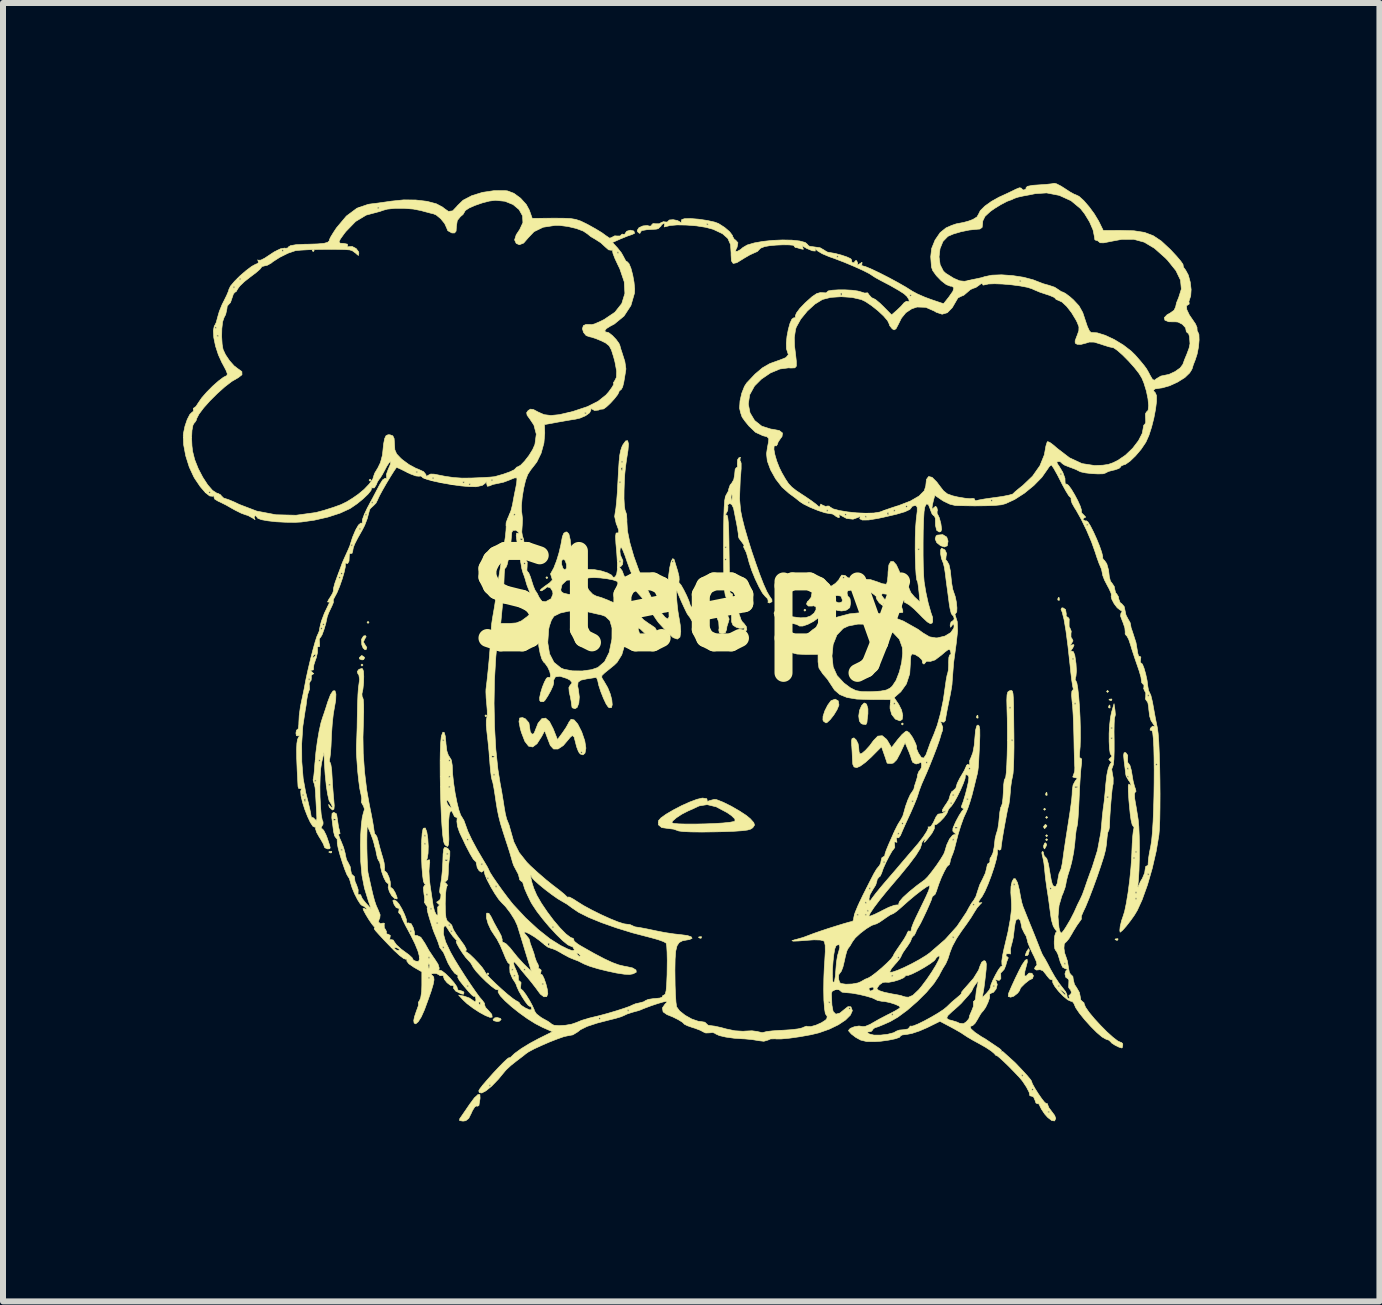
<source format=kicad_pcb>
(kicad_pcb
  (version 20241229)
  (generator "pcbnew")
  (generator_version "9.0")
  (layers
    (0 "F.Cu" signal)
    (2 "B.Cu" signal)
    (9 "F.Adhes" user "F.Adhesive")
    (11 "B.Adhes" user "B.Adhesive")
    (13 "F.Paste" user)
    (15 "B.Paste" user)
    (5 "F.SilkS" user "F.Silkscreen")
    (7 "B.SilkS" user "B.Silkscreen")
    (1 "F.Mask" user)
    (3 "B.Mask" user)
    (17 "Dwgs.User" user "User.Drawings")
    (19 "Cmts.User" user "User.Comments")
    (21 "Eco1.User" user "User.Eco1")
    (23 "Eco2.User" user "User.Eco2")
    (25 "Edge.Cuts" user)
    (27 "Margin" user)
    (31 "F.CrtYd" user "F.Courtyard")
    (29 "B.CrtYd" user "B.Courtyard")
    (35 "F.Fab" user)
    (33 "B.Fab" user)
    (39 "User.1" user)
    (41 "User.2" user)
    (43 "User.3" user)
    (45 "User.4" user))
  (footprint "Sleepy"
    (layer "F.Cu")
    (at 8.487 6.969)
    (property "Reference" "Sleepy" (at 0 0 0) (layer "F.SilkS") (effects (font (size 1.524 1.524) (thickness 0.3))))
    (attr through_hole)
    (fp_poly (pts (xy -6.299 -5.842) (xy -6.316 -5.825) (xy -6.333 -5.842) (xy -6.316 -5.859) (xy -6.299 -5.842)) (stroke (width 0.01) (type solid)) (fill yes) (layer "F.SilkS"))
    (fp_poly (pts (xy -5.486 1.067) (xy -5.503 1.084) (xy -5.52 1.067) (xy -5.503 1.05) (xy -5.486 1.067)) (stroke (width 0.01) (type solid)) (fill yes) (layer "F.SilkS"))
    (fp_poly (pts (xy -5.385 0.356) (xy -5.402 0.373) (xy -5.419 0.356) (xy -5.402 0.339) (xy -5.385 0.356)) (stroke (width 0.01) (type solid)) (fill yes) (layer "F.SilkS"))
    (fp_poly (pts (xy -5.351 -2.015) (xy -5.368 -1.998) (xy -5.385 -2.015) (xy -5.368 -2.032) (xy -5.351 -2.015)) (stroke (width 0.01) (type solid)) (fill yes) (layer "F.SilkS"))
    (fp_poly (pts (xy -3.421 1.913) (xy -3.437 1.93) (xy -3.454 1.913) (xy -3.437 1.897) (xy -3.421 1.913)) (stroke (width 0.01) (type solid)) (fill yes) (layer "F.SilkS"))
    (fp_poly (pts (xy -3.387 6.215) (xy -3.404 6.231) (xy -3.421 6.215) (xy -3.404 6.198) (xy -3.387 6.215)) (stroke (width 0.01) (type solid)) (fill yes) (layer "F.SilkS"))
    (fp_poly (pts (xy -2.405 -0.389) (xy -2.421 -0.373) (xy -2.438 -0.389) (xy -2.421 -0.406) (xy -2.405 -0.389)) (stroke (width 0.01) (type solid)) (fill yes) (layer "F.SilkS"))
    (fp_poly (pts (xy 1.897 0.152) (xy 1.88 0.169) (xy 1.863 0.152) (xy 1.88 0.135) (xy 1.897 0.152)) (stroke (width 0.01) (type solid)) (fill yes) (layer "F.SilkS"))
    (fp_poly (pts (xy 3.522 2.049) (xy 3.505 2.066) (xy 3.488 2.049) (xy 3.505 2.032) (xy 3.522 2.049)) (stroke (width 0.01) (type solid)) (fill yes) (layer "F.SilkS"))
    (fp_poly (pts (xy 5.893 3.471) (xy 5.876 3.488) (xy 5.859 3.471) (xy 5.876 3.454) (xy 5.893 3.471)) (stroke (width 0.01) (type solid)) (fill yes) (layer "F.SilkS"))
    (fp_poly (pts (xy 5.927 3.607) (xy 5.91 3.624) (xy 5.893 3.607) (xy 5.91 3.59) (xy 5.927 3.607)) (stroke (width 0.01) (type solid)) (fill yes) (layer "F.SilkS"))
    (fp_poly (pts (xy 5.927 3.912) (xy 5.91 3.929) (xy 5.893 3.912) (xy 5.91 3.895) (xy 5.927 3.912)) (stroke (width 0.01) (type solid)) (fill yes) (layer "F.SilkS"))
    (fp_poly (pts (xy 5.927 3.979) (xy 5.91 3.996) (xy 5.893 3.979) (xy 5.91 3.962) (xy 5.927 3.979)) (stroke (width 0.01) (type solid)) (fill yes) (layer "F.SilkS"))
    (fp_poly (pts (xy 6.943 1.507) (xy 6.926 1.524) (xy 6.909 1.507) (xy 6.926 1.49) (xy 6.943 1.507)) (stroke (width 0.01) (type solid)) (fill yes) (layer "F.SilkS"))
    (fp_poly (pts (xy -6.006 4.177) (xy -6.01 4.197) (xy -6.028 4.199) (xy -6.056 4.187) (xy -6.051 4.177) (xy -6.011 4.173) (xy -6.006 4.177)) (stroke (width 0.01) (type solid)) (fill yes) (layer "F.SilkS"))
    (fp_poly (pts (xy 0.158 5.599) (xy 0.153 5.619) (xy 0.135 5.622) (xy 0.108 5.609) (xy 0.113 5.599) (xy 0.153 5.595) (xy 0.158 5.599)) (stroke (width 0.01) (type solid)) (fill yes) (layer "F.SilkS"))
    (fp_poly (pts (xy 4.764 1.908) (xy 4.768 1.948) (xy 4.764 1.953) (xy 4.744 1.948) (xy 4.741 1.93) (xy 4.754 1.903) (xy 4.764 1.908)) (stroke (width 0.01) (type solid)) (fill yes) (layer "F.SilkS"))
    (fp_poly (pts (xy 5.915 3.195) (xy 5.919 3.235) (xy 5.915 3.24) (xy 5.895 3.235) (xy 5.893 3.217) (xy 5.905 3.189) (xy 5.915 3.195)) (stroke (width 0.01) (type solid)) (fill yes) (layer "F.SilkS"))
    (fp_poly (pts (xy 6.119 -0.056) (xy 6.123 -0.016) (xy 6.119 -0.011) (xy 6.098 -0.016) (xy 6.096 -0.034) (xy 6.108 -0.062) (xy 6.119 -0.056)) (stroke (width 0.01) (type solid)) (fill yes) (layer "F.SilkS"))
    (fp_poly (pts (xy 6.965 1.738) (xy 6.969 1.779) (xy 6.965 1.784) (xy 6.945 1.779) (xy 6.943 1.761) (xy 6.955 1.733) (xy 6.965 1.738)) (stroke (width 0.01) (type solid)) (fill yes) (layer "F.SilkS"))
    (fp_poly (pts (xy 6.999 1.637) (xy 6.994 1.657) (xy 6.977 1.659) (xy 6.949 1.647) (xy 6.954 1.637) (xy 6.994 1.633) (xy 6.999 1.637)) (stroke (width 0.01) (type solid)) (fill yes) (layer "F.SilkS"))
    (fp_poly (pts (xy 7.101 5.633) (xy 7.096 5.653) (xy 7.078 5.656) (xy 7.05 5.643) (xy 7.056 5.633) (xy 7.096 5.629) (xy 7.101 5.633)) (stroke (width 0.01) (type solid)) (fill yes) (layer "F.SilkS"))
    (fp_poly (pts (xy -5.464 0.936) (xy -5.459 0.946) (xy -5.475 0.977) (xy -5.503 0.982) (xy -5.545 0.965) (xy -5.548 0.946) (xy -5.513 0.911) (xy -5.503 0.909) (xy -5.464 0.936)) (stroke (width 0.01) (type solid)) (fill yes) (layer "F.SilkS"))
    (fp_poly (pts (xy -3.196 6.957) (xy -3.183 6.977) (xy -3.212 7.004) (xy -3.251 7.01) (xy -3.306 6.996) (xy -3.319 6.977) (xy -3.291 6.949) (xy -3.251 6.943) (xy -3.196 6.957)) (stroke (width 0.01) (type solid)) (fill yes) (layer "F.SilkS"))
    (fp_poly (pts (xy 5.91 4.055) (xy 5.905 4.081) (xy 5.881 4.125) (xy 5.872 4.132) (xy 5.86 4.104) (xy 5.859 4.081) (xy 5.877 4.036) (xy 5.892 4.03) (xy 5.91 4.055)) (stroke (width 0.01) (type solid)) (fill yes) (layer "F.SilkS"))
    (fp_poly (pts (xy 5.915 3.746) (xy 5.91 3.759) (xy 5.879 3.792) (xy 5.874 3.793) (xy 5.859 3.767) (xy 5.859 3.759) (xy 5.885 3.727) (xy 5.895 3.725) (xy 5.915 3.746)) (stroke (width 0.01) (type solid)) (fill yes) (layer "F.SilkS"))
    (fp_poly (pts (xy 5.621 5.824) (xy 5.621 5.832) (xy 5.604 5.893) (xy 5.588 5.91) (xy 5.557 5.912) (xy 5.555 5.903) (xy 5.572 5.854) (xy 5.588 5.825) (xy 5.614 5.793) (xy 5.621 5.824)) (stroke (width 0.01) (type solid)) (fill yes) (layer "F.SilkS"))
    (fp_poly (pts (xy 4.245 -1.066) (xy 4.267 -0.999) (xy 4.254 -0.921) (xy 4.208 -0.901) (xy 4.143 -0.922) (xy 4.079 -0.973) (xy 4.052 -1.035) (xy 4.068 -1.086) (xy 4.089 -1.099) (xy 4.178 -1.107) (xy 4.245 -1.066)) (stroke (width 0.01) (type solid)) (fill yes) (layer "F.SilkS"))
    (fp_poly (pts (xy -5.433 0.595) (xy -5.454 0.628) (xy -5.479 0.682) (xy -5.458 0.719) (xy -5.422 0.775) (xy -5.433 0.809) (xy -5.452 0.813) (xy -5.484 0.784) (xy -5.506 0.73) (xy -5.511 0.638) (xy -5.478 0.584) (xy -5.446 0.576) (xy -5.433 0.595)) (stroke (width 0.01) (type solid)) (fill yes) (layer "F.SilkS"))
    (fp_poly (pts (xy 2.898 1.71) (xy 2.911 1.727) (xy 2.931 1.796) (xy 2.931 1.88) (xy 2.92 1.967) (xy 2.915 2.024) (xy 2.898 2.059) (xy 2.845 2.053) (xy 2.819 2.043) (xy 2.788 1.999) (xy 2.778 1.916) (xy 2.791 1.823) (xy 2.825 1.745) (xy 2.827 1.742) (xy 2.869 1.699) (xy 2.898 1.71)) (stroke (width 0.01) (type solid)) (fill yes) (layer "F.SilkS"))
    (fp_poly (pts (xy 2.436 1.664) (xy 2.448 1.731) (xy 2.447 1.738) (xy 2.416 1.812) (xy 2.363 1.899) (xy 2.302 1.977) (xy 2.25 2.025) (xy 2.232 2.032) (xy 2.192 2.005) (xy 2.181 1.984) (xy 2.183 1.921) (xy 2.213 1.83) (xy 2.26 1.737) (xy 2.311 1.667) (xy 2.319 1.66) (xy 2.385 1.636) (xy 2.436 1.664)) (stroke (width 0.01) (type solid)) (fill yes) (layer "F.SilkS"))
    (fp_poly (pts (xy 0.45 0.102) (xy 0.522 0.166) (xy 0.594 0.244) (xy 0.618 0.3) (xy 0.608 0.342) (xy 0.58 0.428) (xy 0.576 0.472) (xy 0.554 0.529) (xy 0.504 0.542) (xy 0.454 0.53) (xy 0.445 0.483) (xy 0.45 0.452) (xy 0.444 0.35) (xy 0.406 0.254) (xy 0.368 0.158) (xy 0.374 0.099) (xy 0.403 0.08) (xy 0.45 0.102)) (stroke (width 0.01) (type solid)) (fill yes) (layer "F.SilkS"))
    (fp_poly (pts (xy -3.537 8.227) (xy -3.534 8.286) (xy -3.537 8.308) (xy -3.549 8.379) (xy -3.553 8.409) (xy -3.577 8.422) (xy -3.589 8.416) (xy -3.621 8.431) (xy -3.661 8.494) (xy -3.678 8.533) (xy -3.723 8.623) (xy -3.772 8.663) (xy -3.818 8.67) (xy -3.876 8.661) (xy -3.874 8.631) (xy -3.872 8.628) (xy -3.838 8.579) (xy -3.779 8.493) (xy -3.71 8.392) (xy -3.629 8.282) (xy -3.57 8.227) (xy -3.537 8.227)) (stroke (width 0.01) (type solid)) (fill yes) (layer "F.SilkS"))
    (fp_poly (pts (xy 5.589 6.017) (xy 5.571 6.086) (xy 5.547 6.175) (xy 5.543 6.238) (xy 5.547 6.247) (xy 5.572 6.254) (xy 5.58 6.238) (xy 5.617 6.202) (xy 5.665 6.205) (xy 5.69 6.246) (xy 5.69 6.248) (xy 5.674 6.294) (xy 5.661 6.299) (xy 5.619 6.32) (xy 5.553 6.372) (xy 5.54 6.384) (xy 5.486 6.438) (xy 5.466 6.467) (xy 5.467 6.469) (xy 5.462 6.49) (xy 5.428 6.536) (xy 5.362 6.588) (xy 5.31 6.604) (xy 5.27 6.592) (xy 5.275 6.545) (xy 5.281 6.528) (xy 5.328 6.42) (xy 5.39 6.285) (xy 5.454 6.154) (xy 5.502 6.063) (xy 5.554 5.987) (xy 5.585 5.973) (xy 5.589 6.017)) (stroke (width 0.01) (type solid)) (fill yes) (layer "F.SilkS"))
    (fp_poly (pts (xy -2.778 1.964) (xy -2.72 2.031) (xy -2.709 2.099) (xy -2.698 2.178) (xy -2.67 2.22) (xy -2.639 2.212) (xy -2.623 2.178) (xy -2.567 2.036) (xy -2.505 1.961) (xy -2.442 1.952) (xy -2.377 2.01) (xy -2.316 2.128) (xy -2.244 2.31) (xy -2.16 2.196) (xy -2.101 2.109) (xy -2.059 2.034) (xy -2.054 2.021) (xy -2.017 1.971) (xy -1.966 1.982) (xy -1.906 2.051) (xy -1.843 2.175) (xy -1.841 2.179) (xy -1.789 2.33) (xy -1.77 2.452) (xy -1.785 2.535) (xy -1.818 2.565) (xy -1.864 2.55) (xy -1.885 2.523) (xy -1.863 2.523) (xy -1.846 2.54) (xy -1.829 2.523) (xy -1.846 2.506) (xy -1.863 2.523) (xy -1.885 2.523) (xy -1.893 2.513) (xy -1.925 2.43) (xy -1.944 2.355) (xy -1.967 2.266) (xy -1.997 2.242) (xy -2.039 2.279) (xy -2.05 2.295) (xy -2.147 2.409) (xy -2.235 2.467) (xy -2.309 2.467) (xy -2.363 2.408) (xy -2.368 2.396) (xy -2.405 2.3) (xy -2.427 2.241) (xy -2.457 2.161) (xy -2.507 2.257) (xy -2.585 2.379) (xy -2.657 2.433) (xy -2.725 2.42) (xy -2.788 2.339) (xy -2.845 2.191) (xy -2.864 2.126) (xy -2.886 2.01) (xy -2.874 1.95) (xy -2.826 1.943) (xy -2.778 1.964)) (stroke (width 0.01) (type solid)) (fill yes) (layer "F.SilkS"))
    (fp_poly (pts (xy 0.245 3.295) (xy 0.252 3.322) (xy 0.25 3.343) (xy 0.292 3.327) (xy 0.368 3.307) (xy 0.406 3.31) (xy 0.518 3.354) (xy 0.653 3.421) (xy 0.788 3.499) (xy 0.903 3.574) (xy 0.97 3.629) (xy 1.028 3.694) (xy 1.041 3.735) (xy 1.016 3.773) (xy 1.009 3.781) (xy 0.977 3.802) (xy 0.922 3.818) (xy 0.834 3.829) (xy 0.704 3.838) (xy 0.521 3.845) (xy 0.384 3.848) (xy 0.165 3.851) (xy -0.015 3.849) (xy -0.147 3.843) (xy -0.224 3.833) (xy -0.237 3.828) (xy -0.307 3.803) (xy -0.389 3.793) (xy -0.506 3.777) (xy -0.562 3.73) (xy -0.561 3.695) (xy -0.339 3.695) (xy -0.307 3.707) (xy -0.222 3.715) (xy -0.097 3.718) (xy 0.053 3.718) (xy 0.215 3.715) (xy 0.375 3.709) (xy 0.518 3.7) (xy 0.632 3.688) (xy 0.701 3.675) (xy 0.714 3.669) (xy 0.714 3.633) (xy 0.656 3.577) (xy 0.584 3.527) (xy 0.403 3.431) (xy 0.251 3.394) (xy 0.121 3.415) (xy 0.108 3.42) (xy 0.008 3.467) (xy -0.068 3.5) (xy -0.171 3.553) (xy -0.262 3.613) (xy -0.324 3.667) (xy -0.339 3.695) (xy -0.561 3.695) (xy -0.561 3.663) (xy -0.52 3.616) (xy -0.432 3.553) (xy -0.312 3.483) (xy -0.176 3.412) (xy -0.04 3.351) (xy 0.08 3.306) (xy 0.168 3.285) (xy 0.178 3.285) (xy 0.245 3.295)) (stroke (width 0.01) (type solid)) (fill yes) (layer "F.SilkS"))
    (fp_poly (pts (xy 0.801 -2.379) (xy 0.798 -2.338) (xy 0.808 -2.331) (xy 0.818 -2.295) (xy 0.818 -2.207) (xy 0.809 -2.086) (xy 0.804 -2.049) (xy 0.791 -1.705) (xy 0.809 -1.508) (xy 0.834 -1.383) (xy 0.875 -1.22) (xy 0.93 -1.032) (xy 0.993 -0.831) (xy 1.061 -0.631) (xy 1.128 -0.443) (xy 1.191 -0.281) (xy 1.246 -0.158) (xy 1.288 -0.086) (xy 1.291 -0.082) (xy 1.33 -0.024) (xy 1.332 0.011) (xy 1.291 0.033) (xy 1.264 0.024) (xy 1.269 0.002) (xy 1.26 -0.038) (xy 1.22 -0.077) (xy 1.174 -0.132) (xy 1.116 -0.235) (xy 1.053 -0.366) (xy 0.995 -0.508) (xy 0.95 -0.644) (xy 0.931 -0.716) (xy 0.905 -0.806) (xy 0.874 -0.87) (xy 0.872 -0.872) (xy 0.856 -0.908) (xy 0.865 -0.914) (xy 0.864 -0.935) (xy 0.827 -0.986) (xy 0.783 -1.044) (xy 0.771 -1.079) (xy 0.77 -1.122) (xy 0.757 -1.209) (xy 0.743 -1.287) (xy 0.719 -1.406) (xy 0.699 -1.508) (xy 0.691 -1.549) (xy 0.661 -1.609) (xy 0.627 -1.626) (xy 0.593 -1.603) (xy 0.598 -1.574) (xy 0.594 -1.509) (xy 0.571 -1.466) (xy 0.546 -1.429) (xy 0.567 -1.435) (xy 0.583 -1.43) (xy 0.595 -1.39) (xy 0.604 -1.307) (xy 0.611 -1.173) (xy 0.615 -0.983) (xy 0.616 -0.874) (xy 0.619 -0.675) (xy 0.621 -0.494) (xy 0.623 -0.345) (xy 0.624 -0.24) (xy 0.625 -0.198) (xy 0.635 -0.138) (xy 0.654 -0.125) (xy 0.674 -0.116) (xy 0.673 -0.097) (xy 0.681 -0.042) (xy 0.711 0.05) (xy 0.738 0.114) (xy 0.78 0.211) (xy 0.807 0.283) (xy 0.813 0.305) (xy 0.836 0.345) (xy 0.864 0.373) (xy 0.905 0.428) (xy 0.912 0.481) (xy 0.883 0.508) (xy 0.879 0.508) (xy 0.86 0.487) (xy 0.867 0.469) (xy 0.871 0.446) (xy 0.854 0.452) (xy 0.799 0.457) (xy 0.735 0.437) (xy 0.682 0.403) (xy 0.659 0.349) (xy 0.657 0.251) (xy 0.657 0.25) (xy 0.654 0.161) (xy 0.643 0.108) (xy 0.636 0.102) (xy 0.614 0.073) (xy 0.61 0.041) (xy 0.587 -0.036) (xy 0.567 -0.063) (xy 0.553 -0.096) (xy 0.542 -0.169) (xy 0.534 -0.286) (xy 0.528 -0.454) (xy 0.526 -0.678) (xy 0.526 -0.694) (xy 0.542 -0.694) (xy 0.559 -0.677) (xy 0.576 -0.694) (xy 0.559 -0.711) (xy 0.542 -0.694) (xy 0.526 -0.694) (xy 0.525 -0.897) (xy 0.542 -0.897) (xy 0.559 -0.881) (xy 0.576 -0.897) (xy 0.559 -0.914) (xy 0.542 -0.897) (xy 0.525 -0.897) (xy 0.525 -0.914) (xy 0.526 -1.191) (xy 0.529 -1.406) (xy 0.535 -1.565) (xy 0.543 -1.675) (xy 0.553 -1.727) (xy 0.649 -1.727) (xy 0.654 -1.679) (xy 0.666 -1.685) (xy 0.67 -1.754) (xy 0.666 -1.77) (xy 0.654 -1.774) (xy 0.649 -1.727) (xy 0.553 -1.727) (xy 0.555 -1.741) (xy 0.567 -1.766) (xy 0.605 -1.834) (xy 0.61 -1.865) (xy 0.634 -1.934) (xy 0.66 -1.964) (xy 0.695 -2.025) (xy 0.711 -2.116) (xy 0.711 -2.123) (xy 0.718 -2.195) (xy 0.736 -2.223) (xy 0.74 -2.221) (xy 0.757 -2.235) (xy 0.754 -2.283) (xy 0.758 -2.355) (xy 0.781 -2.389) (xy 0.808 -2.396) (xy 0.801 -2.379)) (stroke (width 0.01) (type solid)) (fill yes) (layer "F.SilkS"))
    (fp_poly (pts (xy -5.492 1.131) (xy -5.478 1.172) (xy -5.473 1.257) (xy -5.476 1.364) (xy -5.487 1.469) (xy -5.504 1.548) (xy -5.5 1.597) (xy -5.492 1.605) (xy -5.481 1.644) (xy -5.475 1.732) (xy -5.474 1.852) (xy -5.475 1.869) (xy -5.479 2.018) (xy -5.483 2.165) (xy -5.486 2.269) (xy -5.482 2.543) (xy -5.46 2.849) (xy -5.423 3.155) (xy -5.379 3.401) (xy -5.348 3.553) (xy -5.323 3.687) (xy -5.307 3.784) (xy -5.303 3.818) (xy -5.292 3.878) (xy -5.277 3.895) (xy -5.256 3.924) (xy -5.234 3.996) (xy -5.232 4.005) (xy -5.206 4.108) (xy -5.171 4.231) (xy -5.16 4.264) (xy -5.134 4.363) (xy -5.125 4.44) (xy -5.128 4.459) (xy -5.128 4.499) (xy -5.116 4.504) (xy -5.086 4.533) (xy -5.054 4.6) (xy -5.032 4.677) (xy -5.028 4.737) (xy -5.032 4.745) (xy -5.028 4.774) (xy -5.02 4.775) (xy -4.985 4.803) (xy -4.95 4.861) (xy -4.918 4.938) (xy -4.917 4.966) (xy -4.949 4.962) (xy -4.957 4.959) (xy -5.005 4.916) (xy -5.047 4.843) (xy -5.067 4.771) (xy -5.061 4.739) (xy -5.065 4.709) (xy -5.075 4.707) (xy -5.105 4.678) (xy -5.141 4.607) (xy -5.173 4.517) (xy -5.193 4.432) (xy -5.196 4.403) (xy -5.21 4.346) (xy -5.221 4.334) (xy -5.243 4.291) (xy -5.261 4.216) (xy -5.274 4.145) (xy -5.283 4.115) (xy -5.283 4.115) (xy -5.293 4.087) (xy -5.301 4.045) (xy -5.324 3.968) (xy -5.361 3.87) (xy -5.365 3.859) (xy -5.416 3.742) (xy -5.42 3.861) (xy -5.422 3.983) (xy -5.421 4.128) (xy -5.417 4.276) (xy -5.412 4.407) (xy -5.406 4.501) (xy -5.402 4.531) (xy -5.357 4.736) (xy -5.322 4.887) (xy -5.293 4.996) (xy -5.266 5.075) (xy -5.239 5.136) (xy -5.236 5.142) (xy -5.2 5.23) (xy -5.206 5.287) (xy -5.215 5.3) (xy -5.229 5.35) (xy -5.197 5.378) (xy -5.148 5.368) (xy -5.128 5.373) (xy -5.133 5.397) (xy -5.13 5.452) (xy -5.116 5.468) (xy -5.094 5.509) (xy -5.098 5.523) (xy -5.09 5.55) (xy -5.066 5.554) (xy -5.03 5.575) (xy -5.036 5.61) (xy -5.041 5.649) (xy -5.02 5.644) (xy -4.982 5.651) (xy -4.964 5.681) (xy -4.926 5.733) (xy -4.851 5.801) (xy -4.796 5.842) (xy -4.715 5.902) (xy -4.666 5.948) (xy -4.659 5.965) (xy -4.643 5.989) (xy -4.605 6.004) (xy -4.56 6.008) (xy -4.545 5.974) (xy -4.547 5.944) (xy -4.403 5.944) (xy -4.386 5.961) (xy -4.369 5.944) (xy -4.386 5.927) (xy -4.403 5.944) (xy -4.547 5.944) (xy -4.549 5.912) (xy -4.571 5.832) (xy -4.619 5.715) (xy -4.684 5.582) (xy -4.71 5.534) (xy -4.726 5.503) (xy -4.707 5.503) (xy -4.691 5.52) (xy -4.674 5.503) (xy -4.691 5.486) (xy -4.707 5.503) (xy -4.726 5.503) (xy -4.775 5.413) (xy -4.824 5.314) (xy -4.849 5.253) (xy -4.851 5.241) (xy -4.868 5.216) (xy -4.876 5.215) (xy -4.893 5.19) (xy -4.887 5.159) (xy -4.883 5.121) (xy -4.897 5.122) (xy -4.932 5.111) (xy -4.967 5.06) (xy -4.989 4.995) (xy -4.967 4.982) (xy -4.926 5.004) (xy -4.885 5.052) (xy -4.837 5.133) (xy -4.793 5.226) (xy -4.763 5.306) (xy -4.759 5.352) (xy -4.759 5.353) (xy -4.753 5.37) (xy -4.73 5.365) (xy -4.683 5.379) (xy -4.647 5.448) (xy -4.627 5.522) (xy -4.627 5.564) (xy -4.628 5.565) (xy -4.615 5.576) (xy -4.583 5.576) (xy -4.522 5.605) (xy -4.458 5.7) (xy -4.453 5.708) (xy -4.386 5.827) (xy -4.306 5.947) (xy -4.29 5.969) (xy -4.235 6.054) (xy -4.215 6.119) (xy -4.219 6.134) (xy -4.224 6.159) (xy -4.209 6.153) (xy -4.171 6.165) (xy -4.108 6.214) (xy -4.035 6.286) (xy -3.968 6.363) (xy -3.921 6.429) (xy -3.911 6.467) (xy -3.899 6.488) (xy -3.873 6.49) (xy -3.816 6.508) (xy -3.802 6.528) (xy -3.811 6.555) (xy -3.85 6.548) (xy -3.941 6.502) (xy -3.979 6.452) (xy -3.974 6.426) (xy -3.973 6.406) (xy -3.986 6.411) (xy -4.029 6.405) (xy -4.084 6.363) (xy -4.129 6.308) (xy -4.145 6.26) (xy -4.141 6.249) (xy -4.139 6.236) (xy -4.155 6.244) (xy -4.203 6.245) (xy -4.215 6.234) (xy -4.261 6.21) (xy -4.306 6.207) (xy -4.352 6.217) (xy -4.336 6.239) (xy -4.328 6.243) (xy -4.307 6.269) (xy -4.302 6.315) (xy -4.316 6.391) (xy -4.35 6.505) (xy -4.407 6.666) (xy -4.462 6.816) (xy -4.514 6.932) (xy -4.565 7.013) (xy -4.607 7.049) (xy -4.634 7.035) (xy -4.64 6.992) (xy -4.627 6.928) (xy -4.596 6.837) (xy -4.591 6.823) (xy -4.564 6.748) (xy -4.56 6.708) (xy -4.564 6.706) (xy -4.563 6.687) (xy -4.545 6.665) (xy -4.523 6.609) (xy -4.508 6.506) (xy -4.505 6.402) (xy -4.505 6.282) (xy -4.403 6.282) (xy -4.386 6.299) (xy -4.369 6.282) (xy -4.386 6.265) (xy -4.403 6.282) (xy -4.505 6.282) (xy -4.505 6.181) (xy -4.641 6.103) (xy -4.679 6.076) (xy -4.4 6.076) (xy -4.394 6.12) (xy -4.382 6.121) (xy -4.374 6.075) (xy -4.38 6.056) (xy -4.395 6.043) (xy -4.4 6.076) (xy -4.679 6.076) (xy -4.722 6.047) (xy -4.756 6.001) (xy -4.754 5.988) (xy -4.752 5.966) (xy -4.768 5.973) (xy -4.807 5.96) (xy -4.878 5.907) (xy -4.97 5.822) (xy -5.008 5.783) (xy -5.015 5.776) (xy -4.964 5.776) (xy -4.961 5.792) (xy -4.925 5.82) (xy -4.886 5.824) (xy -4.877 5.812) (xy -4.903 5.79) (xy -4.929 5.778) (xy -4.964 5.776) (xy -5.015 5.776) (xy -5.136 5.65) (xy -5.222 5.557) (xy -5.274 5.499) (xy -5.297 5.467) (xy -5.299 5.454) (xy -5.292 5.452) (xy -5.289 5.437) (xy -5.302 5.427) (xy -5.336 5.386) (xy -5.387 5.312) (xy -5.438 5.228) (xy -5.476 5.158) (xy -5.486 5.127) (xy -5.464 5.125) (xy -5.447 5.134) (xy -5.424 5.138) (xy -5.432 5.119) (xy -5.481 5.083) (xy -5.497 5.08) (xy -5.53 5.051) (xy -5.576 4.979) (xy -5.626 4.881) (xy -5.668 4.779) (xy -5.695 4.692) (xy -5.696 4.684) (xy -5.715 4.623) (xy -5.727 4.606) (xy -5.754 4.561) (xy -5.791 4.47) (xy -5.831 4.354) (xy -5.87 4.23) (xy -5.892 4.149) (xy -5.859 4.149) (xy -5.842 4.166) (xy -5.825 4.149) (xy -5.842 4.132) (xy -5.859 4.149) (xy -5.892 4.149) (xy -5.9 4.119) (xy -5.915 4.04) (xy -5.915 4.015) (xy -5.917 3.966) (xy -5.931 3.955) (xy -5.958 3.917) (xy -5.978 3.839) (xy -5.979 3.826) (xy -5.993 3.714) (xy -6.003 3.635) (xy -5.983 3.635) (xy -5.978 3.655) (xy -5.961 3.658) (xy -5.933 3.645) (xy -5.938 3.635) (xy -5.978 3.631) (xy -5.983 3.635) (xy -6.003 3.635) (xy -6.006 3.615) (xy -6.002 3.541) (xy -5.973 3.522) (xy -5.929 3.547) (xy -5.924 3.564) (xy -5.893 3.77) (xy -5.878 3.823) (xy -5.868 3.879) (xy -5.886 3.882) (xy -5.894 3.896) (xy -5.874 3.954) (xy -5.853 4) (xy -5.81 4.107) (xy -5.783 4.205) (xy -5.78 4.229) (xy -5.76 4.314) (xy -5.732 4.363) (xy -5.698 4.431) (xy -5.69 4.49) (xy -5.677 4.552) (xy -5.654 4.572) (xy -5.627 4.597) (xy -5.627 4.614) (xy -5.619 4.674) (xy -5.592 4.736) (xy -5.566 4.813) (xy -5.568 4.864) (xy -5.569 4.897) (xy -5.554 4.893) (xy -5.523 4.897) (xy -5.52 4.91) (xy -5.499 4.958) (xy -5.446 5.027) (xy -5.435 5.039) (xy -5.35 5.131) (xy -5.398 4.995) (xy -5.462 4.785) (xy -5.503 4.575) (xy -5.524 4.344) (xy -5.529 4.068) (xy -5.529 4.068) (xy -5.524 3.889) (xy -5.514 3.732) (xy -5.499 3.613) (xy -5.485 3.552) (xy -5.461 3.47) (xy -5.479 3.414) (xy -5.487 3.403) (xy -5.514 3.353) (xy -5.511 3.332) (xy -5.507 3.29) (xy -5.521 3.214) (xy -5.523 3.208) (xy -5.54 3.125) (xy -5.557 2.998) (xy -5.573 2.851) (xy -5.576 2.813) (xy -5.587 2.661) (xy -5.594 2.556) (xy -5.596 2.478) (xy -5.595 2.404) (xy -5.591 2.32) (xy -5.588 2.235) (xy -5.584 2.11) (xy -5.582 1.969) (xy -5.582 1.964) (xy -5.577 1.731) (xy -5.57 1.556) (xy -5.562 1.444) (xy -5.556 1.405) (xy -5.543 1.307) (xy -5.555 1.232) (xy -5.571 1.212) (xy -5.582 1.176) (xy -5.554 1.139) (xy -5.509 1.125) (xy -5.492 1.131)) (stroke (width 0.01) (type solid)) (fill yes) (layer "F.SilkS"))
    (fp_poly (pts (xy 6.075 -6.955) (xy 6.151 -6.916) (xy 6.212 -6.877) (xy 6.301 -6.819) (xy 6.37 -6.781) (xy 6.393 -6.773) (xy 6.45 -6.746) (xy 6.529 -6.675) (xy 6.617 -6.573) (xy 6.704 -6.455) (xy 6.777 -6.334) (xy 6.791 -6.306) (xy 6.854 -6.177) (xy 7.144 -6.178) (xy 7.366 -6.172) (xy 7.541 -6.145) (xy 7.687 -6.09) (xy 7.821 -6.001) (xy 7.963 -5.869) (xy 7.982 -5.85) (xy 8.076 -5.749) (xy 8.146 -5.666) (xy 8.183 -5.613) (xy 8.185 -5.6) (xy 8.191 -5.565) (xy 8.228 -5.515) (xy 8.272 -5.434) (xy 8.304 -5.317) (xy 8.319 -5.192) (xy 8.312 -5.086) (xy 8.3 -5.051) (xy 8.281 -4.991) (xy 8.287 -4.966) (xy 8.284 -4.946) (xy 8.275 -4.945) (xy 8.242 -4.92) (xy 8.247 -4.857) (xy 8.289 -4.769) (xy 8.337 -4.699) (xy 8.392 -4.618) (xy 8.418 -4.557) (xy 8.417 -4.54) (xy 8.421 -4.497) (xy 8.429 -4.49) (xy 8.449 -4.443) (xy 8.452 -4.351) (xy 8.442 -4.236) (xy 8.419 -4.117) (xy 8.388 -4.021) (xy 8.356 -3.94) (xy 8.341 -3.891) (xy 8.341 -3.886) (xy 8.328 -3.856) (xy 8.294 -3.802) (xy 8.214 -3.725) (xy 8.094 -3.65) (xy 7.959 -3.588) (xy 7.835 -3.553) (xy 7.802 -3.549) (xy 7.716 -3.536) (xy 7.688 -3.508) (xy 7.723 -3.47) (xy 7.742 -3.423) (xy 7.742 -3.327) (xy 7.726 -3.198) (xy 7.698 -3.05) (xy 7.66 -2.9) (xy 7.616 -2.763) (xy 7.568 -2.655) (xy 7.561 -2.642) (xy 7.484 -2.528) (xy 7.393 -2.421) (xy 7.302 -2.333) (xy 7.226 -2.279) (xy 7.192 -2.269) (xy 7.15 -2.25) (xy 7.146 -2.237) (xy 7.116 -2.21) (xy 7.043 -2.185) (xy 7.027 -2.182) (xy 6.944 -2.161) (xy 6.895 -2.137) (xy 6.892 -2.134) (xy 6.851 -2.121) (xy 6.767 -2.119) (xy 6.662 -2.124) (xy 6.558 -2.136) (xy 6.479 -2.153) (xy 6.454 -2.164) (xy 6.4 -2.192) (xy 6.312 -2.226) (xy 6.291 -2.233) (xy 6.21 -2.265) (xy 6.166 -2.294) (xy 6.164 -2.3) (xy 6.136 -2.323) (xy 6.113 -2.326) (xy 6.08 -2.319) (xy 6.09 -2.287) (xy 6.113 -2.255) (xy 6.179 -2.146) (xy 6.216 -2.046) (xy 6.218 -1.977) (xy 6.224 -1.947) (xy 6.243 -1.95) (xy 6.274 -1.929) (xy 6.322 -1.864) (xy 6.377 -1.772) (xy 6.43 -1.672) (xy 6.471 -1.581) (xy 6.491 -1.516) (xy 6.488 -1.498) (xy 6.496 -1.467) (xy 6.528 -1.435) (xy 6.562 -1.399) (xy 6.543 -1.39) (xy 6.515 -1.369) (xy 6.52 -1.354) (xy 6.559 -1.334) (xy 6.571 -1.338) (xy 6.598 -1.319) (xy 6.64 -1.252) (xy 6.691 -1.152) (xy 6.744 -1.035) (xy 6.792 -0.917) (xy 6.828 -0.813) (xy 6.846 -0.74) (xy 6.844 -0.715) (xy 6.859 -0.689) (xy 6.873 -0.679) (xy 6.913 -0.621) (xy 6.943 -0.514) (xy 6.955 -0.406) (xy 6.974 -0.331) (xy 7.002 -0.295) (xy 7.038 -0.241) (xy 7.044 -0.204) (xy 7.06 -0.139) (xy 7.078 -0.119) (xy 7.107 -0.071) (xy 7.112 -0.035) (xy 7.136 0.027) (xy 7.163 0.046) (xy 7.203 0.092) (xy 7.214 0.144) (xy 7.233 0.233) (xy 7.265 0.295) (xy 7.302 0.36) (xy 7.31 0.396) (xy 7.318 0.444) (xy 7.343 0.517) (xy 7.4 0.694) (xy 7.429 0.865) (xy 7.429 0.869) (xy 7.444 0.919) (xy 7.464 0.923) (xy 7.481 0.934) (xy 7.476 0.977) (xy 7.471 1.027) (xy 7.485 1.033) (xy 7.507 1.052) (xy 7.534 1.12) (xy 7.562 1.218) (xy 7.585 1.326) (xy 7.597 1.422) (xy 7.61 1.493) (xy 7.625 1.524) (xy 7.648 1.573) (xy 7.675 1.685) (xy 7.706 1.858) (xy 7.707 1.863) (xy 7.722 1.946) (xy 7.745 2.061) (xy 7.757 2.117) (xy 7.769 2.207) (xy 7.78 2.353) (xy 7.788 2.539) (xy 7.795 2.755) (xy 7.799 2.985) (xy 7.801 3.217) (xy 7.8 3.439) (xy 7.797 3.636) (xy 7.791 3.796) (xy 7.782 3.899) (xy 7.737 4.17) (xy 7.671 4.456) (xy 7.591 4.733) (xy 7.501 4.983) (xy 7.422 5.156) (xy 7.374 5.236) (xy 7.308 5.329) (xy 7.238 5.419) (xy 7.177 5.488) (xy 7.138 5.52) (xy 7.135 5.52) (xy 7.13 5.491) (xy 7.136 5.427) (xy 7.159 5.33) (xy 7.181 5.266) (xy 7.21 5.175) (xy 7.24 5.031) (xy 7.251 4.961) (xy 7.383 4.961) (xy 7.4 4.978) (xy 7.417 4.961) (xy 7.4 4.945) (xy 7.383 4.961) (xy 7.251 4.961) (xy 7.268 4.86) (xy 7.383 4.86) (xy 7.4 4.877) (xy 7.417 4.86) (xy 7.4 4.843) (xy 7.383 4.86) (xy 7.268 4.86) (xy 7.269 4.852) (xy 7.295 4.652) (xy 7.315 4.449) (xy 7.327 4.284) (xy 7.349 4.284) (xy 7.366 4.301) (xy 7.383 4.284) (xy 7.366 4.267) (xy 7.349 4.284) (xy 7.327 4.284) (xy 7.328 4.257) (xy 7.331 4.194) (xy 7.331 4.183) (xy 7.383 4.183) (xy 7.4 4.199) (xy 7.417 4.183) (xy 7.4 4.166) (xy 7.383 4.183) (xy 7.331 4.183) (xy 7.337 4.042) (xy 7.346 3.914) (xy 7.356 3.826) (xy 7.364 3.796) (xy 7.367 3.763) (xy 7.356 3.759) (xy 7.336 3.728) (xy 7.317 3.648) (xy 7.303 3.548) (xy 7.282 3.329) (xy 7.272 3.172) (xy 7.271 3.079) (xy 7.281 3.051) (xy 7.288 3.057) (xy 7.311 3.076) (xy 7.315 3.063) (xy 7.294 3.01) (xy 7.275 2.988) (xy 7.242 2.929) (xy 7.247 2.929) (xy 7.264 2.946) (xy 7.281 2.929) (xy 7.264 2.913) (xy 7.247 2.929) (xy 7.242 2.929) (xy 7.236 2.919) (xy 7.229 2.888) (xy 7.221 2.819) (xy 7.218 2.794) (xy 7.247 2.794) (xy 7.264 2.811) (xy 7.281 2.794) (xy 7.264 2.777) (xy 7.247 2.794) (xy 7.218 2.794) (xy 7.208 2.715) (xy 7.202 2.668) (xy 7.193 2.572) (xy 7.201 2.529) (xy 7.228 2.527) (xy 7.229 2.527) (xy 7.262 2.572) (xy 7.261 2.627) (xy 7.261 2.689) (xy 7.277 2.709) (xy 7.299 2.74) (xy 7.321 2.818) (xy 7.333 2.887) (xy 7.352 3) (xy 7.376 3.093) (xy 7.388 3.124) (xy 7.401 3.173) (xy 7.388 3.183) (xy 7.375 3.213) (xy 7.378 3.291) (xy 7.384 3.327) (xy 7.406 3.453) (xy 7.429 3.596) (xy 7.436 3.641) (xy 7.447 3.757) (xy 7.454 3.921) (xy 7.457 4.112) (xy 7.455 4.309) (xy 7.45 4.493) (xy 7.441 4.643) (xy 7.436 4.691) (xy 7.43 4.758) (xy 7.434 4.772) (xy 7.439 4.758) (xy 7.475 4.674) (xy 7.506 4.624) (xy 7.535 4.555) (xy 7.586 4.555) (xy 7.603 4.572) (xy 7.62 4.555) (xy 7.603 4.538) (xy 7.586 4.555) (xy 7.535 4.555) (xy 7.544 4.536) (xy 7.552 4.478) (xy 7.562 4.424) (xy 7.58 4.416) (xy 7.601 4.403) (xy 7.603 4.365) (xy 7.608 4.297) (xy 7.625 4.189) (xy 7.646 4.087) (xy 7.661 3.991) (xy 7.674 3.849) (xy 7.685 3.673) (xy 7.693 3.471) (xy 7.699 3.254) (xy 7.702 3.032) (xy 7.703 2.816) (xy 7.702 2.726) (xy 7.722 2.726) (xy 7.739 2.743) (xy 7.755 2.726) (xy 7.739 2.709) (xy 7.722 2.726) (xy 7.702 2.726) (xy 7.701 2.614) (xy 7.697 2.437) (xy 7.689 2.296) (xy 7.679 2.2) (xy 7.666 2.159) (xy 7.662 2.159) (xy 7.634 2.152) (xy 7.64 2.121) (xy 7.676 2.086) (xy 7.7 2.089) (xy 7.712 2.087) (xy 7.689 2.052) (xy 7.651 1.994) (xy 7.628 1.922) (xy 7.614 1.813) (xy 7.611 1.77) (xy 7.598 1.695) (xy 7.576 1.66) (xy 7.574 1.66) (xy 7.557 1.632) (xy 7.562 1.592) (xy 7.562 1.575) (xy 7.586 1.575) (xy 7.603 1.592) (xy 7.62 1.575) (xy 7.603 1.558) (xy 7.586 1.575) (xy 7.562 1.575) (xy 7.563 1.528) (xy 7.547 1.504) (xy 7.527 1.459) (xy 7.532 1.436) (xy 7.532 1.394) (xy 7.519 1.389) (xy 7.495 1.361) (xy 7.491 1.329) (xy 7.482 1.266) (xy 7.453 1.166) (xy 7.425 1.084) (xy 7.377 0.945) (xy 7.33 0.801) (xy 7.311 0.737) (xy 7.28 0.644) (xy 7.25 0.586) (xy 7.238 0.576) (xy 7.219 0.549) (xy 7.22 0.516) (xy 7.214 0.448) (xy 7.183 0.357) (xy 7.175 0.339) (xy 7.142 0.25) (xy 7.149 0.203) (xy 7.156 0.197) (xy 7.168 0.169) (xy 7.135 0.15) (xy 7.086 0.111) (xy 7.035 0.044) (xy 6.997 -0.029) (xy 6.985 -0.082) (xy 6.99 -0.092) (xy 6.985 -0.129) (xy 6.952 -0.203) (xy 6.925 -0.253) (xy 6.875 -0.349) (xy 6.845 -0.428) (xy 6.841 -0.452) (xy 6.825 -0.53) (xy 6.809 -0.568) (xy 6.782 -0.632) (xy 6.745 -0.735) (xy 6.72 -0.813) (xy 6.659 -0.985) (xy 6.577 -1.178) (xy 6.532 -1.27) (xy 6.57 -1.27) (xy 6.587 -1.253) (xy 6.604 -1.27) (xy 6.587 -1.287) (xy 6.57 -1.27) (xy 6.532 -1.27) (xy 6.486 -1.365) (xy 6.399 -1.52) (xy 6.377 -1.553) (xy 6.333 -1.632) (xy 6.316 -1.688) (xy 6.319 -1.697) (xy 6.315 -1.726) (xy 6.307 -1.727) (xy 6.279 -1.756) (xy 6.232 -1.832) (xy 6.172 -1.941) (xy 6.144 -1.997) (xy 6.083 -2.117) (xy 6.13 -2.117) (xy 6.147 -2.1) (xy 6.164 -2.117) (xy 6.147 -2.134) (xy 6.13 -2.117) (xy 6.083 -2.117) (xy 6.082 -2.117) (xy 6.03 -2.21) (xy 5.995 -2.262) (xy 5.987 -2.268) (xy 5.955 -2.242) (xy 5.922 -2.193) (xy 5.83 -2.062) (xy 5.697 -1.926) (xy 5.54 -1.798) (xy 5.377 -1.693) (xy 5.225 -1.623) (xy 5.155 -1.604) (xy 5.052 -1.594) (xy 4.898 -1.588) (xy 4.71 -1.586) (xy 4.505 -1.589) (xy 4.389 -1.592) (xy 4.298 -1.614) (xy 4.195 -1.663) (xy 4.169 -1.679) (xy 4.047 -1.762) (xy 4.025 -1.685) (xy 4.006 -1.602) (xy 4 -1.558) (xy 4.004 -1.526) (xy 4.026 -1.553) (xy 4.059 -1.58) (xy 4.08 -1.559) (xy 4.091 -1.511) (xy 4.085 -1.499) (xy 4.084 -1.46) (xy 4.095 -1.442) (xy 4.121 -1.387) (xy 4.146 -1.296) (xy 4.149 -1.278) (xy 4.16 -1.194) (xy 4.147 -1.158) (xy 4.119 -1.151) (xy 4.077 -1.179) (xy 4.057 -1.263) (xy 4.055 -1.38) (xy 4.038 -1.419) (xy 4.027 -1.422) (xy 4 -1.452) (xy 3.972 -1.523) (xy 3.97 -1.532) (xy 3.939 -1.608) (xy 3.907 -1.62) (xy 3.88 -1.569) (xy 3.867 -1.49) (xy 3.859 -1.351) (xy 3.853 -1.171) (xy 3.851 -0.968) (xy 3.851 -0.762) (xy 3.854 -0.572) (xy 3.861 -0.414) (xy 3.868 -0.322) (xy 3.896 -0.151) (xy 3.936 0.033) (xy 3.983 0.198) (xy 4.009 0.271) (xy 4.011 0.342) (xy 4.001 0.367) (xy 3.973 0.378) (xy 3.921 0.348) (xy 3.839 0.271) (xy 3.793 0.223) (xy 3.701 0.132) (xy 3.622 0.066) (xy 3.571 0.035) (xy 3.566 0.034) (xy 3.535 0.016) (xy 3.539 0.000388) (xy 3.533 -0.019) (xy 3.509 -0.014) (xy 3.476 0.016) (xy 3.486 0.078) (xy 3.491 0.092) (xy 3.512 0.159) (xy 3.513 0.189) (xy 3.466 0.195) (xy 3.382 0.174) (xy 3.283 0.134) (xy 3.19 0.085) (xy 3.146 0.051) (xy 3.183 0.051) (xy 3.2 0.068) (xy 3.217 0.051) (xy 3.2 0.034) (xy 3.183 0.051) (xy 3.146 0.051) (xy 3.124 0.034) (xy 3.116 0.025) (xy 3.075 -0.036) (xy 3.068 -0.067) (xy 3.071 -0.068) (xy 3.064 -0.084) (xy 3.047 -0.097) (xy 3.157 -0.097) (xy 3.188 -0.054) (xy 3.251 0.018) (xy 3.278 0.05) (xy 3.32 0.094) (xy 3.335 0.085) (xy 3.328 0.016) (xy 3.327 0.003) (xy 3.29 -0.085) (xy 3.241 -0.114) (xy 3.17 -0.123) (xy 3.157 -0.097) (xy 3.047 -0.097) (xy 3.013 -0.123) (xy 2.989 -0.139) (xy 2.885 -0.188) (xy 2.77 -0.195) (xy 2.735 -0.191) (xy 2.642 -0.18) (xy 2.598 -0.17) (xy 2.585 -0.155) (xy 2.585 -0.125) (xy 2.585 -0.119) (xy 2.6 -0.073) (xy 2.613 -0.068) (xy 2.633 -0.038) (xy 2.642 0.033) (xy 2.642 0.033) (xy 2.628 0.111) (xy 2.577 0.149) (xy 2.551 0.157) (xy 2.493 0.166) (xy 2.431 0.159) (xy 2.345 0.132) (xy 2.223 0.084) (xy 2.177 0.074) (xy 2.177 0.111) (xy 2.181 0.124) (xy 2.175 0.194) (xy 2.11 0.275) (xy 2.108 0.277) (xy 2.025 0.339) (xy 1.931 0.388) (xy 1.846 0.417) (xy 1.789 0.417) (xy 1.78 0.409) (xy 1.739 0.389) (xy 1.654 0.369) (xy 1.593 0.359) (xy 1.471 0.332) (xy 1.402 0.289) (xy 1.386 0.267) (xy 1.365 0.2) (xy 1.382 0.173) (xy 1.43 0.194) (xy 1.485 0.218) (xy 1.584 0.245) (xy 1.676 0.263) (xy 1.807 0.28) (xy 1.897 0.276) (xy 1.97 0.251) (xy 1.973 0.25) (xy 2.034 0.201) (xy 2.066 0.144) (xy 2.065 0.097) (xy 2.027 0.079) (xy 2.001 0.084) (xy 1.938 0.084) (xy 1.907 0.051) (xy 1.923 0.008) (xy 1.943 -0.006) (xy 1.959 -0.028) (xy 2.269 -0.028) (xy 2.289 -0.009) (xy 2.296 -0.013) (xy 2.344 -0.012) (xy 2.372 0.002) (xy 2.448 0.031) (xy 2.497 0.016) (xy 2.506 -0.015) (xy 2.487 -0.072) (xy 2.474 -0.084) (xy 2.419 -0.092) (xy 2.346 -0.079) (xy 2.287 -0.052) (xy 2.269 -0.028) (xy 1.959 -0.028) (xy 1.984 -0.061) (xy 1.998 -0.134) (xy 2.017 -0.215) (xy 2.063 -0.252) (xy 2.119 -0.235) (xy 2.134 -0.219) (xy 2.169 -0.193) (xy 2.219 -0.199) (xy 2.233 -0.205) (xy 3.421 -0.205) (xy 3.445 -0.171) (xy 3.454 -0.169) (xy 3.487 -0.181) (xy 3.488 -0.184) (xy 3.465 -0.213) (xy 3.454 -0.22) (xy 3.423 -0.217) (xy 3.421 -0.205) (xy 2.233 -0.205) (xy 2.304 -0.238) (xy 2.39 -0.294) (xy 2.447 -0.355) (xy 2.455 -0.372) (xy 2.466 -0.389) (xy 2.506 -0.389) (xy 2.523 -0.373) (xy 2.54 -0.389) (xy 2.523 -0.406) (xy 2.506 -0.389) (xy 2.466 -0.389) (xy 2.494 -0.432) (xy 2.55 -0.427) (xy 2.592 -0.393) (xy 2.661 -0.363) (xy 2.783 -0.363) (xy 2.794 -0.364) (xy 2.971 -0.358) (xy 3.084 -0.321) (xy 3.17 -0.289) (xy 3.23 -0.28) (xy 3.242 -0.284) (xy 3.255 -0.329) (xy 3.265 -0.418) (xy 3.267 -0.484) (xy 3.28 -0.601) (xy 3.311 -0.658) (xy 3.356 -0.658) (xy 3.405 -0.603) (xy 3.454 -0.497) (xy 3.482 -0.398) (xy 3.508 -0.358) (xy 3.556 -0.305) (xy 3.606 -0.24) (xy 3.624 -0.192) (xy 3.647 -0.14) (xy 3.703 -0.073) (xy 3.711 -0.065) (xy 3.799 0.017) (xy 3.782 -0.152) (xy 3.771 -0.249) (xy 3.762 -0.31) (xy 3.759 -0.322) (xy 3.745 -0.353) (xy 3.734 -0.439) (xy 3.726 -0.566) (xy 3.721 -0.72) (xy 3.719 -0.864) (xy 3.759 -0.864) (xy 3.776 -0.847) (xy 3.793 -0.864) (xy 3.776 -0.881) (xy 3.759 -0.864) (xy 3.719 -0.864) (xy 3.719 -0.888) (xy 3.72 -1.056) (xy 3.725 -1.212) (xy 3.735 -1.341) (xy 3.739 -1.38) (xy 3.753 -1.496) (xy 3.753 -1.56) (xy 3.737 -1.587) (xy 3.713 -1.592) (xy 3.665 -1.577) (xy 3.658 -1.561) (xy 3.63 -1.527) (xy 3.547 -1.488) (xy 3.404 -1.446) (xy 3.197 -1.398) (xy 3.099 -1.377) (xy 2.941 -1.351) (xy 2.838 -1.35) (xy 2.795 -1.371) (xy 2.8 -1.4) (xy 2.801 -1.405) (xy 2.879 -1.405) (xy 2.896 -1.389) (xy 2.913 -1.405) (xy 2.896 -1.422) (xy 2.879 -1.405) (xy 2.801 -1.405) (xy 2.802 -1.417) (xy 2.77 -1.395) (xy 2.683 -1.364) (xy 2.576 -1.376) (xy 2.486 -1.424) (xy 2.462 -1.439) (xy 2.54 -1.439) (xy 2.557 -1.422) (xy 2.574 -1.439) (xy 2.557 -1.456) (xy 3.251 -1.456) (xy 3.264 -1.428) (xy 3.274 -1.434) (xy 3.278 -1.474) (xy 3.274 -1.479) (xy 3.254 -1.474) (xy 3.251 -1.456) (xy 2.557 -1.456) (xy 2.54 -1.439) (xy 2.462 -1.439) (xy 2.448 -1.448) (xy 2.451 -1.431) (xy 2.456 -1.394) (xy 2.442 -1.389) (xy 2.395 -1.413) (xy 2.388 -1.422) (xy 2.34 -1.451) (xy 2.302 -1.456) (xy 2.216 -1.471) (xy 2.105 -1.507) (xy 2.235 -1.507) (xy 2.252 -1.49) (xy 2.269 -1.507) (xy 2.252 -1.524) (xy 2.235 -1.507) (xy 2.105 -1.507) (xy 2.097 -1.51) (xy 1.969 -1.562) (xy 1.858 -1.617) (xy 1.819 -1.643) (xy 1.93 -1.643) (xy 1.947 -1.626) (xy 1.964 -1.643) (xy 1.947 -1.659) (xy 1.93 -1.643) (xy 1.819 -1.643) (xy 1.798 -1.656) (xy 1.72 -1.719) (xy 1.626 -1.788) (xy 1.615 -1.796) (xy 1.499 -1.899) (xy 1.393 -2.036) (xy 1.308 -2.188) (xy 1.254 -2.335) (xy 1.241 -2.455) (xy 1.257 -2.564) (xy 1.273 -2.646) (xy 1.279 -2.707) (xy 1.248 -2.739) (xy 1.18 -2.756) (xy 1.058 -2.812) (xy 0.948 -2.917) (xy 0.882 -2.998) (xy 0.839 -3.058) (xy 0.829 -3.078) (xy 0.814 -3.124) (xy 0.81 -3.133) (xy 0.791 -3.216) (xy 0.796 -3.284) (xy 0.937 -3.284) (xy 0.966 -3.137) (xy 1.042 -3.01) (xy 1.161 -2.915) (xy 1.315 -2.866) (xy 1.338 -2.864) (xy 1.454 -2.842) (xy 1.508 -2.8) (xy 1.499 -2.741) (xy 1.479 -2.716) (xy 1.435 -2.652) (xy 1.422 -2.612) (xy 1.404 -2.585) (xy 1.391 -2.589) (xy 1.367 -2.583) (xy 1.364 -2.528) (xy 1.38 -2.44) (xy 1.411 -2.334) (xy 1.454 -2.224) (xy 1.496 -2.139) (xy 1.559 -2.03) (xy 1.609 -1.955) (xy 1.663 -1.898) (xy 1.737 -1.84) (xy 1.847 -1.767) (xy 1.88 -1.746) (xy 1.984 -1.675) (xy 2.065 -1.615) (xy 2.107 -1.578) (xy 2.108 -1.577) (xy 2.129 -1.565) (xy 2.133 -1.587) (xy 2.145 -1.616) (xy 2.179 -1.596) (xy 2.229 -1.576) (xy 2.249 -1.583) (xy 2.285 -1.583) (xy 2.296 -1.57) (xy 2.349 -1.537) (xy 2.453 -1.509) (xy 2.59 -1.486) (xy 2.743 -1.47) (xy 2.896 -1.463) (xy 3.03 -1.467) (xy 3.128 -1.483) (xy 3.15 -1.491) (xy 3.191 -1.507) (xy 3.353 -1.507) (xy 3.37 -1.49) (xy 3.387 -1.507) (xy 3.37 -1.524) (xy 3.353 -1.507) (xy 3.191 -1.507) (xy 3.205 -1.512) (xy 3.306 -1.547) (xy 3.391 -1.575) (xy 3.556 -1.575) (xy 3.573 -1.558) (xy 3.59 -1.575) (xy 3.573 -1.592) (xy 3.556 -1.575) (xy 3.391 -1.575) (xy 3.43 -1.587) (xy 3.446 -1.592) (xy 3.64 -1.667) (xy 3.783 -1.75) (xy 3.87 -1.838) (xy 3.895 -1.916) (xy 3.907 -2.027) (xy 3.943 -2.076) (xy 4.001 -2.062) (xy 4.079 -1.984) (xy 4.129 -1.917) (xy 4.192 -1.836) (xy 4.255 -1.786) (xy 4.344 -1.754) (xy 4.434 -1.733) (xy 4.548 -1.714) (xy 4.636 -1.706) (xy 4.674 -1.711) (xy 4.705 -1.706) (xy 4.707 -1.693) (xy 4.725 -1.669) (xy 4.735 -1.673) (xy 4.75 -1.676) (xy 4.978 -1.676) (xy 4.995 -1.659) (xy 5.012 -1.676) (xy 4.995 -1.693) (xy 4.978 -1.676) (xy 4.75 -1.676) (xy 4.78 -1.684) (xy 4.874 -1.701) (xy 5 -1.719) (xy 5.046 -1.725) (xy 5.178 -1.744) (xy 5.282 -1.765) (xy 5.342 -1.782) (xy 5.349 -1.787) (xy 5.385 -1.822) (xy 5.456 -1.881) (xy 5.513 -1.926) (xy 5.676 -2.082) (xy 5.799 -2.257) (xy 5.871 -2.435) (xy 5.881 -2.488) (xy 5.898 -2.584) (xy 5.918 -2.647) (xy 5.926 -2.658) (xy 5.962 -2.645) (xy 6.028 -2.596) (xy 6.084 -2.547) (xy 6.291 -2.388) (xy 6.5 -2.291) (xy 6.708 -2.259) (xy 6.716 -2.259) (xy 6.847 -2.264) (xy 6.937 -2.277) (xy 7.017 -2.305) (xy 7.096 -2.344) (xy 7.225 -2.432) (xy 7.345 -2.547) (xy 7.442 -2.674) (xy 7.504 -2.795) (xy 7.518 -2.87) (xy 7.529 -2.93) (xy 7.546 -2.946) (xy 7.562 -2.975) (xy 7.56 -3.045) (xy 7.559 -3.048) (xy 7.557 -3.119) (xy 7.573 -3.15) (xy 7.574 -3.15) (xy 7.602 -3.179) (xy 7.61 -3.257) (xy 7.6 -3.37) (xy 7.573 -3.501) (xy 7.531 -3.637) (xy 7.497 -3.718) (xy 7.449 -3.796) (xy 7.371 -3.895) (xy 7.277 -4) (xy 7.179 -4.099) (xy 7.091 -4.177) (xy 7.027 -4.221) (xy 7.01 -4.225) (xy 6.949 -4.238) (xy 6.854 -4.268) (xy 6.81 -4.283) (xy 6.702 -4.316) (xy 6.622 -4.317) (xy 6.565 -4.299) (xy 6.48 -4.277) (xy 6.418 -4.28) (xy 6.387 -4.299) (xy 6.385 -4.337) (xy 6.413 -4.414) (xy 6.418 -4.424) (xy 6.447 -4.507) (xy 6.449 -4.57) (xy 6.42 -4.645) (xy 6.398 -4.688) (xy 6.326 -4.807) (xy 6.245 -4.911) (xy 6.167 -4.984) (xy 6.107 -5.012) (xy 6.107 -5.012) (xy 6.066 -5.028) (xy 6.062 -5.039) (xy 6.033 -5.063) (xy 5.959 -5.095) (xy 5.915 -5.109) (xy 5.798 -5.148) (xy 5.691 -5.193) (xy 5.669 -5.204) (xy 5.592 -5.229) (xy 5.472 -5.252) (xy 5.328 -5.271) (xy 5.178 -5.284) (xy 5.042 -5.289) (xy 4.939 -5.285) (xy 4.893 -5.274) (xy 4.85 -5.266) (xy 4.843 -5.284) (xy 4.824 -5.295) (xy 4.79 -5.269) (xy 4.729 -5.226) (xy 4.693 -5.215) (xy 4.64 -5.192) (xy 4.589 -5.148) (xy 4.529 -5.097) (xy 4.486 -5.08) (xy 4.434 -5.054) (xy 4.423 -5.038) (xy 4.337 -4.89) (xy 4.255 -4.806) (xy 4.168 -4.781) (xy 4.071 -4.813) (xy 4.039 -4.833) (xy 3.896 -4.896) (xy 3.75 -4.901) (xy 3.661 -4.871) (xy 3.563 -4.806) (xy 3.49 -4.716) (xy 3.437 -4.61) (xy 3.399 -4.538) (xy 3.367 -4.52) (xy 3.336 -4.538) (xy 3.293 -4.592) (xy 3.285 -4.62) (xy 3.259 -4.674) (xy 3.192 -4.752) (xy 3.098 -4.84) (xy 2.992 -4.924) (xy 2.891 -4.992) (xy 2.822 -5.025) (xy 2.666 -5.061) (xy 2.487 -5.073) (xy 2.313 -5.062) (xy 2.174 -5.027) (xy 2.174 -5.027) (xy 2.048 -4.95) (xy 1.921 -4.834) (xy 1.811 -4.699) (xy 1.737 -4.566) (xy 1.725 -4.529) (xy 1.704 -4.39) (xy 1.708 -4.245) (xy 1.71 -4.234) (xy 1.725 -4.114) (xy 1.737 -4.004) (xy 1.738 -3.979) (xy 1.738 -3.915) (xy 1.713 -3.887) (xy 1.646 -3.884) (xy 1.609 -3.887) (xy 1.464 -3.868) (xy 1.306 -3.802) (xy 1.155 -3.699) (xy 1.041 -3.585) (xy 0.96 -3.438) (xy 0.937 -3.284) (xy 0.796 -3.284) (xy 0.799 -3.335) (xy 0.828 -3.464) (xy 0.873 -3.578) (xy 0.91 -3.635) (xy 1.05 -3.783) (xy 1.173 -3.887) (xy 1.296 -3.958) (xy 1.438 -4.009) (xy 1.456 -4.015) (xy 1.562 -4.057) (xy 1.605 -4.106) (xy 1.591 -4.149) (xy 1.573 -4.206) (xy 1.571 -4.3) (xy 1.582 -4.413) (xy 1.604 -4.528) (xy 1.632 -4.629) (xy 1.664 -4.699) (xy 1.696 -4.722) (xy 1.702 -4.719) (xy 1.722 -4.728) (xy 1.721 -4.753) (xy 1.739 -4.8) (xy 1.796 -4.877) (xy 1.882 -4.967) (xy 1.895 -4.979) (xy 2 -5.073) (xy 2.061 -5.114) (xy 2.472 -5.114) (xy 2.485 -5.086) (xy 2.495 -5.091) (xy 2.499 -5.131) (xy 2.495 -5.136) (xy 2.475 -5.132) (xy 2.472 -5.114) (xy 2.061 -5.114) (xy 2.076 -5.124) (xy 2.138 -5.142) (xy 2.173 -5.14) (xy 2.234 -5.137) (xy 2.25 -5.151) (xy 2.268 -5.169) (xy 2.336 -5.181) (xy 2.437 -5.187) (xy 2.553 -5.187) (xy 2.667 -5.181) (xy 2.761 -5.168) (xy 2.802 -5.157) (xy 2.875 -5.134) (xy 2.912 -5.136) (xy 2.914 -5.139) (xy 2.928 -5.136) (xy 2.949 -5.105) (xy 2.993 -5.056) (xy 3.018 -5.046) (xy 3.06 -5.024) (xy 3.13 -4.966) (xy 3.19 -4.908) (xy 3.326 -4.77) (xy 3.416 -4.849) (xy 3.485 -4.915) (xy 3.531 -4.968) (xy 3.533 -4.971) (xy 3.574 -4.998) (xy 3.592 -4.994) (xy 3.62 -4.991) (xy 3.614 -5.027) (xy 3.58 -5.08) (xy 3.561 -5.097) (xy 3.624 -5.097) (xy 3.641 -5.08) (xy 3.658 -5.097) (xy 3.641 -5.114) (xy 3.624 -5.097) (xy 3.561 -5.097) (xy 3.532 -5.123) (xy 3.441 -5.181) (xy 3.301 -5.261) (xy 3.133 -5.349) (xy 3.059 -5.39) (xy 3.016 -5.417) (xy 3.014 -5.419) (xy 2.956 -5.457) (xy 2.848 -5.512) (xy 2.704 -5.577) (xy 2.537 -5.647) (xy 2.362 -5.714) (xy 2.287 -5.74) (xy 2.405 -5.74) (xy 2.421 -5.723) (xy 2.438 -5.74) (xy 2.421 -5.757) (xy 2.405 -5.74) (xy 2.287 -5.74) (xy 2.27 -5.747) (xy 2.169 -5.79) (xy 2.091 -5.837) (xy 2.073 -5.854) (xy 2.046 -5.88) (xy 2.051 -5.864) (xy 2.054 -5.834) (xy 2.009 -5.838) (xy 1.994 -5.843) (xy 1.91 -5.878) (xy 1.865 -5.905) (xy 1.832 -5.926) (xy 1.843 -5.898) (xy 1.845 -5.896) (xy 1.855 -5.863) (xy 1.815 -5.87) (xy 1.747 -5.89) (xy 1.722 -5.893) (xy 1.702 -5.911) (xy 1.705 -5.918) (xy 1.684 -5.931) (xy 1.614 -5.937) (xy 1.513 -5.938) (xy 1.4 -5.933) (xy 1.293 -5.923) (xy 1.211 -5.909) (xy 1.144 -5.883) (xy 1.118 -5.858) (xy 1.089 -5.827) (xy 1.041 -5.806) (xy 0.964 -5.771) (xy 0.869 -5.716) (xy 0.847 -5.702) (xy 0.746 -5.64) (xy 0.685 -5.627) (xy 0.656 -5.67) (xy 0.65 -5.771) (xy 0.65 -5.803) (xy 0.641 -5.942) (xy 0.596 -6.044) (xy 0.507 -6.123) (xy 0.361 -6.192) (xy 0.346 -6.198) (xy 0.227 -6.23) (xy 0.074 -6.254) (xy -0.091 -6.267) (xy -0.247 -6.27) (xy -0.37 -6.259) (xy -0.42 -6.246) (xy -0.465 -6.236) (xy -0.461 -6.26) (xy -0.458 -6.282) (xy 0.237 -6.282) (xy 0.254 -6.265) (xy 0.271 -6.282) (xy 0.254 -6.299) (xy 0.237 -6.282) (xy -0.458 -6.282) (xy -0.457 -6.295) (xy -0.469 -6.299) (xy -0.508 -6.272) (xy -0.519 -6.25) (xy -0.565 -6.207) (xy -0.599 -6.199) (xy -0.753 -6.19) (xy -0.839 -6.175) (xy -0.858 -6.155) (xy -0.868 -6.131) (xy -0.879 -6.13) (xy -0.91 -6.157) (xy -0.914 -6.18) (xy -0.886 -6.223) (xy -0.82 -6.253) (xy -0.746 -6.26) (xy -0.713 -6.25) (xy -0.681 -6.253) (xy -0.677 -6.267) (xy -0.651 -6.293) (xy -0.61 -6.289) (xy -0.546 -6.289) (xy -0.522 -6.305) (xy -0.477 -6.324) (xy -0.454 -6.32) (xy -0.412 -6.317) (xy -0.406 -6.327) (xy -0.379 -6.352) (xy -0.315 -6.357) (xy -0.244 -6.343) (xy -0.207 -6.323) (xy -0.173 -6.3) (xy -0.18 -6.322) (xy -0.174 -6.358) (xy -0.128 -6.373) (xy -0.025 -6.376) (xy 0.111 -6.365) (xy 0.253 -6.344) (xy 0.375 -6.317) (xy 0.44 -6.293) (xy 0.542 -6.228) (xy 0.625 -6.157) (xy 0.672 -6.095) (xy 0.677 -6.075) (xy 0.704 -6.029) (xy 0.725 -6.017) (xy 0.764 -5.973) (xy 0.75 -5.897) (xy 0.734 -5.867) (xy 0.724 -5.831) (xy 0.754 -5.829) (xy 0.808 -5.859) (xy 0.846 -5.892) (xy 0.919 -5.935) (xy 1.035 -5.969) (xy 1.18 -5.995) (xy 1.342 -6.012) (xy 1.507 -6.019) (xy 1.661 -6.016) (xy 1.792 -6.002) (xy 1.886 -5.977) (xy 1.929 -5.94) (xy 1.93 -5.932) (xy 1.959 -5.913) (xy 2.007 -5.907) (xy 2.134 -5.889) (xy 2.205 -5.848) (xy 2.206 -5.846) (xy 2.255 -5.817) (xy 2.291 -5.81) (xy 2.385 -5.794) (xy 2.488 -5.767) (xy 2.58 -5.736) (xy 2.643 -5.707) (xy 2.658 -5.688) (xy 2.664 -5.648) (xy 2.675 -5.639) (xy 2.706 -5.642) (xy 2.709 -5.656) (xy 2.73 -5.678) (xy 2.744 -5.672) (xy 2.761 -5.63) (xy 2.754 -5.611) (xy 2.757 -5.598) (xy 2.794 -5.622) (xy 2.833 -5.647) (xy 2.832 -5.63) (xy 2.827 -5.593) (xy 2.84 -5.588) (xy 2.897 -5.572) (xy 2.999 -5.529) (xy 3.131 -5.466) (xy 3.278 -5.391) (xy 3.428 -5.31) (xy 3.566 -5.231) (xy 3.672 -5.164) (xy 3.758 -5.118) (xy 3.88 -5.065) (xy 3.982 -5.027) (xy 4.192 -4.956) (xy 4.28 -5.067) (xy 4.348 -5.164) (xy 4.364 -5.223) (xy 4.329 -5.248) (xy 4.304 -5.249) (xy 4.237 -5.275) (xy 4.153 -5.34) (xy 4.072 -5.424) (xy 4.011 -5.509) (xy 3.991 -5.566) (xy 3.984 -5.655) (xy 3.978 -5.737) (xy 4.117 -5.737) (xy 4.135 -5.606) (xy 4.189 -5.5) (xy 4.229 -5.463) (xy 4.362 -5.38) (xy 4.46 -5.338) (xy 4.539 -5.33) (xy 4.563 -5.334) (xy 5.453 -5.334) (xy 5.469 -5.317) (xy 5.486 -5.334) (xy 5.469 -5.351) (xy 5.453 -5.334) (xy 4.563 -5.334) (xy 4.571 -5.335) (xy 4.675 -5.359) (xy 4.741 -5.372) (xy 4.828 -5.391) (xy 4.877 -5.407) (xy 4.997 -5.432) (xy 5.159 -5.438) (xy 5.343 -5.425) (xy 5.526 -5.397) (xy 5.688 -5.354) (xy 5.751 -5.329) (xy 5.855 -5.289) (xy 5.952 -5.262) (xy 5.954 -5.261) (xy 6.044 -5.231) (xy 6.098 -5.196) (xy 6.156 -5.157) (xy 6.185 -5.148) (xy 6.226 -5.126) (xy 6.298 -5.072) (xy 6.356 -5.021) (xy 6.449 -4.921) (xy 6.512 -4.809) (xy 6.554 -4.682) (xy 6.59 -4.575) (xy 6.625 -4.501) (xy 6.651 -4.477) (xy 6.753 -4.471) (xy 6.888 -4.429) (xy 7.039 -4.358) (xy 7.189 -4.267) (xy 7.32 -4.166) (xy 7.387 -4.1) (xy 7.477 -3.997) (xy 7.535 -3.926) (xy 7.575 -3.872) (xy 7.608 -3.815) (xy 7.635 -3.763) (xy 7.675 -3.695) (xy 7.706 -3.68) (xy 7.742 -3.707) (xy 7.814 -3.75) (xy 7.858 -3.759) (xy 7.95 -3.778) (xy 8.051 -3.825) (xy 8.137 -3.886) (xy 8.181 -3.945) (xy 8.209 -4.023) (xy 8.249 -4.119) (xy 8.251 -4.125) (xy 8.285 -4.216) (xy 8.3 -4.289) (xy 8.3 -4.294) (xy 8.292 -4.406) (xy 8.276 -4.461) (xy 8.258 -4.47) (xy 8.237 -4.492) (xy 8.238 -4.496) (xy 8.226 -4.555) (xy 8.173 -4.613) (xy 8.101 -4.65) (xy 8.06 -4.654) (xy 7.947 -4.655) (xy 7.882 -4.681) (xy 7.871 -4.723) (xy 7.919 -4.773) (xy 7.967 -4.799) (xy 8.034 -4.847) (xy 8.06 -4.901) (xy 8.076 -4.973) (xy 8.111 -5.058) (xy 8.156 -5.201) (xy 8.142 -5.349) (xy 8.066 -5.507) (xy 7.928 -5.679) (xy 7.889 -5.719) (xy 7.708 -5.88) (xy 7.537 -5.982) (xy 7.361 -6.03) (xy 7.163 -6.029) (xy 6.976 -5.994) (xy 6.863 -5.971) (xy 6.801 -5.972) (xy 6.781 -5.99) (xy 6.749 -6.014) (xy 6.737 -6.01) (xy 6.714 -6.023) (xy 6.706 -6.078) (xy 6.684 -6.186) (xy 6.626 -6.32) (xy 6.543 -6.456) (xy 6.476 -6.541) (xy 6.317 -6.673) (xy 6.121 -6.762) (xy 5.91 -6.803) (xy 5.723 -6.791) (xy 5.629 -6.772) (xy 5.521 -6.752) (xy 5.52 -6.752) (xy 5.431 -6.732) (xy 5.371 -6.712) (xy 5.368 -6.71) (xy 5.323 -6.688) (xy 5.317 -6.687) (xy 5.246 -6.661) (xy 5.145 -6.607) (xy 5.036 -6.54) (xy 4.97 -6.493) (xy 4.883 -6.412) (xy 4.846 -6.336) (xy 4.843 -6.296) (xy 4.835 -6.228) (xy 4.797 -6.201) (xy 4.733 -6.196) (xy 4.619 -6.184) (xy 4.483 -6.156) (xy 4.354 -6.118) (xy 4.264 -6.079) (xy 4.263 -6.078) (xy 4.182 -5.994) (xy 4.133 -5.874) (xy 4.117 -5.737) (xy 3.978 -5.737) (xy 3.978 -5.74) (xy 3.993 -5.876) (xy 4.05 -6.017) (xy 4.135 -6.141) (xy 4.233 -6.22) (xy 4.326 -6.261) (xy 4.402 -6.287) (xy 4.411 -6.289) (xy 4.527 -6.311) (xy 4.61 -6.334) (xy 4.682 -6.361) (xy 4.749 -6.403) (xy 4.775 -6.448) (xy 4.804 -6.507) (xy 4.88 -6.583) (xy 4.989 -6.661) (xy 5.116 -6.732) (xy 5.145 -6.745) (xy 5.258 -6.797) (xy 5.362 -6.847) (xy 5.393 -6.863) (xy 5.457 -6.889) (xy 5.486 -6.884) (xy 5.486 -6.882) (xy 5.514 -6.855) (xy 5.534 -6.852) (xy 5.568 -6.873) (xy 5.567 -6.89) (xy 5.59 -6.913) (xy 5.678 -6.93) (xy 5.781 -6.937) (xy 5.9 -6.945) (xy 5.992 -6.955) (xy 6.035 -6.964) (xy 6.075 -6.955)) (stroke (width 0.01) (type solid)) (fill yes) (layer "F.SilkS"))
    (fp_poly (pts (xy -3.105 -6.84) (xy -3.078 -6.837) (xy -2.971 -6.797) (xy -2.859 -6.715) (xy -2.764 -6.61) (xy -2.713 -6.516) (xy -2.665 -6.379) (xy -2.305 -6.382) (xy -2.142 -6.381) (xy -2.026 -6.376) (xy -1.938 -6.361) (xy -1.857 -6.334) (xy -1.764 -6.289) (xy -1.726 -6.269) (xy -1.606 -6.202) (xy -1.501 -6.138) (xy -1.435 -6.089) (xy -1.434 -6.089) (xy -1.373 -6.048) (xy -1.338 -6.062) (xy -1.337 -6.063) (xy -1.289 -6.088) (xy -1.249 -6.085) (xy -1.197 -6.085) (xy -1.185 -6.101) (xy -1.164 -6.118) (xy -1.151 -6.113) (xy -1.12 -6.114) (xy -1.118 -6.124) (xy -1.09 -6.164) (xy -1.031 -6.182) (xy -0.974 -6.169) (xy -0.969 -6.164) (xy -0.958 -6.13) (xy -1 -6.11) (xy -1.074 -6.085) (xy -1.172 -6.045) (xy -1.197 -6.035) (xy -1.327 -5.977) (xy -1.242 -5.885) (xy -1.178 -5.804) (xy -1.137 -5.73) (xy -1.135 -5.725) (xy -1.105 -5.669) (xy -1.082 -5.656) (xy -1.052 -5.625) (xy -1.019 -5.546) (xy -0.99 -5.436) (xy -0.968 -5.316) (xy -0.957 -5.203) (xy -0.96 -5.133) (xy -1.02 -4.926) (xy -1.135 -4.75) (xy -1.297 -4.617) (xy -1.365 -4.581) (xy -1.43 -4.54) (xy -1.456 -4.503) (xy -1.437 -4.48) (xy -1.428 -4.484) (xy -1.389 -4.473) (xy -1.329 -4.426) (xy -1.266 -4.36) (xy -1.219 -4.295) (xy -1.205 -4.263) (xy -1.184 -4.188) (xy -1.176 -4.166) (xy -1.121 -3.993) (xy -1.103 -3.871) (xy -1.106 -3.844) (xy -1.119 -3.765) (xy -1.136 -3.662) (xy -1.138 -3.649) (xy -1.158 -3.568) (xy -1.183 -3.524) (xy -1.189 -3.522) (xy -1.218 -3.496) (xy -1.219 -3.485) (xy -1.24 -3.442) (xy -1.292 -3.375) (xy -1.359 -3.301) (xy -1.426 -3.238) (xy -1.475 -3.202) (xy -1.489 -3.2) (xy -1.532 -3.196) (xy -1.558 -3.183) (xy -1.626 -3.176) (xy -1.652 -3.191) (xy -1.686 -3.21) (xy -1.687 -3.183) (xy -1.708 -3.138) (xy -1.774 -3.09) (xy -1.866 -3.05) (xy -1.942 -3.032) (xy -2.013 -3.021) (xy -2.124 -3.002) (xy -2.238 -2.982) (xy -2.461 -2.941) (xy -2.456 -2.8) (xy -2.47 -2.633) (xy -2.517 -2.463) (xy -2.588 -2.318) (xy -2.625 -2.269) (xy -2.691 -2.185) (xy -2.74 -2.109) (xy -2.776 -2.011) (xy -2.808 -1.876) (xy -2.832 -1.728) (xy -2.845 -1.591) (xy -2.843 -1.489) (xy -2.839 -1.472) (xy -2.827 -1.369) (xy -2.832 -1.254) (xy -2.833 -1.245) (xy -2.839 -1.151) (xy -2.828 -1.083) (xy -2.824 -1.075) (xy -2.807 -1.019) (xy -2.796 -0.921) (xy -2.794 -0.855) (xy -2.789 -0.756) (xy -2.776 -0.691) (xy -2.765 -0.677) (xy -2.748 -0.648) (xy -2.75 -0.579) (xy -2.75 -0.578) (xy -2.754 -0.512) (xy -2.745 -0.49) (xy -2.744 -0.491) (xy -2.723 -0.469) (xy -2.694 -0.4) (xy -2.677 -0.345) (xy -2.646 -0.249) (xy -2.619 -0.184) (xy -2.61 -0.169) (xy -2.583 -0.129) (xy -2.55 -0.062) (xy -2.505 0.003) (xy -2.447 0.012) (xy -2.441 0.011) (xy -2.351 -0.038) (xy -2.319 -0.117) (xy -2.325 -0.163) (xy -2.341 -0.188) (xy -2.189 -0.188) (xy -2.181 -0.157) (xy -2.143 -0.131) (xy -2.066 -0.113) (xy -1.973 -0.105) (xy -1.889 -0.108) (xy -1.836 -0.124) (xy -1.829 -0.136) (xy -1.855 -0.168) (xy -1.863 -0.169) (xy -1.89 -0.198) (xy -1.897 -0.236) (xy -1.925 -0.308) (xy -1.957 -0.327) (xy -1.779 -0.327) (xy -1.762 -0.255) (xy -1.717 -0.176) (xy -1.656 -0.112) (xy -1.6 -0.083) (xy -1.509 -0.056) (xy -1.399 -0.013) (xy -1.372 -0.000176) (xy -1.248 0.051) (xy -1.178 0.063) (xy -1.159 0.035) (xy -1.164 0.017) (xy -1.118 0.017) (xy -1.101 0.034) (xy -1.084 0.017) (xy -1.101 0) (xy -1.118 0.017) (xy -1.164 0.017) (xy -1.16 -0.027) (xy -1.142 -0.034) (xy -1.123 -0.045) (xy -1.147 -0.064) (xy -1.18 -0.114) (xy -1.178 -0.14) (xy -1.187 -0.2) (xy -1.208 -0.231) (xy -1.238 -0.282) (xy -1.236 -0.305) (xy -1.252 -0.329) (xy -1.318 -0.352) (xy -1.416 -0.371) (xy -1.528 -0.385) (xy -1.635 -0.391) (xy -1.721 -0.386) (xy -1.759 -0.374) (xy -1.779 -0.327) (xy -1.957 -0.327) (xy -1.994 -0.35) (xy -2.076 -0.349) (xy -2.096 -0.341) (xy -2.168 -0.273) (xy -2.189 -0.188) (xy -2.341 -0.188) (xy -2.363 -0.223) (xy -2.416 -0.235) (xy -2.455 -0.203) (xy -2.505 -0.171) (xy -2.517 -0.17) (xy -2.533 -0.176) (xy -2.517 -0.198) (xy -2.46 -0.243) (xy -2.375 -0.303) (xy -2.329 -0.35) (xy -2.341 -0.395) (xy -2.342 -0.396) (xy -2.36 -0.453) (xy -2.343 -0.483) (xy -2.304 -0.554) (xy -2.283 -0.61) (xy -2.175 -0.61) (xy -2.152 -0.543) (xy -2.12 -0.519) (xy -2.093 -0.548) (xy -2.093 -0.61) (xy -2.116 -0.676) (xy -2.147 -0.7) (xy -2.175 -0.671) (xy -2.175 -0.61) (xy -2.283 -0.61) (xy -2.26 -0.667) (xy -2.219 -0.802) (xy -2.188 -0.934) (xy -2.182 -0.967) (xy -2.162 -1.074) (xy -2.139 -1.13) (xy -2.106 -1.15) (xy -2.086 -1.151) (xy -2.054 -1.118) (xy -2.031 -1.02) (xy -2.024 -0.957) (xy -2.003 -0.823) (xy -1.969 -0.696) (xy -1.947 -0.64) (xy -1.906 -0.564) (xy -1.862 -0.531) (xy -1.789 -0.524) (xy -1.735 -0.527) (xy -1.628 -0.523) (xy -1.514 -0.502) (xy -1.411 -0.469) (xy -1.341 -0.431) (xy -1.321 -0.401) (xy -1.302 -0.393) (xy -1.278 -0.409) (xy -1.257 -0.449) (xy -1.246 -0.522) (xy -1.246 -0.565) (xy -1.216 -0.565) (xy -1.199 -0.55) (xy -1.164 -0.501) (xy -1.139 -0.432) (xy -1.1 -0.364) (xy -1.038 -0.336) (xy -0.98 -0.355) (xy -0.965 -0.373) (xy -0.964 -0.404) (xy -0.973 -0.406) (xy -0.997 -0.436) (xy -1.033 -0.515) (xy -1.073 -0.626) (xy -1.079 -0.642) (xy -1.119 -0.76) (xy -1.155 -0.849) (xy -1.178 -0.893) (xy -1.18 -0.894) (xy -1.198 -0.881) (xy -1.203 -0.83) (xy -1.196 -0.768) (xy -1.177 -0.725) (xy -1.153 -0.672) (xy -1.158 -0.611) (xy -1.187 -0.576) (xy -1.194 -0.575) (xy -1.216 -0.565) (xy -1.246 -0.565) (xy -1.246 -0.637) (xy -1.247 -0.66) (xy -1.219 -0.66) (xy -1.202 -0.643) (xy -1.185 -0.66) (xy -1.202 -0.677) (xy -1.219 -0.66) (xy -1.247 -0.66) (xy -1.256 -0.805) (xy -1.27 -0.959) (xy -1.276 -1.078) (xy -1.267 -1.133) (xy -1.254 -1.135) (xy -1.225 -1.136) (xy -1.224 -1.183) (xy -1.252 -1.261) (xy -1.264 -1.287) (xy -1.291 -1.41) (xy -1.282 -1.473) (xy -1.27 -1.548) (xy -1.257 -1.672) (xy -1.245 -1.826) (xy -1.238 -1.964) (xy -1.237 -1.981) (xy -1.219 -1.981) (xy -1.202 -1.964) (xy -1.185 -1.981) (xy -1.202 -1.998) (xy -1.219 -1.981) (xy -1.237 -1.981) (xy -1.227 -2.171) (xy -1.225 -2.201) (xy -1.185 -2.201) (xy -1.173 -2.173) (xy -1.163 -2.179) (xy -1.159 -2.219) (xy -1.163 -2.224) (xy -1.183 -2.219) (xy -1.185 -2.201) (xy -1.225 -2.201) (xy -1.217 -2.32) (xy -1.185 -2.32) (xy -1.168 -2.303) (xy -1.151 -2.32) (xy -1.168 -2.337) (xy -1.185 -2.32) (xy -1.217 -2.32) (xy -1.217 -2.323) (xy -1.206 -2.431) (xy -1.191 -2.508) (xy -1.172 -2.566) (xy -1.154 -2.604) (xy -1.107 -2.669) (xy -1.074 -2.673) (xy -1.06 -2.618) (xy -1.068 -2.515) (xy -1.094 -2.349) (xy -1.111 -2.225) (xy -1.122 -2.115) (xy -1.129 -1.994) (xy -1.134 -1.846) (xy -1.135 -1.705) (xy -1.129 -1.589) (xy -1.118 -1.515) (xy -1.111 -1.5) (xy -1.092 -1.442) (xy -1.086 -1.35) (xy -1.087 -1.331) (xy -1.078 -1.172) (xy -1.037 -0.971) (xy -0.971 -0.743) (xy -0.884 -0.503) (xy -0.782 -0.266) (xy -0.672 -0.047) (xy -0.557 0.139) (xy -0.521 0.188) (xy -0.449 0.273) (xy -0.404 0.299) (xy -0.384 0.263) (xy -0.387 0.165) (xy -0.393 0.11) (xy -0.407 0.005) (xy -0.414 -0.074) (xy -0.414 -0.148) (xy -0.409 -0.239) (xy -0.397 -0.368) (xy -0.391 -0.423) (xy -0.372 -0.561) (xy -0.349 -0.658) (xy -0.348 -0.66) (xy -0.339 -0.66) (xy -0.322 -0.643) (xy -0.305 -0.66) (xy -0.322 -0.677) (xy -0.339 -0.66) (xy -0.348 -0.66) (xy -0.325 -0.706) (xy -0.302 -0.697) (xy -0.294 -0.675) (xy -0.275 -0.612) (xy -0.246 -0.519) (xy -0.24 -0.5) (xy -0.218 -0.411) (xy -0.215 -0.35) (xy -0.218 -0.342) (xy -0.219 -0.304) (xy -0.212 -0.299) (xy -0.182 -0.263) (xy -0.139 -0.187) (xy -0.092 -0.093) (xy -0.054 -0.005) (xy -0.034 0.056) (xy -0.034 0.063) (xy -0.011 0.1) (xy 0 0.102) (xy 0.032 0.128) (xy 0.034 0.138) (xy 0.052 0.186) (xy 0.09 0.229) (xy 0.128 0.247) (xy 0.142 0.236) (xy 0.174 0.225) (xy 0.219 0.249) (xy 0.264 0.292) (xy 0.254 0.335) (xy 0.236 0.358) (xy 0.204 0.401) (xy 0.218 0.403) (xy 0.237 0.393) (xy 0.254 0.391) (xy 0.224 0.42) (xy 0.143 0.449) (xy 0.063 0.416) (xy -0.004 0.329) (xy -0.042 0.265) (xy -0.065 0.237) (xy -0.088 0.2) (xy -0.127 0.119) (xy -0.175 0.015) (xy -0.222 -0.094) (xy -0.252 -0.169) (xy -0.26 -0.17) (xy -0.261 -0.121) (xy -0.257 -0.037) (xy -0.248 0.065) (xy -0.236 0.169) (xy -0.222 0.257) (xy -0.216 0.288) (xy -0.198 0.397) (xy -0.189 0.507) (xy -0.202 0.601) (xy -0.246 0.635) (xy -0.316 0.61) (xy -0.409 0.526) (xy -0.412 0.522) (xy -0.485 0.441) (xy -0.543 0.378) (xy -0.56 0.359) (xy -0.593 0.314) (xy -0.65 0.228) (xy -0.721 0.115) (xy -0.744 0.079) (xy -0.837 -0.057) (xy -0.928 -0.159) (xy -1.006 -0.219) (xy -1.064 -0.23) (xy -1.077 -0.222) (xy -1.084 -0.177) (xy -1.071 -0.094) (xy -1.047 0.004) (xy -1.015 0.095) (xy -0.984 0.156) (xy -0.967 0.169) (xy -0.917 0.195) (xy -0.872 0.246) (xy -0.809 0.313) (xy -0.717 0.379) (xy -0.698 0.39) (xy -0.618 0.445) (xy -0.59 0.494) (xy -0.592 0.502) (xy -0.609 0.578) (xy -0.61 0.595) (xy -0.628 0.639) (xy -0.681 0.627) (xy -0.764 0.562) (xy -0.784 0.542) (xy -0.86 0.469) (xy -0.896 0.446) (xy -0.899 0.47) (xy -0.882 0.522) (xy -0.868 0.589) (xy -0.899 0.622) (xy -0.902 0.624) (xy -0.961 0.641) (xy -0.981 0.625) (xy -0.982 0.601) (xy -1.005 0.553) (xy -1.056 0.513) (xy -1.11 0.496) (xy -1.134 0.507) (xy -1.142 0.562) (xy -1.133 0.62) (xy -1.13 0.753) (xy -1.172 0.896) (xy -1.25 1.022) (xy -1.296 1.067) (xy -1.382 1.137) (xy -1.455 1.196) (xy -1.466 1.206) (xy -1.505 1.244) (xy -1.504 1.281) (xy -1.464 1.345) (xy -1.463 1.347) (xy -1.406 1.445) (xy -1.364 1.549) (xy -1.338 1.648) (xy -1.331 1.729) (xy -1.344 1.777) (xy -1.379 1.78) (xy -1.398 1.767) (xy -1.433 1.716) (xy -1.477 1.623) (xy -1.521 1.512) (xy -1.556 1.405) (xy -1.573 1.327) (xy -1.574 1.321) (xy -1.593 1.279) (xy -1.609 1.275) (xy -1.664 1.284) (xy -1.749 1.297) (xy -1.751 1.297) (xy -1.853 1.319) (xy -1.901 1.354) (xy -1.907 1.418) (xy -1.895 1.479) (xy -1.88 1.599) (xy -1.888 1.703) (xy -1.916 1.774) (xy -1.952 1.795) (xy -1.997 1.78) (xy -2.002 1.77) (xy -2.01 1.718) (xy -2.015 1.676) (xy -2.031 1.59) (xy -2.048 1.519) (xy -2.054 1.442) (xy -2.035 1.407) (xy -2 1.365) (xy -2.032 1.321) (xy -2.084 1.292) (xy -2.202 1.254) (xy -2.278 1.264) (xy -2.309 1.321) (xy -2.307 1.364) (xy -2.319 1.414) (xy -2.356 1.495) (xy -2.405 1.583) (xy -2.451 1.653) (xy -2.476 1.678) (xy -2.524 1.677) (xy -2.539 1.661) (xy -2.542 1.613) (xy -2.525 1.531) (xy -2.496 1.436) (xy -2.46 1.348) (xy -2.427 1.287) (xy -2.402 1.271) (xy -2.367 1.276) (xy -2.359 1.238) (xy -2.373 1.175) (xy -2.406 1.103) (xy -2.451 1.039) (xy -2.476 1.016) (xy -2.505 0.966) (xy -2.533 0.873) (xy -2.554 0.762) (xy -2.561 0.693) (xy -2.406 0.693) (xy -2.376 0.88) (xy -2.302 1.023) (xy -2.185 1.117) (xy -2.136 1.137) (xy -1.994 1.164) (xy -1.83 1.166) (xy -1.675 1.144) (xy -1.571 1.108) (xy -1.459 1.012) (xy -1.382 0.857) (xy -1.338 0.644) (xy -1.336 0.621) (xy -1.335 0.448) (xy -1.37 0.328) (xy -1.445 0.256) (xy -1.507 0.233) (xy -1.606 0.211) (xy -1.726 0.183) (xy -1.761 0.175) (xy -1.904 0.16) (xy -2.057 0.169) (xy -2.196 0.2) (xy -2.296 0.249) (xy -2.305 0.256) (xy -2.346 0.321) (xy -2.38 0.421) (xy -2.39 0.468) (xy -2.406 0.693) (xy -2.561 0.693) (xy -2.564 0.659) (xy -2.562 0.608) (xy -2.562 0.531) (xy -2.596 0.511) (xy -2.66 0.548) (xy -2.739 0.627) (xy -2.828 0.712) (xy -2.906 0.739) (xy -2.989 0.709) (xy -3.054 0.66) (xy -3.129 0.601) (xy -3.182 0.576) (xy -3.217 0.592) (xy -3.24 0.657) (xy -3.257 0.776) (xy -3.272 0.933) (xy -3.294 1.311) (xy -3.301 1.704) (xy -3.293 2.095) (xy -3.272 2.468) (xy -3.237 2.804) (xy -3.201 3.031) (xy -3.173 3.182) (xy -3.148 3.334) (xy -3.132 3.437) (xy -3.113 3.547) (xy -3.091 3.635) (xy -3.08 3.661) (xy -3.05 3.737) (xy -3.034 3.796) (xy -2.972 4.014) (xy -2.884 4.191) (xy -2.756 4.353) (xy -2.695 4.415) (xy -2.568 4.531) (xy -2.43 4.65) (xy -2.309 4.747) (xy -2.303 4.751) (xy -2.205 4.826) (xy -2.129 4.889) (xy -2.092 4.925) (xy -2.069 4.943) (xy -2.066 4.934) (xy -2.041 4.936) (xy -1.978 4.97) (xy -1.919 5.008) (xy -1.809 5.077) (xy -1.67 5.152) (xy -1.517 5.228) (xy -1.367 5.296) (xy -1.236 5.349) (xy -1.139 5.38) (xy -1.106 5.385) (xy -1.034 5.394) (xy -1.004 5.408) (xy -0.953 5.431) (xy -0.922 5.436) (xy -0.862 5.445) (xy -0.757 5.465) (xy -0.628 5.492) (xy -0.61 5.496) (xy -0.457 5.526) (xy -0.304 5.549) (xy -0.186 5.562) (xy -0.078 5.576) (xy -0.014 5.598) (xy 0.000306 5.623) (xy -0.042 5.643) (xy -0.085 5.65) (xy -0.16 5.664) (xy -0.215 5.693) (xy -0.251 5.747) (xy -0.273 5.836) (xy -0.283 5.969) (xy -0.286 6.157) (xy -0.285 6.231) (xy -0.283 6.407) (xy -0.277 6.563) (xy -0.269 6.685) (xy -0.259 6.758) (xy -0.258 6.765) (xy -0.208 6.833) (xy -0.116 6.906) (xy -0.005 6.968) (xy 0.102 7.005) (xy 0.147 7.01) (xy 0.213 7.021) (xy 0.237 7.044) (xy 0.266 7.071) (xy 0.308 7.078) (xy 0.379 7.087) (xy 0.487 7.111) (xy 0.567 7.133) (xy 0.714 7.164) (xy 0.851 7.172) (xy 0.89 7.169) (xy 0.998 7.164) (xy 1.089 7.176) (xy 1.102 7.18) (xy 1.169 7.195) (xy 1.2 7.188) (xy 1.242 7.177) (xy 1.334 7.166) (xy 1.46 7.157) (xy 1.514 7.155) (xy 1.652 7.146) (xy 1.767 7.132) (xy 1.839 7.115) (xy 1.85 7.108) (xy 1.905 7.087) (xy 1.927 7.093) (xy 1.981 7.094) (xy 2.066 7.07) (xy 2.156 7.03) (xy 2.226 6.985) (xy 2.248 6.957) (xy 2.251 6.915) (xy 2.241 6.909) (xy 2.221 6.877) (xy 2.207 6.789) (xy 2.2 6.689) (xy 2.269 6.689) (xy 2.286 6.706) (xy 2.303 6.689) (xy 2.286 6.672) (xy 2.269 6.689) (xy 2.2 6.689) (xy 2.197 6.656) (xy 2.194 6.49) (xy 2.194 6.469) (xy 2.946 6.469) (xy 2.971 6.501) (xy 2.978 6.502) (xy 3.024 6.478) (xy 3.031 6.469) (xy 3.031 6.467) (xy 3.082 6.467) (xy 3.114 6.493) (xy 3.203 6.522) (xy 3.338 6.55) (xy 3.404 6.561) (xy 3.48 6.576) (xy 3.519 6.59) (xy 3.561 6.601) (xy 3.607 6.604) (xy 3.68 6.573) (xy 3.777 6.481) (xy 3.823 6.426) (xy 3.914 6.305) (xy 3.996 6.184) (xy 4.064 6.073) (xy 4.111 5.984) (xy 4.13 5.927) (xy 4.115 5.914) (xy 4.115 5.914) (xy 4.07 5.946) (xy 4.064 5.961) (xy 4.037 5.995) (xy 3.967 6.047) (xy 3.872 6.107) (xy 3.768 6.166) (xy 3.672 6.214) (xy 3.602 6.241) (xy 3.577 6.241) (xy 3.557 6.244) (xy 3.556 6.252) (xy 3.527 6.28) (xy 3.455 6.312) (xy 3.364 6.34) (xy 3.279 6.356) (xy 3.225 6.354) (xy 3.222 6.353) (xy 3.178 6.359) (xy 3.123 6.398) (xy 3.086 6.449) (xy 3.082 6.467) (xy 3.031 6.467) (xy 3.023 6.44) (xy 2.999 6.435) (xy 2.953 6.452) (xy 2.946 6.469) (xy 2.194 6.469) (xy 2.196 6.301) (xy 2.198 6.243) (xy 2.339 6.243) (xy 2.343 6.328) (xy 2.355 6.366) (xy 2.358 6.367) (xy 2.375 6.336) (xy 2.381 6.298) (xy 2.441 6.298) (xy 2.46 6.358) (xy 2.481 6.376) (xy 2.564 6.388) (xy 2.67 6.384) (xy 2.766 6.366) (xy 2.815 6.345) (xy 2.886 6.304) (xy 2.935 6.285) (xy 2.989 6.254) (xy 2.997 6.248) (xy 3.319 6.248) (xy 3.336 6.265) (xy 3.353 6.248) (xy 3.336 6.231) (xy 3.319 6.248) (xy 2.997 6.248) (xy 3.069 6.193) (xy 3.161 6.116) (xy 3.249 6.035) (xy 3.318 5.965) (xy 3.333 5.944) (xy 3.421 5.944) (xy 3.437 5.961) (xy 3.454 5.944) (xy 3.437 5.927) (xy 3.421 5.944) (xy 3.333 5.944) (xy 3.352 5.919) (xy 3.353 5.914) (xy 3.371 5.877) (xy 3.419 5.804) (xy 3.471 5.728) (xy 3.535 5.633) (xy 3.578 5.557) (xy 3.59 5.523) (xy 3.61 5.499) (xy 3.625 5.504) (xy 3.651 5.504) (xy 3.65 5.493) (xy 3.659 5.447) (xy 3.691 5.362) (xy 3.729 5.279) (xy 3.797 5.138) (xy 3.871 4.986) (xy 3.903 4.919) (xy 3.944 4.825) (xy 3.962 4.76) (xy 3.956 4.741) (xy 3.911 4.763) (xy 3.83 4.819) (xy 3.723 4.902) (xy 3.605 5.001) (xy 3.488 5.105) (xy 3.413 5.17) (xy 3.357 5.209) (xy 3.342 5.215) (xy 3.3 5.234) (xy 3.228 5.282) (xy 3.203 5.3) (xy 3.126 5.353) (xy 3.07 5.383) (xy 3.06 5.385) (xy 2.995 5.407) (xy 2.903 5.463) (xy 2.806 5.537) (xy 2.722 5.614) (xy 2.676 5.675) (xy 2.633 5.749) (xy 2.601 5.792) (xy 2.6 5.793) (xy 2.58 5.834) (xy 2.556 5.921) (xy 2.54 5.996) (xy 2.515 6.1) (xy 2.488 6.171) (xy 2.472 6.192) (xy 2.444 6.231) (xy 2.441 6.298) (xy 2.381 6.298) (xy 2.388 6.256) (xy 2.396 6.155) (xy 2.406 6.025) (xy 2.425 5.909) (xy 2.443 5.849) (xy 2.463 5.77) (xy 2.452 5.728) (xy 2.414 5.736) (xy 2.398 5.75) (xy 2.379 5.798) (xy 2.363 5.889) (xy 2.35 6.005) (xy 2.341 6.129) (xy 2.339 6.243) (xy 2.198 6.243) (xy 2.204 6.102) (xy 2.211 6.007) (xy 2.22 5.845) (xy 2.219 5.74) (xy 2.206 5.682) (xy 2.193 5.665) (xy 2.137 5.651) (xy 2.033 5.648) (xy 1.913 5.656) (xy 1.772 5.667) (xy 1.688 5.67) (xy 1.665 5.663) (xy 1.706 5.648) (xy 1.749 5.637) (xy 1.854 5.607) (xy 1.947 5.572) (xy 2.023 5.543) (xy 2.135 5.504) (xy 2.267 5.46) (xy 2.403 5.417) (xy 2.526 5.379) (xy 2.621 5.352) (xy 2.672 5.34) (xy 2.675 5.341) (xy 2.69 5.316) (xy 2.697 5.268) (xy 2.701 5.253) (xy 2.946 5.253) (xy 2.973 5.251) (xy 3.045 5.222) (xy 3.147 5.172) (xy 3.166 5.161) (xy 3.278 5.106) (xy 3.37 5.072) (xy 3.423 5.065) (xy 3.426 5.066) (xy 3.449 5.07) (xy 3.443 5.055) (xy 3.455 5.013) (xy 3.515 4.942) (xy 3.617 4.849) (xy 3.75 4.741) (xy 3.878 4.647) (xy 3.927 4.598) (xy 3.996 4.512) (xy 4.073 4.409) (xy 4.143 4.305) (xy 4.194 4.221) (xy 4.211 4.18) (xy 4.246 4.063) (xy 4.286 3.979) (xy 4.335 3.979) (xy 4.352 3.996) (xy 4.369 3.979) (xy 4.352 3.962) (xy 4.335 3.979) (xy 4.286 3.979) (xy 4.293 3.965) (xy 4.342 3.905) (xy 4.368 3.894) (xy 4.402 3.889) (xy 4.375 3.865) (xy 4.37 3.862) (xy 4.346 3.835) (xy 4.348 3.79) (xy 4.356 3.77) (xy 4.38 3.77) (xy 4.385 3.791) (xy 4.403 3.793) (xy 4.431 3.781) (xy 4.425 3.77) (xy 4.385 3.766) (xy 4.38 3.77) (xy 4.356 3.77) (xy 4.382 3.709) (xy 4.401 3.668) (xy 4.453 3.572) (xy 4.499 3.501) (xy 4.518 3.48) (xy 4.533 3.458) (xy 4.512 3.455) (xy 4.487 3.435) (xy 4.5 3.395) (xy 4.524 3.332) (xy 4.532 3.302) (xy 4.572 3.302) (xy 4.589 3.319) (xy 4.606 3.302) (xy 4.589 3.285) (xy 4.572 3.302) (xy 4.532 3.302) (xy 4.555 3.227) (xy 4.581 3.126) (xy 4.607 3.01) (xy 4.614 2.943) (xy 4.603 2.91) (xy 4.583 2.898) (xy 4.552 2.898) (xy 4.555 2.912) (xy 4.551 2.957) (xy 4.521 3.042) (xy 4.475 3.149) (xy 4.421 3.259) (xy 4.367 3.355) (xy 4.323 3.419) (xy 4.31 3.431) (xy 4.271 3.477) (xy 4.267 3.494) (xy 4.247 3.542) (xy 4.198 3.609) (xy 4.136 3.674) (xy 4.08 3.721) (xy 4.045 3.732) (xy 4.045 3.731) (xy 4.034 3.732) (xy 4.041 3.747) (xy 4.037 3.797) (xy 3.999 3.87) (xy 3.99 3.882) (xy 3.924 3.967) (xy 3.881 4.016) (xy 3.867 4.023) (xy 3.878 4) (xy 3.887 3.968) (xy 3.866 3.976) (xy 3.83 4.028) (xy 3.827 4.051) (xy 3.803 4.124) (xy 3.731 4.24) (xy 3.613 4.397) (xy 3.451 4.595) (xy 3.395 4.66) (xy 3.25 4.831) (xy 3.126 4.984) (xy 3.031 5.11) (xy 2.969 5.203) (xy 2.946 5.252) (xy 2.946 5.253) (xy 2.701 5.253) (xy 2.706 5.232) (xy 2.743 5.232) (xy 2.76 5.249) (xy 2.777 5.232) (xy 2.879 5.232) (xy 2.896 5.249) (xy 2.913 5.232) (xy 2.896 5.215) (xy 2.879 5.232) (xy 2.777 5.232) (xy 2.76 5.215) (xy 2.743 5.232) (xy 2.706 5.232) (xy 2.715 5.199) (xy 2.729 5.165) (xy 2.913 5.165) (xy 2.929 5.182) (xy 2.946 5.165) (xy 2.929 5.148) (xy 2.913 5.165) (xy 2.729 5.165) (xy 2.764 5.08) (xy 2.788 5.029) (xy 2.879 5.029) (xy 2.896 5.046) (xy 2.913 5.029) (xy 2.896 5.012) (xy 2.879 5.029) (xy 2.788 5.029) (xy 2.846 4.907) (xy 2.904 4.792) (xy 2.946 4.792) (xy 2.963 4.809) (xy 2.98 4.792) (xy 2.963 4.775) (xy 2.946 4.792) (xy 2.904 4.792) (xy 2.961 4.679) (xy 3.029 4.547) (xy 3.075 4.469) (xy 3.114 4.421) (xy 3.118 4.418) (xy 3.144 4.372) (xy 3.147 4.352) (xy 3.183 4.352) (xy 3.2 4.369) (xy 3.217 4.352) (xy 3.2 4.335) (xy 3.183 4.352) (xy 3.147 4.352) (xy 3.15 4.333) (xy 3.164 4.279) (xy 3.183 4.267) (xy 3.212 4.248) (xy 3.212 4.242) (xy 3.216 4.215) (xy 3.235 4.158) (xy 3.274 4.063) (xy 3.337 3.921) (xy 3.356 3.878) (xy 3.421 3.878) (xy 3.437 3.895) (xy 3.454 3.878) (xy 3.437 3.861) (xy 3.421 3.878) (xy 3.356 3.878) (xy 3.379 3.827) (xy 3.425 3.735) (xy 3.441 3.708) (xy 3.488 3.708) (xy 3.505 3.725) (xy 3.522 3.708) (xy 3.505 3.691) (xy 3.488 3.708) (xy 3.441 3.708) (xy 3.468 3.664) (xy 3.473 3.658) (xy 3.512 3.585) (xy 3.531 3.522) (xy 3.559 3.42) (xy 3.59 3.336) (xy 3.658 3.336) (xy 3.675 3.353) (xy 3.691 3.336) (xy 3.675 3.319) (xy 3.658 3.336) (xy 3.59 3.336) (xy 3.598 3.313) (xy 3.638 3.225) (xy 3.669 3.18) (xy 3.698 3.134) (xy 3.698 3.129) (xy 3.71 3.076) (xy 3.729 3.02) (xy 3.753 2.941) (xy 3.759 2.895) (xy 3.781 2.839) (xy 3.793 2.828) (xy 3.821 2.781) (xy 3.827 2.734) (xy 3.82 2.692) (xy 3.895 2.692) (xy 3.912 2.709) (xy 3.929 2.692) (xy 3.912 2.675) (xy 3.895 2.692) (xy 3.82 2.692) (xy 3.819 2.686) (xy 3.791 2.698) (xy 3.787 2.702) (xy 3.734 2.717) (xy 3.679 2.69) (xy 3.658 2.642) (xy 3.646 2.597) (xy 3.616 2.516) (xy 3.604 2.489) (xy 3.551 2.361) (xy 3.47 2.535) (xy 3.411 2.646) (xy 3.357 2.7) (xy 3.32 2.709) (xy 3.264 2.706) (xy 3.251 2.701) (xy 3.24 2.667) (xy 3.215 2.592) (xy 3.204 2.561) (xy 3.158 2.429) (xy 2.985 2.603) (xy 2.89 2.689) (xy 2.805 2.751) (xy 2.746 2.777) (xy 2.744 2.777) (xy 2.7 2.766) (xy 2.679 2.722) (xy 2.673 2.633) (xy 2.668 2.52) (xy 2.662 2.421) (xy 2.66 2.405) (xy 2.658 2.33) (xy 2.666 2.293) (xy 2.698 2.281) (xy 2.736 2.316) (xy 2.767 2.378) (xy 2.777 2.437) (xy 2.783 2.511) (xy 2.796 2.548) (xy 2.831 2.54) (xy 2.89 2.49) (xy 2.961 2.412) (xy 3.023 2.327) (xy 3.096 2.252) (xy 3.17 2.245) (xy 3.242 2.305) (xy 3.264 2.339) (xy 3.325 2.443) (xy 3.431 2.305) (xy 3.499 2.226) (xy 3.557 2.176) (xy 3.579 2.167) (xy 3.62 2.195) (xy 3.67 2.265) (xy 3.691 2.303) (xy 3.729 2.383) (xy 3.744 2.432) (xy 3.742 2.438) (xy 3.743 2.464) (xy 3.77 2.528) (xy 3.777 2.541) (xy 3.823 2.61) (xy 3.862 2.617) (xy 3.9 2.561) (xy 3.929 2.48) (xy 3.971 2.363) (xy 4.023 2.239) (xy 4.032 2.218) (xy 4.088 2.068) (xy 4.142 1.871) (xy 4.188 1.649) (xy 4.218 1.439) (xy 4.234 1.326) (xy 4.25 1.239) (xy 4.261 1.204) (xy 4.272 1.152) (xy 4.277 1.061) (xy 4.276 1.026) (xy 4.28 0.942) (xy 4.293 0.899) (xy 4.301 0.897) (xy 4.316 0.885) (xy 4.311 0.846) (xy 4.296 0.811) (xy 4.27 0.81) (xy 4.219 0.847) (xy 4.158 0.9) (xy 4.05 0.982) (xy 3.971 1.007) (xy 3.959 1.005) (xy 3.907 1.004) (xy 3.895 1.019) (xy 3.869 1.049) (xy 3.859 1.05) (xy 3.838 1.029) (xy 3.842 1.018) (xy 3.832 0.98) (xy 3.783 0.932) (xy 3.719 0.893) (xy 3.671 0.881) (xy 3.647 0.912) (xy 3.64 0.997) (xy 3.64 1.016) (xy 3.628 1.212) (xy 3.572 1.383) (xy 3.479 1.513) (xy 3.471 1.52) (xy 3.368 1.61) (xy 3.444 1.723) (xy 3.492 1.818) (xy 3.512 1.908) (xy 3.502 1.974) (xy 3.464 1.998) (xy 3.388 1.968) (xy 3.328 1.892) (xy 3.3 1.792) (xy 3.3 1.755) (xy 3.304 1.71) (xy 3.353 1.71) (xy 3.37 1.727) (xy 3.387 1.71) (xy 3.37 1.693) (xy 3.353 1.71) (xy 3.304 1.71) (xy 3.31 1.643) (xy 2.965 1.642) (xy 2.746 1.635) (xy 2.583 1.608) (xy 2.462 1.559) (xy 2.374 1.483) (xy 2.321 1.402) (xy 2.256 1.303) (xy 2.182 1.217) (xy 2.18 1.215) (xy 2.115 1.118) (xy 2.1 1.014) (xy 2.1 0.916) (xy 2.332 0.916) (xy 2.352 1.099) (xy 2.416 1.242) (xy 2.531 1.366) (xy 2.539 1.372) (xy 2.642 1.449) (xy 2.731 1.493) (xy 2.832 1.511) (xy 2.97 1.512) (xy 3.008 1.511) (xy 3.146 1.501) (xy 3.236 1.484) (xy 3.299 1.453) (xy 3.337 1.419) (xy 3.401 1.322) (xy 3.455 1.182) (xy 3.494 1.024) (xy 3.51 0.87) (xy 3.505 0.775) (xy 3.455 0.637) (xy 3.353 0.529) (xy 3.193 0.446) (xy 3.124 0.422) (xy 2.944 0.386) (xy 2.763 0.385) (xy 2.603 0.417) (xy 2.519 0.456) (xy 2.414 0.566) (xy 2.351 0.725) (xy 2.332 0.916) (xy 2.1 0.916) (xy 2.1 0.889) (xy 1.895 0.891) (xy 1.749 0.884) (xy 1.667 0.862) (xy 1.647 0.821) (xy 1.687 0.76) (xy 1.729 0.722) (xy 1.831 0.635) (xy 1.932 0.545) (xy 1.945 0.533) (xy 2.015 0.475) (xy 2.066 0.442) (xy 2.074 0.44) (xy 2.117 0.423) (xy 2.192 0.38) (xy 2.227 0.357) (xy 2.404 0.272) (xy 2.622 0.214) (xy 2.861 0.189) (xy 3.026 0.192) (xy 3.268 0.238) (xy 3.522 0.334) (xy 3.767 0.472) (xy 3.849 0.532) (xy 3.959 0.597) (xy 4.065 0.615) (xy 4.091 0.614) (xy 4.216 0.584) (xy 4.312 0.526) (xy 4.363 0.451) (xy 4.367 0.423) (xy 4.363 0.379) (xy 4.341 0.397) (xy 4.335 0.406) (xy 4.309 0.438) (xy 4.302 0.406) (xy 4.302 0.398) (xy 4.317 0.348) (xy 4.335 0.339) (xy 4.365 0.311) (xy 4.369 0.288) (xy 4.353 0.243) (xy 4.34 0.237) (xy 4.32 0.206) (xy 4.3 0.127) (xy 4.286 0.042) (xy 4.27 -0.081) (xy 4.256 -0.189) (xy 4.249 -0.237) (xy 4.237 -0.326) (xy 4.223 -0.44) (xy 4.22 -0.465) (xy 4.205 -0.563) (xy 4.187 -0.633) (xy 4.182 -0.645) (xy 4.157 -0.709) (xy 4.143 -0.787) (xy 4.143 -0.853) (xy 4.159 -0.881) (xy 4.215 -0.853) (xy 4.243 -0.792) (xy 4.234 -0.746) (xy 4.229 -0.688) (xy 4.252 -0.662) (xy 4.283 -0.606) (xy 4.306 -0.499) (xy 4.314 -0.419) (xy 4.327 -0.297) (xy 4.345 -0.196) (xy 4.361 -0.148) (xy 4.387 -0.073) (xy 4.406 0.021) (xy 4.415 0.114) (xy 4.412 0.181) (xy 4.397 0.203) (xy 4.381 0.224) (xy 4.387 0.239) (xy 4.42 0.344) (xy 4.426 0.501) (xy 4.404 0.702) (xy 4.402 0.717) (xy 4.36 1.025) (xy 4.335 1.35) (xy 4.333 1.389) (xy 4.325 1.445) (xy 4.307 1.547) (xy 4.281 1.674) (xy 4.277 1.693) (xy 4.251 1.821) (xy 4.232 1.925) (xy 4.223 1.987) (xy 4.223 1.991) (xy 4.198 2.02) (xy 4.172 2.016) (xy 4.14 2.012) (xy 4.154 2.04) (xy 4.179 2.105) (xy 4.172 2.169) (xy 4.167 2.176) (xy 4.154 2.212) (xy 4.148 2.235) (xy 4.124 2.316) (xy 4.08 2.44) (xy 4.024 2.586) (xy 3.964 2.736) (xy 3.908 2.87) (xy 3.878 2.937) (xy 3.827 3.053) (xy 3.787 3.159) (xy 3.772 3.208) (xy 3.748 3.282) (xy 3.702 3.395) (xy 3.644 3.528) (xy 3.623 3.573) (xy 3.563 3.703) (xy 3.513 3.815) (xy 3.481 3.89) (xy 3.476 3.905) (xy 3.444 3.947) (xy 3.421 3.946) (xy 3.402 3.951) (xy 3.41 3.983) (xy 3.415 4.023) (xy 3.393 4.017) (xy 3.368 4.016) (xy 3.375 4.049) (xy 3.379 4.107) (xy 3.366 4.127) (xy 3.332 4.171) (xy 3.284 4.255) (xy 3.232 4.357) (xy 3.188 4.455) (xy 3.163 4.526) (xy 3.161 4.534) (xy 3.135 4.588) (xy 3.118 4.6) (xy 3.086 4.639) (xy 3.081 4.668) (xy 3.061 4.734) (xy 3.014 4.809) (xy 2.967 4.891) (xy 2.949 4.961) (xy 2.954 5.003) (xy 2.973 4.993) (xy 3.007 4.945) (xy 3.062 4.873) (xy 3.141 4.776) (xy 3.2 4.706) (xy 3.298 4.592) (xy 3.411 4.461) (xy 3.488 4.37) (xy 3.57 4.274) (xy 3.637 4.195) (xy 3.675 4.152) (xy 3.77 4.04) (xy 3.852 3.934) (xy 3.91 3.845) (xy 3.937 3.788) (xy 3.936 3.775) (xy 3.934 3.763) (xy 3.948 3.769) (xy 3.983 3.755) (xy 4.023 3.692) (xy 4.031 3.673) (xy 4.067 3.596) (xy 4.099 3.554) (xy 4.104 3.552) (xy 4.163 3.543) (xy 4.163 3.543) (xy 4.213 3.517) (xy 4.222 3.508) (xy 4.227 3.493) (xy 4.208 3.502) (xy 4.171 3.51) (xy 4.175 3.476) (xy 4.219 3.405) (xy 4.233 3.387) (xy 4.244 3.37) (xy 4.301 3.37) (xy 4.318 3.387) (xy 4.335 3.37) (xy 4.318 3.353) (xy 4.301 3.37) (xy 4.244 3.37) (xy 4.281 3.308) (xy 4.3 3.242) (xy 4.303 3.234) (xy 4.335 3.234) (xy 4.352 3.251) (xy 4.369 3.234) (xy 4.352 3.217) (xy 4.335 3.234) (xy 4.303 3.234) (xy 4.326 3.18) (xy 4.352 3.162) (xy 4.397 3.119) (xy 4.403 3.095) (xy 4.42 3.039) (xy 4.463 2.953) (xy 4.487 2.913) (xy 4.538 2.825) (xy 4.552 2.794) (xy 4.606 2.794) (xy 4.623 2.811) (xy 4.64 2.794) (xy 4.623 2.777) (xy 4.606 2.794) (xy 4.552 2.794) (xy 4.568 2.759) (xy 4.572 2.742) (xy 4.593 2.723) (xy 4.611 2.73) (xy 4.634 2.733) (xy 4.627 2.716) (xy 4.626 2.662) (xy 4.653 2.6) (xy 4.681 2.525) (xy 4.703 2.408) (xy 4.713 2.294) (xy 4.725 2.156) (xy 4.745 2.081) (xy 4.765 2.066) (xy 4.785 2.083) (xy 4.796 2.14) (xy 4.797 2.247) (xy 4.792 2.396) (xy 4.783 2.57) (xy 4.777 2.69) (xy 4.771 2.773) (xy 4.764 2.831) (xy 4.755 2.88) (xy 4.741 2.935) (xy 4.734 2.963) (xy 4.711 3.057) (xy 4.695 3.123) (xy 4.692 3.133) (xy 4.667 3.233) (xy 4.633 3.348) (xy 4.598 3.451) (xy 4.571 3.517) (xy 4.57 3.518) (xy 4.527 3.612) (xy 4.479 3.746) (xy 4.433 3.896) (xy 4.399 4.03) (xy 4.372 4.136) (xy 4.343 4.222) (xy 4.334 4.241) (xy 4.306 4.317) (xy 4.301 4.351) (xy 4.286 4.397) (xy 4.274 4.403) (xy 4.246 4.431) (xy 4.205 4.505) (xy 4.157 4.606) (xy 4.114 4.715) (xy 4.081 4.812) (xy 4.079 4.823) (xy 4.052 4.888) (xy 4.026 4.911) (xy 4.001 4.931) (xy 4.002 4.936) (xy 3.991 4.976) (xy 3.957 5.057) (xy 3.91 5.163) (xy 3.858 5.273) (xy 3.81 5.371) (xy 3.773 5.436) (xy 3.762 5.453) (xy 3.738 5.497) (xy 3.731 5.52) (xy 3.704 5.572) (xy 3.689 5.582) (xy 3.658 5.621) (xy 3.658 5.63) (xy 3.639 5.678) (xy 3.591 5.753) (xy 3.573 5.777) (xy 3.52 5.853) (xy 3.49 5.907) (xy 3.488 5.916) (xy 3.467 5.955) (xy 3.413 6.023) (xy 3.383 6.056) (xy 3.324 6.126) (xy 3.297 6.177) (xy 3.298 6.188) (xy 3.339 6.186) (xy 3.424 6.157) (xy 3.537 6.108) (xy 3.665 6.045) (xy 3.791 5.976) (xy 3.902 5.908) (xy 3.962 5.865) (xy 4.217 5.644) (xy 4.253 5.605) (xy 4.335 5.605) (xy 4.352 5.622) (xy 4.369 5.605) (xy 4.352 5.588) (xy 4.335 5.605) (xy 4.253 5.605) (xy 4.417 5.422) (xy 4.574 5.187) (xy 4.613 5.114) (xy 4.643 5.063) (xy 4.674 5.063) (xy 4.691 5.08) (xy 4.707 5.063) (xy 4.691 5.046) (xy 4.674 5.063) (xy 4.643 5.063) (xy 4.66 5.035) (xy 4.696 4.987) (xy 4.731 4.926) (xy 4.759 4.838) (xy 4.795 4.73) (xy 4.847 4.626) (xy 4.89 4.533) (xy 4.91 4.45) (xy 4.911 4.445) (xy 4.924 4.386) (xy 4.947 4.369) (xy 4.968 4.348) (xy 4.963 4.338) (xy 4.967 4.29) (xy 4.987 4.261) (xy 5.015 4.201) (xy 5.035 4.104) (xy 5.039 4.068) (xy 5.051 3.963) (xy 5.071 3.881) (xy 5.077 3.865) (xy 5.096 3.801) (xy 5.112 3.698) (xy 5.119 3.624) (xy 5.13 3.517) (xy 5.145 3.441) (xy 5.157 3.418) (xy 5.171 3.377) (xy 5.182 3.287) (xy 5.189 3.175) (xy 5.194 3.064) (xy 5.204 2.988) (xy 5.215 2.963) (xy 5.216 2.963) (xy 5.228 2.939) (xy 5.238 2.858) (xy 5.246 2.73) (xy 5.252 2.565) (xy 5.256 2.375) (xy 5.256 2.32) (xy 5.317 2.32) (xy 5.334 2.337) (xy 5.351 2.32) (xy 5.334 2.303) (xy 5.317 2.32) (xy 5.256 2.32) (xy 5.256 2.169) (xy 5.254 1.959) (xy 5.249 1.795) (xy 5.249 1.778) (xy 5.283 1.778) (xy 5.3 1.795) (xy 5.317 1.778) (xy 5.3 1.761) (xy 5.283 1.778) (xy 5.249 1.778) (xy 5.246 1.653) (xy 5.25 1.564) (xy 5.263 1.517) (xy 5.287 1.498) (xy 5.295 1.496) (xy 5.315 1.492) (xy 5.33 1.493) (xy 5.342 1.509) (xy 5.35 1.547) (xy 5.355 1.615) (xy 5.359 1.721) (xy 5.361 1.875) (xy 5.363 2.082) (xy 5.365 2.235) (xy 5.366 2.435) (xy 5.363 2.616) (xy 5.358 2.765) (xy 5.351 2.871) (xy 5.344 2.913) (xy 5.326 2.996) (xy 5.31 3.114) (xy 5.305 3.184) (xy 5.295 3.298) (xy 5.282 3.388) (xy 5.273 3.421) (xy 5.26 3.472) (xy 5.241 3.571) (xy 5.217 3.7) (xy 5.192 3.839) (xy 5.17 3.971) (xy 5.155 4.077) (xy 5.148 4.137) (xy 5.148 4.14) (xy 5.126 4.153) (xy 5.109 4.145) (xy 5.084 4.14) (xy 5.089 4.152) (xy 5.091 4.206) (xy 5.072 4.305) (xy 5.036 4.434) (xy 4.988 4.577) (xy 4.935 4.717) (xy 4.882 4.839) (xy 4.834 4.927) (xy 4.813 4.954) (xy 4.779 5.004) (xy 4.784 5.034) (xy 4.818 5.029) (xy 4.831 5.028) (xy 4.806 5.052) (xy 4.752 5.113) (xy 4.698 5.198) (xy 4.698 5.199) (xy 4.65 5.277) (xy 4.576 5.385) (xy 4.493 5.5) (xy 4.492 5.501) (xy 4.409 5.625) (xy 4.339 5.755) (xy 4.299 5.857) (xy 4.266 5.961) (xy 4.231 6.042) (xy 4.219 6.062) (xy 4.181 6.123) (xy 4.131 6.215) (xy 4.115 6.248) (xy 4.031 6.376) (xy 3.906 6.524) (xy 3.753 6.676) (xy 3.589 6.819) (xy 3.429 6.937) (xy 3.303 7.01) (xy 3.19 7.06) (xy 3.1 7.097) (xy 3.051 7.112) (xy 3.049 7.112) (xy 3.015 7.137) (xy 3.014 7.146) (xy 2.986 7.175) (xy 2.955 7.181) (xy 2.915 7.185) (xy 2.934 7.204) (xy 2.958 7.218) (xy 3.032 7.236) (xy 3.142 7.236) (xy 3.261 7.222) (xy 3.361 7.196) (xy 3.408 7.169) (xy 3.456 7.152) (xy 3.528 7.146) (xy 3.597 7.134) (xy 3.624 7.106) (xy 3.637 7.083) (xy 3.645 7.088) (xy 3.683 7.084) (xy 3.764 7.052) (xy 3.87 7) (xy 3.953 6.955) (xy 4.244 6.955) (xy 4.282 6.981) (xy 4.33 6.992) (xy 4.417 7.019) (xy 4.457 7.038) (xy 4.524 7.046) (xy 4.571 7.014) (xy 4.612 6.967) (xy 4.619 6.947) (xy 4.626 6.911) (xy 4.656 6.842) (xy 4.659 6.836) (xy 4.689 6.759) (xy 4.691 6.706) (xy 4.69 6.705) (xy 4.69 6.674) (xy 4.699 6.672) (xy 4.722 6.643) (xy 4.728 6.596) (xy 4.737 6.506) (xy 4.754 6.418) (xy 4.769 6.351) (xy 4.761 6.343) (xy 4.728 6.384) (xy 4.688 6.444) (xy 4.675 6.475) (xy 4.653 6.515) (xy 4.603 6.577) (xy 4.597 6.583) (xy 4.534 6.653) (xy 4.488 6.705) (xy 4.487 6.706) (xy 4.441 6.75) (xy 4.367 6.816) (xy 4.336 6.842) (xy 4.262 6.912) (xy 4.244 6.955) (xy 3.953 6.955) (xy 3.988 6.936) (xy 4.1 6.87) (xy 4.193 6.809) (xy 4.248 6.763) (xy 4.326 6.688) (xy 4.415 6.613) (xy 4.416 6.612) (xy 4.473 6.564) (xy 4.493 6.538) (xy 4.49 6.536) (xy 4.495 6.516) (xy 4.537 6.465) (xy 4.545 6.457) (xy 4.691 6.29) (xy 4.777 6.151) (xy 4.798 6.088) (xy 4.828 6.02) (xy 4.867 5.994) (xy 4.894 6.006) (xy 4.905 6.05) (xy 4.902 6.14) (xy 4.895 6.206) (xy 4.88 6.336) (xy 4.865 6.453) (xy 4.855 6.514) (xy 4.836 6.611) (xy 4.907 6.54) (xy 4.956 6.481) (xy 4.973 6.443) (xy 4.978 6.418) (xy 5.012 6.418) (xy 5.029 6.435) (xy 5.046 6.418) (xy 5.029 6.401) (xy 5.012 6.418) (xy 4.978 6.418) (xy 4.982 6.397) (xy 5.014 6.32) (xy 5.058 6.232) (xy 5.104 6.151) (xy 5.143 6.097) (xy 5.161 6.087) (xy 5.172 6.083) (xy 5.165 6.058) (xy 5.163 6.001) (xy 5.178 5.899) (xy 5.205 5.772) (xy 5.213 5.741) (xy 5.267 5.512) (xy 5.305 5.304) (xy 5.325 5.135) (xy 5.325 5.046) (xy 5.319 4.946) (xy 5.313 4.86) (xy 5.316 4.759) (xy 5.324 4.724) (xy 5.351 4.724) (xy 5.368 4.741) (xy 5.385 4.724) (xy 5.368 4.707) (xy 5.351 4.724) (xy 5.324 4.724) (xy 5.334 4.677) (xy 5.361 4.629) (xy 5.389 4.63) (xy 5.424 4.693) (xy 5.455 4.814) (xy 5.475 4.928) (xy 5.496 5.026) (xy 5.518 5.097) (xy 5.543 5.159) (xy 5.585 5.264) (xy 5.637 5.393) (xy 5.655 5.436) (xy 5.711 5.574) (xy 5.761 5.7) (xy 5.797 5.792) (xy 5.803 5.808) (xy 5.835 5.884) (xy 5.858 5.926) (xy 5.859 5.927) (xy 5.882 5.963) (xy 5.926 6.043) (xy 5.977 6.142) (xy 6.047 6.265) (xy 6.122 6.378) (xy 6.172 6.442) (xy 6.226 6.511) (xy 6.249 6.562) (xy 6.248 6.571) (xy 6.255 6.611) (xy 6.27 6.624) (xy 6.294 6.628) (xy 6.286 6.609) (xy 6.281 6.574) (xy 6.292 6.57) (xy 6.318 6.543) (xy 6.322 6.519) (xy 6.306 6.474) (xy 6.293 6.469) (xy 6.277 6.44) (xy 6.279 6.384) (xy 6.281 6.321) (xy 6.267 6.299) (xy 6.229 6.272) (xy 6.215 6.216) (xy 6.231 6.165) (xy 6.239 6.158) (xy 6.259 6.136) (xy 6.223 6.13) (xy 6.176 6.104) (xy 6.15 6.045) (xy 6.198 6.045) (xy 6.215 6.062) (xy 6.231 6.045) (xy 6.215 6.028) (xy 6.198 6.045) (xy 6.15 6.045) (xy 6.138 6.019) (xy 6.126 5.977) (xy 6.098 5.887) (xy 6.071 5.833) (xy 6.061 5.825) (xy 6.046 5.795) (xy 6.037 5.718) (xy 6.037 5.673) (xy 6.045 5.582) (xy 6.063 5.527) (xy 6.074 5.52) (xy 6.081 5.504) (xy 6.056 5.478) (xy 6.021 5.421) (xy 5.992 5.324) (xy 5.982 5.266) (xy 5.94 4.953) (xy 5.915 4.792) (xy 5.961 4.792) (xy 5.977 4.809) (xy 5.994 4.792) (xy 5.977 4.775) (xy 5.961 4.792) (xy 5.915 4.792) (xy 5.908 4.741) (xy 5.892 4.629) (xy 5.879 4.499) (xy 5.877 4.47) (xy 5.864 4.363) (xy 5.847 4.276) (xy 5.841 4.257) (xy 5.83 4.197) (xy 5.838 4.175) (xy 5.856 4.184) (xy 5.859 4.211) (xy 5.874 4.259) (xy 5.89 4.267) (xy 5.914 4.297) (xy 5.937 4.373) (xy 5.945 4.411) (xy 5.97 4.558) (xy 5.987 4.652) (xy 6.001 4.707) (xy 6.014 4.737) (xy 6.026 4.753) (xy 6.061 4.762) (xy 6.087 4.707) (xy 6.101 4.623) (xy 6.116 4.545) (xy 6.135 4.504) (xy 6.152 4.464) (xy 6.17 4.378) (xy 6.179 4.318) (xy 6.197 4.184) (xy 6.22 4.029) (xy 6.233 3.945) (xy 6.27 3.708) (xy 6.298 3.527) (xy 6.317 3.393) (xy 6.329 3.296) (xy 6.335 3.225) (xy 6.337 3.17) (xy 6.337 3.159) (xy 6.347 3.093) (xy 6.378 3.093) (xy 6.383 3.113) (xy 6.401 3.116) (xy 6.429 3.103) (xy 6.423 3.093) (xy 6.383 3.089) (xy 6.378 3.093) (xy 6.347 3.093) (xy 6.351 3.066) (xy 6.387 2.999) (xy 6.421 2.959) (xy 6.402 2.947) (xy 6.382 2.946) (xy 6.345 2.933) (xy 6.356 2.904) (xy 6.378 2.839) (xy 6.38 2.777) (xy 6.376 2.711) (xy 6.372 2.594) (xy 6.368 2.442) (xy 6.365 2.272) (xy 6.365 2.269) (xy 6.36 2.087) (xy 6.353 1.91) (xy 6.344 1.762) (xy 6.339 1.71) (xy 6.367 1.71) (xy 6.384 1.727) (xy 6.401 1.71) (xy 6.384 1.693) (xy 6.367 1.71) (xy 6.339 1.71) (xy 6.334 1.668) (xy 6.326 1.568) (xy 6.331 1.504) (xy 6.341 1.49) (xy 6.357 1.47) (xy 6.354 1.462) (xy 6.344 1.419) (xy 6.329 1.323) (xy 6.313 1.19) (xy 6.3 1.064) (xy 6.289 0.965) (xy 6.333 0.965) (xy 6.35 0.982) (xy 6.367 0.965) (xy 6.35 0.948) (xy 6.333 0.965) (xy 6.289 0.965) (xy 6.265 0.748) (xy 6.232 0.495) (xy 6.2 0.306) (xy 6.169 0.184) (xy 6.15 0.141) (xy 6.161 0.116) (xy 6.182 0.113) (xy 6.226 0.142) (xy 6.238 0.217) (xy 6.235 0.246) (xy 6.257 0.27) (xy 6.266 0.271) (xy 6.287 0.299) (xy 6.285 0.355) (xy 6.285 0.426) (xy 6.303 0.459) (xy 6.321 0.504) (xy 6.316 0.542) (xy 6.316 0.604) (xy 6.333 0.627) (xy 6.35 0.664) (xy 6.326 0.704) (xy 6.301 0.74) (xy 6.323 0.734) (xy 6.325 0.733) (xy 6.362 0.726) (xy 6.367 0.736) (xy 6.346 0.783) (xy 6.325 0.811) (xy 6.303 0.841) (xy 6.322 0.834) (xy 6.357 0.845) (xy 6.38 0.906) (xy 6.4 1.043) (xy 6.407 1.166) (xy 6.399 1.254) (xy 6.391 1.276) (xy 6.386 1.318) (xy 6.396 1.326) (xy 6.414 1.365) (xy 6.43 1.458) (xy 6.445 1.592) (xy 6.457 1.755) (xy 6.467 1.933) (xy 6.472 2.113) (xy 6.473 2.282) (xy 6.469 2.426) (xy 6.46 2.531) (xy 6.457 2.603) (xy 6.474 2.621) (xy 6.477 2.62) (xy 6.495 2.634) (xy 6.493 2.705) (xy 6.489 2.73) (xy 6.48 2.815) (xy 6.47 2.949) (xy 6.46 3.114) (xy 6.452 3.293) (xy 6.452 3.296) (xy 6.444 3.462) (xy 6.435 3.604) (xy 6.426 3.708) (xy 6.417 3.759) (xy 6.416 3.762) (xy 6.404 3.809) (xy 6.392 3.904) (xy 6.381 4.025) (xy 6.381 4.029) (xy 6.361 4.188) (xy 6.328 4.354) (xy 6.299 4.461) (xy 6.263 4.575) (xy 6.239 4.669) (xy 6.232 4.712) (xy 6.218 4.775) (xy 6.184 4.87) (xy 6.164 4.915) (xy 6.117 5.076) (xy 6.1 5.264) (xy 6.116 5.442) (xy 6.125 5.483) (xy 6.141 5.529) (xy 6.161 5.533) (xy 6.197 5.489) (xy 6.234 5.432) (xy 6.304 5.314) (xy 6.368 5.189) (xy 6.379 5.165) (xy 6.424 5.064) (xy 6.465 4.982) (xy 6.473 4.966) (xy 6.506 4.894) (xy 6.543 4.792) (xy 6.553 4.763) (xy 6.592 4.649) (xy 6.642 4.511) (xy 6.67 4.437) (xy 6.758 4.156) (xy 6.814 3.857) (xy 6.827 3.725) (xy 6.838 3.593) (xy 6.853 3.46) (xy 6.857 3.437) (xy 6.87 3.336) (xy 6.877 3.268) (xy 6.909 3.268) (xy 6.926 3.285) (xy 6.943 3.268) (xy 6.926 3.251) (xy 6.909 3.268) (xy 6.877 3.268) (xy 6.884 3.195) (xy 6.897 3.046) (xy 6.898 3.037) (xy 6.914 2.9) (xy 6.937 2.791) (xy 6.962 2.729) (xy 6.964 2.726) (xy 6.992 2.685) (xy 6.968 2.664) (xy 6.947 2.64) (xy 6.977 2.611) (xy 7.002 2.582) (xy 6.99 2.574) (xy 6.97 2.543) (xy 6.958 2.461) (xy 6.952 2.343) (xy 6.952 2.286) (xy 6.977 2.286) (xy 6.993 2.303) (xy 7.01 2.286) (xy 6.993 2.269) (xy 6.977 2.286) (xy 6.952 2.286) (xy 6.952 2.207) (xy 6.957 2.117) (xy 6.977 2.117) (xy 6.993 2.134) (xy 7.01 2.117) (xy 6.993 2.1) (xy 6.977 2.117) (xy 6.957 2.117) (xy 6.96 2.069) (xy 6.974 1.944) (xy 6.992 1.855) (xy 7.034 1.712) (xy 7.05 1.821) (xy 7.056 1.895) (xy 7.048 1.93) (xy 7.047 1.93) (xy 7.04 1.962) (xy 7.036 2.048) (xy 7.034 2.176) (xy 7.036 2.332) (xy 7.036 2.335) (xy 7.036 2.501) (xy 7.032 2.635) (xy 7.023 2.726) (xy 7.011 2.759) (xy 6.995 2.803) (xy 7.003 2.854) (xy 7.02 2.951) (xy 7.019 3.048) (xy 7.011 3.082) (xy 7.003 3.13) (xy 6.993 3.227) (xy 6.982 3.351) (xy 6.972 3.482) (xy 6.964 3.602) (xy 6.961 3.683) (xy 6.957 3.771) (xy 6.947 3.822) (xy 6.943 3.827) (xy 6.93 3.857) (xy 6.919 3.931) (xy 6.917 3.952) (xy 6.907 4.056) (xy 6.894 4.141) (xy 6.893 4.146) (xy 6.864 4.258) (xy 6.814 4.413) (xy 6.753 4.593) (xy 6.685 4.78) (xy 6.618 4.955) (xy 6.559 5.099) (xy 6.522 5.176) (xy 6.492 5.246) (xy 6.487 5.282) (xy 6.49 5.283) (xy 6.489 5.304) (xy 6.462 5.342) (xy 6.415 5.408) (xy 6.356 5.503) (xy 6.332 5.546) (xy 6.281 5.63) (xy 6.239 5.681) (xy 6.225 5.69) (xy 6.204 5.718) (xy 6.199 5.786) (xy 6.21 5.867) (xy 6.231 5.926) (xy 6.257 6.003) (xy 6.273 6.104) (xy 6.274 6.11) (xy 6.289 6.19) (xy 6.314 6.23) (xy 6.32 6.231) (xy 6.348 6.26) (xy 6.354 6.308) (xy 6.374 6.391) (xy 6.409 6.443) (xy 6.456 6.524) (xy 6.469 6.587) (xy 6.48 6.651) (xy 6.502 6.672) (xy 6.534 6.699) (xy 6.536 6.716) (xy 6.559 6.772) (xy 6.619 6.858) (xy 6.706 6.963) (xy 6.809 7.075) (xy 6.915 7.182) (xy 7.015 7.272) (xy 7.097 7.335) (xy 7.149 7.358) (xy 7.154 7.357) (xy 7.177 7.377) (xy 7.18 7.4) (xy 7.171 7.445) (xy 7.164 7.451) (xy 7.114 7.436) (xy 7.048 7.403) (xy 6.993 7.367) (xy 6.977 7.347) (xy 6.948 7.321) (xy 6.897 7.303) (xy 6.834 7.267) (xy 6.746 7.192) (xy 6.646 7.092) (xy 6.545 6.98) (xy 6.457 6.871) (xy 6.394 6.778) (xy 6.368 6.716) (xy 6.368 6.714) (xy 6.34 6.677) (xy 6.315 6.672) (xy 6.262 6.648) (xy 6.189 6.588) (xy 6.113 6.509) (xy 6.081 6.469) (xy 6.132 6.469) (xy 6.14 6.486) (xy 6.159 6.511) (xy 6.209 6.564) (xy 6.231 6.563) (xy 6.231 6.557) (xy 6.208 6.529) (xy 6.172 6.498) (xy 6.132 6.469) (xy 6.081 6.469) (xy 6.05 6.429) (xy 6.043 6.418) (xy 6.096 6.418) (xy 6.113 6.435) (xy 6.13 6.418) (xy 6.113 6.401) (xy 6.096 6.418) (xy 6.043 6.418) (xy 6.013 6.364) (xy 6.011 6.34) (xy 6.009 6.311) (xy 5.996 6.315) (xy 5.961 6.302) (xy 5.913 6.245) (xy 5.904 6.231) (xy 5.85 6.164) (xy 5.8 6.145) (xy 5.797 6.146) (xy 5.74 6.152) (xy 5.708 6.131) (xy 5.72 6.098) (xy 5.728 6.093) (xy 5.749 6.064) (xy 5.74 6.012) (xy 5.7 5.922) (xy 5.681 5.885) (xy 5.631 5.779) (xy 5.597 5.693) (xy 5.588 5.653) (xy 5.569 5.586) (xy 5.538 5.535) (xy 5.498 5.452) (xy 5.487 5.395) (xy 5.472 5.326) (xy 5.438 5.295) (xy 5.401 5.318) (xy 5.401 5.318) (xy 5.385 5.373) (xy 5.371 5.464) (xy 5.368 5.496) (xy 5.354 5.61) (xy 5.331 5.708) (xy 5.325 5.723) (xy 5.307 5.804) (xy 5.309 5.855) (xy 5.307 5.885) (xy 5.29 5.88) (xy 5.243 5.881) (xy 5.233 5.892) (xy 5.236 5.924) (xy 5.249 5.927) (xy 5.271 5.947) (xy 5.266 5.96) (xy 5.243 6.019) (xy 5.231 6.068) (xy 5.204 6.137) (xy 5.18 6.165) (xy 5.146 6.2) (xy 5.145 6.21) (xy 5.147 6.295) (xy 5.12 6.324) (xy 5.088 6.318) (xy 5.05 6.308) (xy 5.068 6.334) (xy 5.069 6.335) (xy 5.087 6.394) (xy 5.068 6.467) (xy 5.024 6.523) (xy 4.988 6.536) (xy 4.957 6.554) (xy 4.961 6.569) (xy 4.959 6.616) (xy 4.932 6.693) (xy 4.893 6.775) (xy 4.852 6.833) (xy 4.843 6.841) (xy 4.812 6.88) (xy 4.769 6.954) (xy 4.762 6.968) (xy 4.717 7.04) (xy 4.678 7.077) (xy 4.673 7.078) (xy 4.634 7.093) (xy 4.65 7.132) (xy 4.716 7.191) (xy 4.825 7.264) (xy 4.885 7.298) (xy 5.124 7.459) (xy 5.159 7.491) (xy 5.148 7.501) (xy 5.165 7.518) (xy 5.176 7.507) (xy 5.37 7.682) (xy 5.393 7.704) (xy 5.498 7.815) (xy 5.584 7.908) (xy 5.639 7.974) (xy 5.656 7.999) (xy 5.672 8.046) (xy 5.714 8.122) (xy 5.769 8.21) (xy 5.827 8.294) (xy 5.875 8.355) (xy 5.903 8.377) (xy 5.904 8.376) (xy 5.925 8.38) (xy 5.927 8.395) (xy 5.948 8.447) (xy 5.994 8.508) (xy 6.044 8.575) (xy 6.062 8.625) (xy 6.043 8.667) (xy 5.994 8.66) (xy 5.928 8.608) (xy 5.88 8.554) (xy 5.855 8.517) (xy 5.927 8.517) (xy 5.944 8.534) (xy 5.961 8.517) (xy 5.944 8.501) (xy 5.927 8.517) (xy 5.855 8.517) (xy 5.825 8.473) (xy 5.794 8.412) (xy 5.791 8.399) (xy 5.771 8.376) (xy 5.76 8.381) (xy 5.732 8.368) (xy 5.717 8.323) (xy 5.692 8.267) (xy 5.663 8.255) (xy 5.63 8.247) (xy 5.629 8.238) (xy 5.618 8.187) (xy 5.596 8.145) (xy 5.656 8.145) (xy 5.673 8.162) (xy 5.69 8.145) (xy 5.673 8.128) (xy 5.656 8.145) (xy 5.596 8.145) (xy 5.575 8.104) (xy 5.512 8.009) (xy 5.492 7.983) (xy 5.44 7.923) (xy 5.425 7.908) (xy 5.486 7.908) (xy 5.503 7.925) (xy 5.52 7.908) (xy 5.503 7.891) (xy 5.486 7.908) (xy 5.425 7.908) (xy 5.364 7.844) (xy 5.279 7.757) (xy 5.196 7.677) (xy 5.127 7.614) (xy 5.086 7.581) (xy 5.08 7.58) (xy 5.063 7.574) (xy 5.038 7.544) (xy 4.987 7.501) (xy 4.896 7.441) (xy 4.792 7.382) (xy 4.68 7.321) (xy 4.588 7.267) (xy 4.538 7.234) (xy 4.481 7.196) (xy 4.387 7.142) (xy 4.31 7.1) (xy 4.132 7.006) (xy 3.917 7.112) (xy 3.789 7.167) (xy 3.666 7.208) (xy 3.582 7.224) (xy 3.506 7.233) (xy 3.474 7.248) (xy 3.474 7.252) (xy 3.456 7.274) (xy 3.385 7.298) (xy 3.277 7.32) (xy 3.148 7.338) (xy 3.043 7.345) (xy 2.909 7.343) (xy 2.81 7.319) (xy 2.73 7.275) (xy 2.655 7.218) (xy 2.612 7.169) (xy 2.608 7.157) (xy 2.637 7.124) (xy 2.704 7.097) (xy 2.782 7.084) (xy 2.841 7.093) (xy 2.843 7.094) (xy 2.889 7.09) (xy 2.968 7.057) (xy 3.004 7.036) (xy 3.116 6.972) (xy 3.246 6.904) (xy 3.27 6.892) (xy 3.319 6.892) (xy 3.336 6.909) (xy 3.353 6.892) (xy 3.336 6.875) (xy 3.319 6.892) (xy 3.27 6.892) (xy 3.293 6.881) (xy 3.386 6.832) (xy 3.452 6.792) (xy 3.469 6.776) (xy 3.451 6.752) (xy 3.388 6.723) (xy 3.301 6.695) (xy 3.211 6.676) (xy 3.161 6.672) (xy 3.09 6.658) (xy 3.063 6.644) (xy 3.006 6.617) (xy 2.906 6.587) (xy 2.785 6.558) (xy 2.667 6.537) (xy 2.575 6.529) (xy 2.567 6.529) (xy 2.499 6.52) (xy 2.472 6.498) (xy 2.444 6.475) (xy 2.396 6.475) (xy 2.334 6.506) (xy 2.323 6.545) (xy 2.326 6.617) (xy 2.33 6.718) (xy 2.331 6.736) (xy 2.351 6.842) (xy 2.396 6.887) (xy 2.466 6.868) (xy 2.525 6.819) (xy 2.562 6.79) (xy 2.608 6.79) (xy 2.625 6.807) (xy 2.642 6.79) (xy 2.625 6.773) (xy 2.608 6.79) (xy 2.562 6.79) (xy 2.598 6.762) (xy 2.646 6.764) (xy 2.648 6.766) (xy 2.672 6.829) (xy 2.639 6.903) (xy 2.558 6.984) (xy 2.438 7.064) (xy 2.287 7.137) (xy 2.114 7.198) (xy 1.981 7.23) (xy 1.797 7.263) (xy 1.628 7.287) (xy 1.489 7.3) (xy 1.397 7.3) (xy 1.388 7.298) (xy 1.308 7.3) (xy 1.265 7.319) (xy 1.196 7.339) (xy 1.111 7.329) (xy 1.003 7.311) (xy 0.876 7.299) (xy 0.847 7.298) (xy 0.699 7.288) (xy 0.562 7.269) (xy 0.454 7.244) (xy 0.393 7.216) (xy 0.387 7.209) (xy 0.343 7.192) (xy 0.3 7.198) (xy 0.227 7.201) (xy 0.193 7.186) (xy 0.137 7.156) (xy 0.045 7.121) (xy 0.008 7.11) (xy -0.078 7.08) (xy -0.13 7.054) (xy -0.135 7.047) (xy -0.163 7.02) (xy -0.232 6.978) (xy -0.32 6.934) (xy -0.406 6.899) (xy -0.416 6.896) (xy -0.483 6.849) (xy -0.495 6.783) (xy -0.453 6.722) (xy -0.418 6.686) (xy -0.428 6.673) (xy -0.48 6.683) (xy -0.572 6.71) (xy -0.68 6.746) (xy -0.782 6.784) (xy -0.813 6.796) (xy -0.859 6.816) (xy -0.9 6.83) (xy -0.967 6.848) (xy -0.999 6.857) (xy -1.082 6.884) (xy -1.135 6.909) (xy -1.184 6.93) (xy -1.277 6.958) (xy -1.355 6.977) (xy -1.583 7.036) (xy -1.75 7.091) (xy -1.861 7.146) (xy -1.906 7.182) (xy -1.988 7.232) (xy -2.07 7.247) (xy -2.135 7.261) (xy -2.241 7.298) (xy -2.372 7.349) (xy -2.508 7.408) (xy -2.634 7.466) (xy -2.729 7.517) (xy -2.777 7.551) (xy -2.812 7.58) (xy -2.883 7.634) (xy -2.929 7.669) (xy -3.021 7.742) (xy -3.095 7.811) (xy -3.116 7.834) (xy -3.231 7.973) (xy -3.339 8.085) (xy -3.433 8.162) (xy -3.505 8.201) (xy -3.547 8.195) (xy -3.556 8.165) (xy -3.536 8.129) (xy -3.495 8.077) (xy -3.387 8.077) (xy -3.37 8.094) (xy -3.353 8.077) (xy -3.37 8.06) (xy -3.387 8.077) (xy -3.495 8.077) (xy -3.482 8.06) (xy -3.405 7.971) (xy -3.317 7.872) (xy -3.226 7.775) (xy -3.144 7.691) (xy -3.082 7.633) (xy -3.05 7.611) (xy -3.047 7.613) (xy -3.032 7.615) (xy -3.022 7.603) (xy -2.957 7.541) (xy -2.847 7.461) (xy -2.705 7.374) (xy -2.549 7.29) (xy -2.544 7.288) (xy -2.327 7.18) (xy -2.493 7.107) (xy -2.613 7.045) (xy -2.747 6.961) (xy -2.883 6.863) (xy -3.01 6.762) (xy -3.118 6.665) (xy -3.196 6.582) (xy -3.233 6.521) (xy -3.232 6.5) (xy -3.226 6.474) (xy -3.246 6.482) (xy -3.282 6.469) (xy -3.35 6.418) (xy -3.434 6.344) (xy -3.521 6.258) (xy -3.598 6.175) (xy -3.649 6.107) (xy -3.663 6.079) (xy -3.692 6.031) (xy -3.726 5.994) (xy -3.775 5.94) (xy -3.83 5.864) (xy -3.881 5.785) (xy -3.919 5.716) (xy -3.933 5.675) (xy -3.923 5.671) (xy -3.908 5.673) (xy -3.933 5.649) (xy -3.987 5.59) (xy -4.048 5.505) (xy -4.049 5.503) (xy -4.03 5.503) (xy -4.013 5.52) (xy -3.996 5.503) (xy -4.013 5.486) (xy -4.03 5.503) (xy -4.049 5.503) (xy -4.055 5.493) (xy -4.1 5.424) (xy -4.124 5.41) (xy -4.139 5.443) (xy -4.141 5.452) (xy -4.145 5.551) (xy -4.109 5.681) (xy -4.029 5.85) (xy -4.022 5.863) (xy -3.96 5.973) (xy -3.878 6.106) (xy -3.787 6.249) (xy -3.695 6.388) (xy -3.61 6.511) (xy -3.542 6.604) (xy -3.499 6.654) (xy -3.497 6.656) (xy -3.461 6.705) (xy -3.46 6.728) (xy -3.445 6.773) (xy -3.391 6.83) (xy -3.39 6.831) (xy -3.339 6.89) (xy -3.332 6.937) (xy -3.332 6.937) (xy -3.37 6.94) (xy -3.446 6.91) (xy -3.545 6.856) (xy -3.651 6.787) (xy -3.75 6.712) (xy -3.757 6.706) (xy -3.556 6.706) (xy -3.544 6.733) (xy -3.533 6.728) (xy -3.529 6.688) (xy -3.533 6.683) (xy -3.554 6.688) (xy -3.556 6.706) (xy -3.757 6.706) (xy -3.817 6.65) (xy -3.892 6.569) (xy -3.805 6.585) (xy -3.714 6.617) (xy -3.661 6.652) (xy -3.618 6.684) (xy -3.605 6.663) (xy -3.604 6.639) (xy -3.614 6.593) (xy -3.628 6.59) (xy -3.645 6.589) (xy -3.676 6.564) (xy -3.728 6.508) (xy -3.804 6.418) (xy -3.759 6.418) (xy -3.742 6.435) (xy -3.725 6.418) (xy -3.742 6.401) (xy -3.759 6.418) (xy -3.804 6.418) (xy -3.809 6.412) (xy -3.877 6.327) (xy -3.906 6.275) (xy -3.903 6.251) (xy -3.908 6.233) (xy -3.92 6.231) (xy -3.959 6.203) (xy -4.012 6.133) (xy -4.067 6.039) (xy -4.109 5.941) (xy -4.116 5.922) (xy -4.147 5.853) (xy -4.172 5.822) (xy -4.207 5.774) (xy -4.166 5.774) (xy -4.149 5.791) (xy -4.132 5.774) (xy -4.149 5.757) (xy -4.166 5.774) (xy -4.207 5.774) (xy -4.208 5.773) (xy -4.213 5.754) (xy -4.233 5.691) (xy -4.267 5.605) (xy -4.267 5.605) (xy -4.301 5.524) (xy -4.321 5.47) (xy -4.321 5.469) (xy -4.337 5.419) (xy -4.342 5.402) (xy -4.064 5.402) (xy -4.047 5.419) (xy -4.03 5.402) (xy -4.047 5.385) (xy -4.064 5.402) (xy -4.342 5.402) (xy -4.353 5.368) (xy -4.267 5.368) (xy -4.25 5.385) (xy -4.233 5.368) (xy -4.25 5.351) (xy -4.267 5.368) (xy -4.353 5.368) (xy -4.365 5.33) (xy -4.382 5.275) (xy -4.408 5.183) (xy -4.416 5.131) (xy -4.369 5.131) (xy -4.352 5.148) (xy -4.335 5.131) (xy -4.352 5.114) (xy -4.369 5.131) (xy -4.416 5.131) (xy -4.417 5.125) (xy -4.414 5.114) (xy -4.416 5.093) (xy -4.437 5.063) (xy -4.464 5.022) (xy -4.462 5.012) (xy -4.457 4.983) (xy -4.465 4.909) (xy -4.468 4.894) (xy -4.437 4.894) (xy -4.42 4.911) (xy -4.403 4.894) (xy -4.42 4.877) (xy -4.437 4.894) (xy -4.468 4.894) (xy -4.47 4.877) (xy -4.48 4.78) (xy -4.463 4.742) (xy -4.457 4.741) (xy -4.442 4.729) (xy -4.461 4.714) (xy -4.479 4.671) (xy -4.492 4.576) (xy -4.503 4.444) (xy -4.509 4.293) (xy -4.51 4.138) (xy -4.509 4.047) (xy -4.47 4.047) (xy -4.453 4.064) (xy -4.437 4.047) (xy -4.453 4.03) (xy -4.47 4.047) (xy -4.509 4.047) (xy -4.508 3.993) (xy -4.502 3.912) (xy -4.47 3.912) (xy -4.453 3.929) (xy -4.437 3.912) (xy -4.453 3.895) (xy -4.47 3.912) (xy -4.502 3.912) (xy -4.5 3.877) (xy -4.486 3.803) (xy -4.479 3.788) (xy -4.448 3.783) (xy -4.424 3.843) (xy -4.422 3.85) (xy -4.405 3.963) (xy -4.398 4.089) (xy -4.401 4.205) (xy -4.414 4.287) (xy -4.421 4.303) (xy -4.428 4.329) (xy -4.403 4.318) (xy -4.376 4.314) (xy -4.373 4.359) (xy -4.38 4.406) (xy -4.386 4.502) (xy -4.38 4.632) (xy -4.367 4.741) (xy -4.346 4.878) (xy -4.327 5.006) (xy -4.316 5.08) (xy -4.294 5.169) (xy -4.265 5.229) (xy -4.262 5.232) (xy -4.238 5.238) (xy -4.239 5.186) (xy -4.241 5.173) (xy -4.242 5.103) (xy -4.22 5.079) (xy -4.211 5.065) (xy -4.233 5.046) (xy -4.259 5.019) (xy -4.246 5.013) (xy -4.207 4.984) (xy -4.19 4.945) (xy -4.186 4.89) (xy -4.199 4.877) (xy -4.209 4.848) (xy -4.202 4.774) (xy -4.194 4.733) (xy -4.176 4.623) (xy -4.162 4.479) (xy -4.155 4.343) (xy -4.154 4.312) (xy -4.12 4.312) (xy -4.116 4.332) (xy -4.098 4.335) (xy -4.07 4.323) (xy -4.075 4.312) (xy -4.115 4.308) (xy -4.12 4.312) (xy -4.154 4.312) (xy -4.151 4.216) (xy -4.098 4.216) (xy -4.081 4.233) (xy -4.064 4.216) (xy -4.081 4.199) (xy -4.098 4.216) (xy -4.151 4.216) (xy -4.15 4.212) (xy -4.142 4.137) (xy -4.126 4.107) (xy -4.097 4.112) (xy -4.067 4.129) (xy -4.038 4.172) (xy -4.039 4.256) (xy -4.045 4.289) (xy -4.061 4.415) (xy -4.065 4.542) (xy -4.065 4.547) (xy -4.073 4.641) (xy -4.104 4.674) (xy -4.105 4.674) (xy -4.13 4.682) (xy -4.103 4.704) (xy -4.077 4.737) (xy -4.086 4.751) (xy -4.099 4.791) (xy -4.109 4.881) (xy -4.114 5.005) (xy -4.115 5.045) (xy -4.112 5.188) (xy -4.103 5.278) (xy -4.084 5.329) (xy -4.056 5.355) (xy -4.006 5.403) (xy -3.996 5.434) (xy -3.976 5.483) (xy -3.925 5.565) (xy -3.86 5.653) (xy -3.797 5.74) (xy -3.764 5.803) (xy -3.767 5.827) (xy -3.783 5.838) (xy -3.757 5.853) (xy -3.708 5.888) (xy -3.638 5.955) (xy -3.562 6.035) (xy -3.497 6.111) (xy -3.459 6.167) (xy -3.454 6.179) (xy -3.43 6.218) (xy -3.367 6.288) (xy -3.277 6.376) (xy -3.175 6.47) (xy -3.074 6.558) (xy -2.986 6.628) (xy -2.927 6.667) (xy -2.912 6.672) (xy -2.88 6.696) (xy -2.879 6.703) (xy -2.851 6.738) (xy -2.785 6.781) (xy -2.777 6.785) (xy -2.708 6.816) (xy -2.68 6.813) (xy -2.675 6.786) (xy -2.692 6.752) (xy -2.708 6.756) (xy -2.735 6.737) (xy -2.782 6.677) (xy -2.836 6.593) (xy -2.886 6.505) (xy -2.92 6.43) (xy -2.929 6.401) (xy -2.947 6.364) (xy -2.99 6.297) (xy -2.994 6.291) (xy -3.012 6.248) (xy -2.98 6.248) (xy -2.963 6.265) (xy -2.946 6.248) (xy -2.963 6.231) (xy -2.98 6.248) (xy -3.012 6.248) (xy -3.036 6.192) (xy -3.038 6.147) (xy -3.014 6.147) (xy -2.997 6.164) (xy -2.98 6.147) (xy -2.997 6.13) (xy -3.014 6.147) (xy -3.038 6.147) (xy -3.04 6.114) (xy -3.036 6.057) (xy -3.049 6.046) (xy -3.071 6.026) (xy -2.978 6.026) (xy -2.966 6.08) (xy -2.928 6.166) (xy -2.898 6.244) (xy -2.895 6.298) (xy -2.896 6.3) (xy -2.891 6.33) (xy -2.877 6.333) (xy -2.851 6.36) (xy -2.855 6.401) (xy -2.86 6.455) (xy -2.85 6.469) (xy -2.819 6.496) (xy -2.769 6.563) (xy -2.713 6.652) (xy -2.664 6.742) (xy -2.632 6.813) (xy -2.628 6.832) (xy -2.594 6.883) (xy -2.52 6.94) (xy -2.487 6.96) (xy -2.403 7.006) (xy -2.35 7.044) (xy -2.342 7.053) (xy -2.301 7.072) (xy -2.217 7.078) (xy -2.111 7.072) (xy -2.008 7.054) (xy -1.932 7.028) (xy -1.839 6.99) (xy -1.738 6.96) (xy -1.558 6.96) (xy -1.541 6.977) (xy -1.524 6.96) (xy -1.541 6.943) (xy -1.558 6.96) (xy -1.738 6.96) (xy -1.719 6.954) (xy -1.671 6.942) (xy -1.546 6.912) (xy -1.402 6.873) (xy -1.258 6.83) (xy -1.239 6.824) (xy -1.084 6.824) (xy -1.067 6.841) (xy -1.05 6.824) (xy -1.067 6.807) (xy -1.084 6.824) (xy -1.239 6.824) (xy -1.131 6.789) (xy -1.038 6.756) (xy -0.999 6.737) (xy -0.941 6.713) (xy -0.881 6.7) (xy -0.808 6.681) (xy -0.775 6.66) (xy -0.731 6.641) (xy -0.646 6.628) (xy -0.618 6.626) (xy -0.537 6.618) (xy -0.497 6.602) (xy -0.497 6.596) (xy -0.485 6.573) (xy -0.468 6.57) (xy -0.448 6.553) (xy -0.433 6.496) (xy -0.424 6.392) (xy -0.417 6.231) (xy -0.416 6.155) (xy -0.414 5.992) (xy -0.417 5.853) (xy -0.423 5.752) (xy -0.432 5.704) (xy -0.432 5.703) (xy -0.475 5.678) (xy -0.566 5.645) (xy -0.687 5.611) (xy -0.711 5.605) (xy -0.994 5.531) (xy -1.263 5.448) (xy -1.51 5.361) (xy -1.723 5.274) (xy -1.891 5.19) (xy -2.003 5.114) (xy -2.007 5.111) (xy -2.083 5.055) (xy -2.16 5.01) (xy -2.241 4.962) (xy -2.343 4.89) (xy -2.451 4.808) (xy -2.552 4.725) (xy -2.63 4.655) (xy -2.672 4.607) (xy -2.675 4.597) (xy -2.685 4.573) (xy -2.69 4.576) (xy -2.688 4.613) (xy -2.669 4.695) (xy -2.64 4.787) (xy -2.59 4.903) (xy -2.512 5.038) (xy -2.414 5.183) (xy -2.308 5.324) (xy -2.201 5.45) (xy -2.104 5.549) (xy -2.025 5.609) (xy -1.986 5.622) (xy -1.97 5.638) (xy -1.976 5.645) (xy -1.962 5.673) (xy -1.904 5.719) (xy -1.854 5.75) (xy -1.637 5.873) (xy -1.466 5.963) (xy -1.331 6.026) (xy -1.222 6.066) (xy -1.129 6.088) (xy -1.102 6.092) (xy -0.993 6.116) (xy -0.935 6.151) (xy -0.93 6.187) (xy -0.984 6.215) (xy -1.042 6.225) (xy -1.13 6.221) (xy -1.261 6.201) (xy -1.415 6.168) (xy -1.569 6.13) (xy -1.704 6.089) (xy -1.797 6.052) (xy -1.811 6.045) (xy -1.9 6) (xy -1.964 5.976) (xy -2.047 5.942) (xy -2.149 5.887) (xy -2.175 5.871) (xy -2.179 5.869) (xy -1.925 5.869) (xy -1.917 5.888) (xy -1.883 5.924) (xy -1.863 5.916) (xy -1.863 5.912) (xy -1.887 5.883) (xy -1.902 5.873) (xy -1.925 5.869) (xy -2.179 5.869) (xy -2.263 5.822) (xy -2.331 5.794) (xy -2.347 5.791) (xy -2.404 5.77) (xy -2.457 5.731) (xy -2.466 5.723) (xy -2.405 5.723) (xy -2.392 5.751) (xy -2.382 5.746) (xy -2.378 5.706) (xy -2.382 5.701) (xy -2.402 5.706) (xy -2.405 5.723) (xy -2.466 5.723) (xy -2.54 5.662) (xy -2.626 5.6) (xy -2.705 5.552) (xy -2.766 5.522) (xy -2.799 5.515) (xy -2.794 5.538) (xy -2.763 5.573) (xy -2.72 5.628) (xy -2.709 5.656) (xy -2.698 5.706) (xy -2.67 5.781) (xy -2.637 5.873) (xy -2.619 5.941) (xy -2.592 6.017) (xy -2.573 6.046) (xy -2.556 6.093) (xy -2.563 6.108) (xy -2.558 6.128) (xy -2.542 6.13) (xy -2.515 6.154) (xy -2.521 6.188) (xy -2.529 6.225) (xy -2.518 6.221) (xy -2.496 6.234) (xy -2.467 6.294) (xy -2.437 6.38) (xy -2.414 6.471) (xy -2.405 6.545) (xy -2.424 6.595) (xy -2.471 6.597) (xy -2.529 6.553) (xy -2.551 6.524) (xy -2.602 6.454) (xy -2.656 6.384) (xy -2.506 6.384) (xy -2.489 6.401) (xy -2.472 6.384) (xy -2.489 6.367) (xy -2.506 6.384) (xy -2.656 6.384) (xy -2.677 6.357) (xy -2.732 6.29) (xy -2.815 6.191) (xy -2.851 6.147) (xy -2.811 6.147) (xy -2.794 6.164) (xy -2.777 6.147) (xy -2.794 6.13) (xy -2.811 6.147) (xy -2.851 6.147) (xy -2.887 6.101) (xy -2.921 6.058) (xy -2.963 6.015) (xy -2.978 6.026) (xy -3.071 6.026) (xy -3.072 6.025) (xy -3.108 5.955) (xy -3.144 5.867) (xy -3.196 5.744) (xy -3.254 5.633) (xy -3.29 5.58) (xy -3.352 5.485) (xy -3.401 5.379) (xy -3.428 5.282) (xy -3.428 5.214) (xy -3.421 5.202) (xy -3.387 5.206) (xy -3.348 5.267) (xy -3.347 5.27) (xy -3.301 5.363) (xy -3.241 5.472) (xy -3.226 5.496) (xy -3.182 5.581) (xy -3.165 5.643) (xy -3.167 5.657) (xy -3.161 5.687) (xy -3.143 5.69) (xy -3.098 5.716) (xy -3.035 5.781) (xy -3 5.825) (xy -2.912 5.934) (xy -2.815 6.041) (xy -2.79 6.066) (xy -2.679 6.173) (xy -2.782 5.838) (xy -2.828 5.686) (xy -2.87 5.549) (xy -2.902 5.445) (xy -2.914 5.407) (xy -2.958 5.312) (xy -3.03 5.198) (xy -3.111 5.092) (xy -3.173 5.029) (xy -3.223 4.973) (xy -3.287 4.879) (xy -3.354 4.767) (xy -3.358 4.758) (xy -3.285 4.758) (xy -3.268 4.775) (xy -3.251 4.758) (xy -3.268 4.741) (xy -3.285 4.758) (xy -3.358 4.758) (xy -3.413 4.655) (xy -3.427 4.623) (xy -3.421 4.623) (xy -3.404 4.64) (xy -3.387 4.623) (xy -3.404 4.606) (xy -3.421 4.623) (xy -3.427 4.623) (xy -3.452 4.565) (xy -3.463 4.521) (xy -3.468 4.485) (xy -3.478 4.497) (xy -3.509 4.52) (xy -3.549 4.497) (xy -3.582 4.444) (xy -3.59 4.399) (xy -3.593 4.386) (xy -3.522 4.386) (xy -3.505 4.403) (xy -3.488 4.386) (xy -3.505 4.369) (xy -3.522 4.386) (xy -3.593 4.386) (xy -3.602 4.346) (xy -3.617 4.335) (xy -3.647 4.304) (xy -3.7 4.215) (xy -3.774 4.073) (xy -3.818 3.979) (xy -3.759 3.979) (xy -3.742 3.996) (xy -3.725 3.979) (xy -3.742 3.962) (xy -3.759 3.979) (xy -3.818 3.979) (xy -3.865 3.881) (xy -3.878 3.852) (xy -3.911 3.755) (xy -3.921 3.672) (xy -3.919 3.657) (xy -3.916 3.611) (xy -3.929 3.607) (xy -3.96 3.594) (xy -3.98 3.553) (xy -4.007 3.499) (xy -4.03 3.505) (xy -4.048 3.564) (xy -4.058 3.667) (xy -4.059 3.807) (xy -4.058 3.823) (xy -4.054 3.97) (xy -4.059 4.057) (xy -4.074 4.091) (xy -4.102 4.079) (xy -4.129 4.05) (xy -4.144 4) (xy -4.158 3.893) (xy -4.17 3.741) (xy -4.181 3.556) (xy -4.189 3.348) (xy -4.19 3.321) (xy -4.093 3.321) (xy -4.083 3.373) (xy -4.063 3.405) (xy -4.021 3.449) (xy -4.015 3.437) (xy -4.042 3.371) (xy -4.073 3.321) (xy -4.093 3.321) (xy -4.19 3.321) (xy -4.196 3.129) (xy -4.196 3.099) (xy -4.064 3.099) (xy -4.047 3.116) (xy -4.03 3.099) (xy -4.047 3.082) (xy -4.064 3.099) (xy -4.196 3.099) (xy -4.199 2.929) (xy -4.064 2.929) (xy -4.047 2.946) (xy -4.03 2.929) (xy -4.047 2.913) (xy -4.064 2.929) (xy -4.199 2.929) (xy -4.199 2.911) (xy -4.2 2.705) (xy -4.2 2.659) (xy -4.064 2.659) (xy -4.047 2.675) (xy -4.03 2.659) (xy -4.047 2.642) (xy -4.064 2.659) (xy -4.2 2.659) (xy -4.198 2.521) (xy -4.192 2.372) (xy -4.187 2.32) (xy -4.166 2.32) (xy -4.149 2.337) (xy -4.132 2.32) (xy -4.149 2.303) (xy -4.166 2.32) (xy -4.187 2.32) (xy -4.182 2.269) (xy -4.177 2.244) (xy -4.154 2.186) (xy -4.132 2.191) (xy -4.114 2.253) (xy -4.103 2.367) (xy -4.103 2.377) (xy -4.088 2.499) (xy -4.06 2.579) (xy -4.047 2.594) (xy -4.013 2.651) (xy -3.998 2.74) (xy -3.998 2.746) (xy -3.992 2.88) (xy -3.975 3.038) (xy -3.95 3.203) (xy -3.919 3.358) (xy -3.887 3.486) (xy -3.857 3.571) (xy -3.845 3.589) (xy -3.803 3.659) (xy -3.773 3.742) (xy -3.737 3.841) (xy -3.671 3.981) (xy -3.583 4.145) (xy -3.481 4.318) (xy -3.466 4.343) (xy -3.418 4.423) (xy -3.39 4.477) (xy -3.387 4.486) (xy -3.368 4.525) (xy -3.318 4.604) (xy -3.247 4.707) (xy -3.165 4.822) (xy -3.082 4.933) (xy -3.009 5.027) (xy -2.979 5.063) (xy -2.776 5.281) (xy -2.567 5.474) (xy -2.368 5.632) (xy -2.193 5.742) (xy -2.073 5.801) (xy -2.001 5.828) (xy -1.969 5.824) (xy -1.964 5.809) (xy -1.991 5.764) (xy -2.014 5.757) (xy -2.07 5.732) (xy -2.155 5.663) (xy -2.26 5.561) (xy -2.373 5.438) (xy -2.376 5.436) (xy -2.337 5.436) (xy -2.32 5.453) (xy -2.303 5.436) (xy -2.32 5.419) (xy -2.337 5.436) (xy -2.376 5.436) (xy -2.486 5.305) (xy -2.587 5.174) (xy -2.666 5.055) (xy -2.689 5.015) (xy -2.747 4.896) (xy -2.791 4.796) (xy -2.81 4.734) (xy -2.811 4.728) (xy -2.828 4.681) (xy -2.845 4.674) (xy -2.875 4.646) (xy -2.879 4.622) (xy -2.896 4.556) (xy -2.931 4.49) (xy -2.975 4.407) (xy -2.995 4.348) (xy -3.012 4.286) (xy -3.043 4.181) (xy -3.084 4.053) (xy -3.092 4.03) (xy -3.151 3.847) (xy -3.194 3.708) (xy -3.224 3.59) (xy -3.248 3.473) (xy -3.27 3.337) (xy -3.284 3.241) (xy -3.303 3.121) (xy -3.321 3.028) (xy -3.335 2.982) (xy -3.346 2.936) (xy -3.351 2.896) (xy -3.319 2.896) (xy -3.302 2.913) (xy -3.285 2.896) (xy -3.302 2.879) (xy -3.319 2.896) (xy -3.351 2.896) (xy -3.358 2.841) (xy -3.37 2.714) (xy -3.373 2.67) (xy -3.38 2.585) (xy -3.342 2.585) (xy -3.337 2.605) (xy -3.319 2.608) (xy -3.291 2.595) (xy -3.296 2.585) (xy -3.337 2.581) (xy -3.342 2.585) (xy -3.38 2.585) (xy -3.386 2.504) (xy -3.403 2.334) (xy -3.419 2.193) (xy -3.42 2.184) (xy -3.431 2.073) (xy -3.431 1.989) (xy -3.424 1.956) (xy -3.414 1.911) (xy -3.415 1.821) (xy -3.422 1.736) (xy -3.433 1.616) (xy -3.437 1.516) (xy -3.436 1.473) (xy -3.419 1.334) (xy -3.401 1.163) (xy -3.383 0.976) (xy -3.368 0.791) (xy -3.355 0.626) (xy -3.348 0.498) (xy -3.347 0.44) (xy -3.341 0.379) (xy -3.34 0.373) (xy -3.19 0.373) (xy -3.034 0.373) (xy -2.931 0.365) (xy -2.847 0.332) (xy -2.754 0.264) (xy -2.735 0.247) (xy -2.655 0.177) (xy -2.599 0.13) (xy -2.582 0.117) (xy -2.591 0.087) (xy -2.625 0.017) (xy -2.653 -0.037) (xy -2.707 -0.149) (xy -2.749 -0.254) (xy -2.76 -0.288) (xy -2.783 -0.369) (xy -2.798 -0.415) (xy -2.814 -0.458) (xy -2.82 -0.474) (xy -2.839 -0.542) (xy -2.853 -0.627) (xy -2.811 -0.627) (xy -2.794 -0.61) (xy -2.777 -0.627) (xy -2.794 -0.643) (xy -2.811 -0.627) (xy -2.853 -0.627) (xy -2.855 -0.637) (xy -2.856 -0.643) (xy -2.872 -0.752) (xy -2.88 -0.796) (xy -2.845 -0.796) (xy -2.828 -0.779) (xy -2.811 -0.796) (xy -2.828 -0.813) (xy -2.845 -0.796) (xy -2.88 -0.796) (xy -2.89 -0.847) (xy -2.92 -0.999) (xy -2.925 -1.039) (xy -2.867 -1.039) (xy -2.863 -1.018) (xy -2.845 -1.016) (xy -2.817 -1.028) (xy -2.822 -1.039) (xy -2.862 -1.043) (xy -2.867 -1.039) (xy -2.925 -1.039) (xy -2.932 -1.092) (xy -2.924 -1.132) (xy -2.907 -1.131) (xy -2.884 -1.127) (xy -2.892 -1.146) (xy -2.938 -1.181) (xy -2.987 -1.176) (xy -3.006 -1.143) (xy -3.02 -0.981) (xy -3.039 -0.828) (xy -3.061 -0.698) (xy -3.084 -0.603) (xy -3.104 -0.557) (xy -3.111 -0.556) (xy -3.123 -0.533) (xy -3.131 -0.459) (xy -3.134 -0.378) (xy -3.139 -0.247) (xy -3.148 -0.083) (xy -3.162 0.081) (xy -3.163 0.093) (xy -3.19 0.373) (xy -3.34 0.373) (xy -3.326 0.279) (xy -3.315 0.217) (xy -3.293 0.09) (xy -3.275 -0.03) (xy -3.27 -0.07) (xy -3.254 -0.19) (xy -3.228 -0.364) (xy -3.19 -0.596) (xy -3.141 -0.891) (xy -3.135 -0.928) (xy -3.114 -1.064) (xy -3.102 -1.176) (xy -3.099 -1.245) (xy -3.102 -1.258) (xy -3.1 -1.305) (xy -3.072 -1.382) (xy -3.064 -1.397) (xy -3.047 -1.439) (xy -2.98 -1.439) (xy -2.963 -1.422) (xy -2.946 -1.439) (xy -2.963 -1.456) (xy -2.98 -1.439) (xy -3.047 -1.439) (xy -3.02 -1.504) (xy -2.993 -1.607) (xy -2.993 -1.609) (xy -2.976 -1.705) (xy -2.952 -1.827) (xy -2.942 -1.873) (xy -2.924 -1.97) (xy -2.919 -2.037) (xy -2.923 -2.053) (xy -2.961 -2.052) (xy -3.031 -2.024) (xy -3.036 -2.021) (xy -3.142 -1.981) (xy -3.234 -1.961) (xy -3.322 -1.943) (xy -3.378 -1.919) (xy -3.413 -1.913) (xy -3.423 -1.952) (xy -3.429 -1.992) (xy -3.447 -1.967) (xy -3.448 -1.964) (xy -3.498 -1.927) (xy -3.595 -1.906) (xy -3.607 -1.905) (xy -3.713 -1.907) (xy -3.849 -1.919) (xy -4.002 -1.94) (xy -4.044 -1.947) (xy -3.725 -1.947) (xy -3.708 -1.93) (xy -3.691 -1.947) (xy -3.708 -1.964) (xy -3.725 -1.947) (xy -4.044 -1.947) (xy -4.157 -1.967) (xy -4.227 -1.981) (xy -3.827 -1.981) (xy -3.81 -1.964) (xy -3.793 -1.981) (xy -3.81 -1.998) (xy -3.827 -1.981) (xy -4.227 -1.981) (xy -4.298 -1.996) (xy -4.371 -2.015) (xy -3.353 -2.015) (xy -3.336 -1.998) (xy -3.319 -2.015) (xy -3.336 -2.032) (xy -3.353 -2.015) (xy -4.371 -2.015) (xy -4.413 -2.026) (xy -4.474 -2.049) (xy -4.335 -2.049) (xy -4.318 -2.032) (xy -4.301 -2.049) (xy -4.318 -2.066) (xy -4.335 -2.049) (xy -4.474 -2.049) (xy -4.486 -2.053) (xy -4.504 -2.071) (xy -4.529 -2.085) (xy -4.55 -2.08) (xy -4.604 -2.085) (xy -4.692 -2.117) (xy -4.759 -2.149) (xy -4.762 -2.151) (xy -4.606 -2.151) (xy -4.589 -2.134) (xy -4.572 -2.151) (xy -4.589 -2.167) (xy -4.606 -2.151) (xy -4.762 -2.151) (xy -4.85 -2.195) (xy -4.912 -2.223) (xy -4.928 -2.227) (xy -4.97 -2.166) (xy -5.029 -2.072) (xy -5.096 -1.961) (xy -5.159 -1.851) (xy -5.209 -1.759) (xy -5.236 -1.702) (xy -5.238 -1.695) (xy -5.269 -1.633) (xy -5.309 -1.592) (xy -5.359 -1.546) (xy -5.375 -1.524) (xy -5.415 -1.374) (xy -5.458 -1.261) (xy -5.497 -1.185) (xy -5.574 -1.049) (xy -5.621 -0.957) (xy -5.646 -0.895) (xy -5.655 -0.849) (xy -5.656 -0.836) (xy -5.669 -0.794) (xy -5.686 -0.794) (xy -5.712 -0.786) (xy -5.714 -0.77) (xy -5.719 -0.665) (xy -5.742 -0.625) (xy -5.763 -0.63) (xy -5.786 -0.634) (xy -5.78 -0.619) (xy -5.78 -0.571) (xy -5.8 -0.479) (xy -5.834 -0.363) (xy -5.876 -0.243) (xy -5.92 -0.137) (xy -5.953 -0.076) (xy -5.982 -0.021) (xy -5.98 0) (xy -5.98 0.026) (xy -6.007 0.09) (xy -6.017 0.11) (xy -6.058 0.197) (xy -6.083 0.265) (xy -6.084 0.271) (xy -6.106 0.374) (xy -6.137 0.478) (xy -6.168 0.563) (xy -6.194 0.607) (xy -6.2 0.61) (xy -6.215 0.638) (xy -6.211 0.697) (xy -6.209 0.757) (xy -6.23 0.763) (xy -6.25 0.767) (xy -6.244 0.794) (xy -6.244 0.857) (xy -6.266 0.95) (xy -6.277 0.978) (xy -6.305 1.064) (xy -6.312 1.122) (xy -6.309 1.131) (xy -6.316 1.149) (xy -6.336 1.152) (xy -6.365 1.158) (xy -6.335 1.184) (xy -6.333 1.185) (xy -6.306 1.213) (xy -6.324 1.219) (xy -6.35 1.243) (xy -6.347 1.267) (xy -6.35 1.321) (xy -6.363 1.335) (xy -6.384 1.381) (xy -6.379 1.405) (xy -6.377 1.473) (xy -6.386 1.494) (xy -6.407 1.555) (xy -6.422 1.639) (xy -6.435 1.743) (xy -6.449 1.823) (xy -6.489 2.088) (xy -6.508 2.38) (xy -6.506 2.679) (xy -6.483 2.96) (xy -6.439 3.201) (xy -6.434 3.217) (xy -6.399 3.354) (xy -6.372 3.471) (xy -6.356 3.548) (xy -6.355 3.563) (xy -6.346 3.605) (xy -6.338 3.606) (xy -6.309 3.616) (xy -6.285 3.643) (xy -6.263 3.659) (xy -6.255 3.625) (xy -6.259 3.532) (xy -6.259 3.532) (xy -6.267 3.391) (xy -6.275 3.243) (xy -6.276 3.212) (xy -6.284 3.113) (xy -6.298 3.045) (xy -6.305 3.031) (xy -6.314 2.997) (xy -6.299 2.997) (xy -6.282 3.014) (xy -6.265 2.997) (xy -6.282 2.98) (xy -6.299 2.997) (xy -6.314 2.997) (xy -6.318 2.982) (xy -6.315 2.968) (xy -6.306 2.917) (xy -6.296 2.819) (xy -6.287 2.695) (xy -6.286 2.692) (xy -6.283 2.659) (xy -6.231 2.659) (xy -6.215 2.675) (xy -6.198 2.659) (xy -6.215 2.642) (xy -6.231 2.659) (xy -6.283 2.659) (xy -6.271 2.522) (xy -6.247 2.342) (xy -6.218 2.172) (xy -6.187 2.031) (xy -6.161 1.947) (xy -6.137 1.878) (xy -6.102 1.772) (xy -6.075 1.685) (xy -6.027 1.559) (xy -5.985 1.498) (xy -5.953 1.496) (xy -5.937 1.55) (xy -5.941 1.656) (xy -5.961 1.768) (xy -5.981 1.885) (xy -5.998 2.041) (xy -6.01 2.211) (xy -6.013 2.277) (xy -6.019 2.421) (xy -6.028 2.541) (xy -6.038 2.619) (xy -6.043 2.638) (xy -6.044 2.681) (xy -6.036 2.687) (xy -6.021 2.728) (xy -6.008 2.815) (xy -6.003 2.902) (xy -5.994 3.057) (xy -5.981 3.225) (xy -5.974 3.298) (xy -5.965 3.411) (xy -5.97 3.469) (xy -5.99 3.483) (xy -5.997 3.482) (xy -6.045 3.439) (xy -6.054 3.418) (xy -6.058 3.389) (xy -6.034 3.417) (xy -6.031 3.421) (xy -6.002 3.447) (xy -5.995 3.431) (xy -6.018 3.378) (xy -6.026 3.371) (xy -6.052 3.324) (xy -6.076 3.22) (xy -6.099 3.072) (xy -6.099 3.065) (xy -6.062 3.065) (xy -6.045 3.082) (xy -6.028 3.065) (xy -6.045 3.048) (xy -6.062 3.065) (xy -6.099 3.065) (xy -6.117 2.892) (xy -6.13 2.69) (xy -6.13 2.675) (xy -6.136 2.523) (xy -6.175 2.691) (xy -6.191 2.795) (xy -6.2 2.936) (xy -6.204 3.098) (xy -6.202 3.266) (xy -6.194 3.424) (xy -6.183 3.557) (xy -6.166 3.649) (xy -6.152 3.681) (xy -6.152 3.721) (xy -6.168 3.748) (xy -6.186 3.787) (xy -6.171 3.793) (xy -6.141 3.822) (xy -6.103 3.897) (xy -6.082 3.951) (xy -6.048 4.054) (xy -6.033 4.108) (xy -6.039 4.129) (xy -6.065 4.132) (xy -6.079 4.132) (xy -6.124 4.112) (xy -6.13 4.096) (xy -6.148 4.048) (xy -6.192 3.97) (xy -6.213 3.938) (xy -6.259 3.856) (xy -6.278 3.795) (xy -6.276 3.782) (xy -6.276 3.764) (xy -6.289 3.77) (xy -6.321 3.755) (xy -6.364 3.69) (xy -6.41 3.592) (xy -6.456 3.474) (xy -6.494 3.355) (xy -6.502 3.319) (xy -6.469 3.319) (xy -6.456 3.347) (xy -6.446 3.342) (xy -6.442 3.301) (xy -6.446 3.296) (xy -6.466 3.301) (xy -6.469 3.319) (xy -6.502 3.319) (xy -6.519 3.249) (xy -6.52 3.234) (xy -6.502 3.234) (xy -6.485 3.251) (xy -6.469 3.234) (xy -6.485 3.217) (xy -6.502 3.234) (xy -6.52 3.234) (xy -6.525 3.171) (xy -6.518 3.148) (xy -6.511 3.121) (xy -6.529 3.128) (xy -6.561 3.122) (xy -6.569 3.091) (xy -6.583 2.828) (xy -6.591 2.626) (xy -6.593 2.477) (xy -6.588 2.373) (xy -6.577 2.307) (xy -6.562 2.275) (xy -6.537 2.239) (xy -6.558 2.245) (xy -6.562 2.248) (xy -6.596 2.246) (xy -6.604 2.201) (xy -6.594 2.151) (xy -6.579 2.145) (xy -6.564 2.125) (xy -6.556 2.057) (xy -6.555 2.02) (xy -6.549 1.907) (xy -6.53 1.766) (xy -6.512 1.676) (xy -6.486 1.556) (xy -6.465 1.454) (xy -6.456 1.405) (xy -6.437 1.304) (xy -6.401 1.304) (xy -6.384 1.321) (xy -6.367 1.304) (xy -6.384 1.287) (xy -6.401 1.304) (xy -6.437 1.304) (xy -6.432 1.28) (xy -6.399 1.13) (xy -6.361 0.971) (xy -6.355 0.946) (xy -6.325 0.946) (xy -6.32 0.948) (xy -6.289 0.924) (xy -6.282 0.914) (xy -6.274 0.883) (xy -6.278 0.881) (xy -6.309 0.904) (xy -6.316 0.914) (xy -6.325 0.946) (xy -6.355 0.946) (xy -6.322 0.818) (xy -6.285 0.685) (xy -6.254 0.589) (xy -6.233 0.543) (xy -6.232 0.542) (xy -6.215 0.499) (xy -6.208 0.457) (xy -6.198 0.457) (xy -6.181 0.474) (xy -6.164 0.457) (xy -6.181 0.44) (xy -6.198 0.457) (xy -6.208 0.457) (xy -6.205 0.44) (xy -6.193 0.389) (xy -6.164 0.389) (xy -6.147 0.406) (xy -6.13 0.389) (xy -6.147 0.373) (xy -6.164 0.389) (xy -6.193 0.389) (xy -6.18 0.337) (xy -6.129 0.202) (xy -6.063 0.065) (xy -6.058 0.056) (xy -6.04 0.013) (xy -6.062 0.017) (xy -6.066 0.02) (xy -6.077 0.013) (xy -6.052 -0.034) (xy -6.036 -0.057) (xy -5.993 -0.128) (xy -5.978 -0.173) (xy -5.98 -0.177) (xy -5.977 -0.215) (xy -5.955 -0.297) (xy -5.922 -0.389) (xy -5.893 -0.389) (xy -5.876 -0.373) (xy -5.859 -0.389) (xy -5.876 -0.406) (xy -5.893 -0.389) (xy -5.922 -0.389) (xy -5.921 -0.393) (xy -5.897 -0.457) (xy -5.859 -0.457) (xy -5.842 -0.44) (xy -5.825 -0.457) (xy -5.842 -0.474) (xy -5.859 -0.457) (xy -5.897 -0.457) (xy -5.881 -0.5) (xy -5.852 -0.578) (xy -5.841 -0.61) (xy -5.826 -0.648) (xy -5.792 -0.725) (xy -5.775 -0.762) (xy -5.736 -0.848) (xy -5.712 -0.905) (xy -5.708 -0.914) (xy -5.702 -0.931) (xy -5.69 -0.931) (xy -5.673 -0.914) (xy -5.656 -0.931) (xy -5.673 -0.948) (xy -5.69 -0.931) (xy -5.702 -0.931) (xy -5.661 -1.061) (xy -5.61 -1.182) (xy -5.598 -1.202) (xy -5.554 -1.202) (xy -5.537 -1.185) (xy -5.52 -1.202) (xy -5.537 -1.219) (xy -5.554 -1.202) (xy -5.598 -1.202) (xy -5.562 -1.266) (xy -5.522 -1.3) (xy -5.511 -1.298) (xy -5.492 -1.298) (xy -5.499 -1.315) (xy -5.495 -1.36) (xy -5.466 -1.439) (xy -5.453 -1.439) (xy -5.436 -1.422) (xy -5.419 -1.439) (xy -5.436 -1.456) (xy -5.453 -1.439) (xy -5.466 -1.439) (xy -5.463 -1.447) (xy -5.41 -1.559) (xy -5.397 -1.582) (xy -5.365 -1.643) (xy -5.351 -1.643) (xy -5.334 -1.626) (xy -5.317 -1.643) (xy -5.334 -1.659) (xy -5.351 -1.643) (xy -5.365 -1.643) (xy -5.326 -1.714) (xy -5.259 -1.842) (xy -5.209 -1.938) (xy -5.208 -1.94) (xy -5.159 -2.019) (xy -5.117 -2.047) (xy -5.107 -2.045) (xy -5.085 -2.042) (xy -5.093 -2.06) (xy -5.095 -2.113) (xy -5.067 -2.192) (xy -5.062 -2.203) (xy -5.03 -2.278) (xy -5.023 -2.323) (xy -5.024 -2.326) (xy -5.048 -2.309) (xy -5.089 -2.247) (xy -5.116 -2.196) (xy -5.164 -2.107) (xy -5.203 -2.045) (xy -5.215 -2.032) (xy -5.244 -1.989) (xy -5.264 -1.938) (xy -5.297 -1.886) (xy -5.328 -1.885) (xy -5.351 -1.891) (xy -5.344 -1.881) (xy -5.352 -1.844) (xy -5.403 -1.781) (xy -5.485 -1.703) (xy -5.584 -1.622) (xy -5.689 -1.55) (xy -5.707 -1.539) (xy -5.868 -1.465) (xy -6.072 -1.399) (xy -6.296 -1.348) (xy -6.514 -1.317) (xy -6.611 -1.312) (xy -6.774 -1.313) (xy -6.933 -1.321) (xy -7.073 -1.337) (xy -7.179 -1.356) (xy -7.239 -1.379) (xy -7.247 -1.391) (xy -7.274 -1.421) (xy -7.283 -1.422) (xy -7.302 -1.401) (xy -7.294 -1.38) (xy -7.285 -1.356) (xy -7.319 -1.379) (xy -7.322 -1.381) (xy -7.402 -1.425) (xy -7.445 -1.438) (xy -7.514 -1.463) (xy -7.611 -1.511) (xy -7.66 -1.538) (xy -7.767 -1.599) (xy -7.867 -1.649) (xy -7.899 -1.663) (xy -7.958 -1.699) (xy -7.971 -1.735) (xy -7.97 -1.736) (xy -7.969 -1.755) (xy -7.99 -1.746) (xy -8.041 -1.751) (xy -8.114 -1.808) (xy -8.117 -1.812) (xy -8.06 -1.812) (xy -8.043 -1.795) (xy -8.026 -1.812) (xy -8.043 -1.829) (xy -8.06 -1.812) (xy -8.117 -1.812) (xy -8.199 -1.907) (xy -8.289 -2.04) (xy -8.307 -2.071) (xy -8.382 -2.233) (xy -8.441 -2.42) (xy -8.476 -2.606) (xy -8.481 -2.721) (xy -8.343 -2.721) (xy -8.337 -2.586) (xy -8.326 -2.494) (xy -8.291 -2.355) (xy -8.232 -2.207) (xy -8.157 -2.063) (xy -8.075 -1.937) (xy -7.994 -1.844) (xy -7.923 -1.798) (xy -7.904 -1.795) (xy -7.856 -1.768) (xy -7.85 -1.756) (xy -7.809 -1.716) (xy -7.782 -1.708) (xy -7.724 -1.689) (xy -7.629 -1.649) (xy -7.548 -1.61) (xy -7.257 -1.499) (xy -6.936 -1.438) (xy -6.603 -1.43) (xy -6.273 -1.475) (xy -6.138 -1.511) (xy -5.974 -1.563) (xy -5.853 -1.607) (xy -5.755 -1.655) (xy -5.658 -1.715) (xy -5.566 -1.779) (xy -5.467 -1.861) (xy -5.381 -1.951) (xy -5.323 -2.033) (xy -5.305 -2.091) (xy -5.305 -2.091) (xy -5.29 -2.133) (xy -5.248 -2.203) (xy -5.241 -2.213) (xy -5.195 -2.308) (xy -5.163 -2.428) (xy -5.158 -2.467) (xy -5.143 -2.615) (xy -5.125 -2.708) (xy -5.102 -2.756) (xy -5.068 -2.772) (xy -5.036 -2.771) (xy -4.989 -2.754) (xy -4.967 -2.709) (xy -4.961 -2.616) (xy -4.961 -2.615) (xy -4.955 -2.521) (xy -4.925 -2.452) (xy -4.857 -2.38) (xy -4.826 -2.353) (xy -4.72 -2.275) (xy -4.607 -2.214) (xy -4.564 -2.197) (xy -4.475 -2.156) (xy -4.437 -2.108) (xy -4.436 -2.103) (xy -4.428 -2.07) (xy -4.409 -2.091) (xy -4.358 -2.117) (xy -4.299 -2.115) (xy -4.117 -2.079) (xy -3.973 -2.058) (xy -3.838 -2.049) (xy -3.685 -2.05) (xy -3.633 -2.052) (xy -3.493 -2.058) (xy -3.375 -2.065) (xy -3.299 -2.072) (xy -3.285 -2.075) (xy -3.148 -2.114) (xy -3.036 -2.154) (xy -2.965 -2.188) (xy -2.946 -2.207) (xy -2.92 -2.234) (xy -2.911 -2.235) (xy -2.86 -2.262) (xy -2.792 -2.332) (xy -2.719 -2.426) (xy -2.657 -2.526) (xy -2.62 -2.611) (xy -2.597 -2.782) (xy -2.637 -2.933) (xy -2.7 -3.028) (xy -2.75 -3.097) (xy -2.758 -3.14) (xy -2.734 -3.174) (xy -2.694 -3.199) (xy -2.644 -3.192) (xy -2.565 -3.15) (xy -2.467 -3.107) (xy -2.354 -3.093) (xy -2.212 -3.107) (xy -2.101 -3.133) (xy -1.795 -3.133) (xy -1.778 -3.116) (xy -1.761 -3.133) (xy -1.778 -3.15) (xy -1.795 -3.133) (xy -2.101 -3.133) (xy -2.025 -3.15) (xy -1.981 -3.162) (xy -1.746 -3.24) (xy -1.568 -3.329) (xy -1.436 -3.434) (xy -1.391 -3.485) (xy -1.335 -3.562) (xy -1.306 -3.612) (xy -1.308 -3.624) (xy -1.311 -3.642) (xy -1.294 -3.664) (xy -1.261 -3.729) (xy -1.258 -3.834) (xy -1.286 -3.986) (xy -1.309 -4.072) (xy -1.345 -4.186) (xy -1.383 -4.255) (xy -1.44 -4.301) (xy -1.51 -4.336) (xy -1.607 -4.376) (xy -1.682 -4.4) (xy -1.702 -4.403) (xy -1.766 -4.425) (xy -1.81 -4.478) (xy -1.828 -4.54) (xy -1.812 -4.591) (xy -1.77 -4.61) (xy -1.699 -4.61) (xy -1.677 -4.607) (xy -1.63 -4.618) (xy -1.545 -4.654) (xy -1.466 -4.693) (xy -1.287 -4.814) (xy -1.172 -4.959) (xy -1.12 -5.128) (xy -1.131 -5.321) (xy -1.205 -5.539) (xy -1.233 -5.596) (xy -1.285 -5.707) (xy -1.319 -5.795) (xy -1.321 -5.808) (xy -1.253 -5.808) (xy -1.236 -5.791) (xy -1.219 -5.808) (xy -1.236 -5.825) (xy -1.253 -5.808) (xy -1.321 -5.808) (xy -1.327 -5.842) (xy -1.326 -5.845) (xy -1.327 -5.855) (xy -1.343 -5.847) (xy -1.391 -5.854) (xy -1.445 -5.901) (xy -1.522 -5.972) (xy -1.609 -6.028) (xy -1.689 -6.075) (xy -1.743 -6.119) (xy -1.744 -6.12) (xy -1.814 -6.167) (xy -1.929 -6.21) (xy -2.067 -6.243) (xy -2.207 -6.261) (xy -2.281 -6.262) (xy -2.483 -6.231) (xy -2.635 -6.157) (xy -2.728 -6.059) (xy -2.808 -5.967) (xy -2.88 -5.939) (xy -2.932 -5.962) (xy -2.959 -6.02) (xy -2.932 -6.105) (xy -2.873 -6.194) (xy -2.82 -6.308) (xy -2.826 -6.421) (xy -2.884 -6.525) (xy -2.984 -6.609) (xy -3.12 -6.664) (xy -3.279 -6.68) (xy -3.381 -6.667) (xy -3.5 -6.636) (xy -3.618 -6.595) (xy -3.718 -6.551) (xy -3.781 -6.509) (xy -3.793 -6.487) (xy -3.819 -6.443) (xy -3.861 -6.409) (xy -3.914 -6.343) (xy -3.929 -6.246) (xy -3.934 -6.166) (xy -3.959 -6.136) (xy -4.005 -6.136) (xy -4.073 -6.174) (xy -4.091 -6.219) (xy -4.124 -6.292) (xy -4.19 -6.373) (xy -4.265 -6.435) (xy -4.31 -6.454) (xy -4.365 -6.467) (xy -4.459 -6.492) (xy -4.521 -6.509) (xy -4.647 -6.534) (xy -4.799 -6.546) (xy -4.951 -6.546) (xy -5.079 -6.533) (xy -5.145 -6.515) (xy -5.211 -6.492) (xy -5.232 -6.487) (xy -5.433 -6.433) (xy -5.609 -6.327) (xy -5.771 -6.16) (xy -5.8 -6.123) (xy -5.864 -6.034) (xy -5.886 -5.985) (xy -5.867 -5.965) (xy -5.808 -5.961) (xy -5.806 -5.961) (xy -5.745 -5.949) (xy -5.744 -5.921) (xy -5.748 -5.898) (xy -5.729 -5.906) (xy -5.667 -5.911) (xy -5.6 -5.876) (xy -5.558 -5.819) (xy -5.555 -5.798) (xy -5.562 -5.76) (xy -5.588 -5.78) (xy -5.598 -5.791) (xy -5.665 -5.84) (xy -5.707 -5.853) (xy -5.788 -5.859) (xy -5.916 -5.862) (xy -6.072 -5.863) (xy -6.238 -5.861) (xy -6.395 -5.856) (xy -6.525 -5.849) (xy -6.608 -5.841) (xy -6.616 -5.839) (xy -6.736 -5.798) (xy -6.873 -5.73) (xy -6.99 -5.655) (xy -7.013 -5.635) (xy -7.083 -5.596) (xy -7.123 -5.588) (xy -7.172 -5.575) (xy -7.18 -5.562) (xy -7.205 -5.53) (xy -7.272 -5.472) (xy -7.366 -5.401) (xy -7.366 -5.401) (xy -7.464 -5.324) (xy -7.538 -5.253) (xy -7.572 -5.207) (xy -7.601 -5.157) (xy -7.62 -5.148) (xy -7.646 -5.119) (xy -7.67 -5.048) (xy -7.671 -5.046) (xy -7.695 -4.975) (xy -7.724 -4.945) (xy -7.724 -4.945) (xy -7.749 -4.916) (xy -7.755 -4.867) (xy -7.775 -4.777) (xy -7.803 -4.723) (xy -7.826 -4.654) (xy -7.839 -4.541) (xy -7.842 -4.409) (xy -7.834 -4.281) (xy -7.819 -4.195) (xy -7.779 -4.108) (xy -7.712 -4.008) (xy -7.636 -3.922) (xy -7.575 -3.875) (xy -7.505 -3.825) (xy -7.503 -3.772) (xy -7.567 -3.722) (xy -7.575 -3.718) (xy -7.673 -3.661) (xy -7.79 -3.571) (xy -7.915 -3.459) (xy -8.036 -3.339) (xy -8.142 -3.22) (xy -8.22 -3.116) (xy -8.261 -3.037) (xy -8.263 -3.018) (xy -8.289 -2.977) (xy -8.295 -2.975) (xy -8.32 -2.933) (xy -8.337 -2.843) (xy -8.343 -2.721) (xy -8.481 -2.721) (xy -8.482 -2.765) (xy -8.479 -2.794) (xy -8.454 -2.914) (xy -8.416 -3.026) (xy -8.373 -3.11) (xy -8.333 -3.149) (xy -8.328 -3.15) (xy -8.309 -3.17) (xy -8.314 -3.183) (xy -8.315 -3.215) (xy -8.305 -3.217) (xy -8.27 -3.244) (xy -8.228 -3.309) (xy -8.227 -3.31) (xy -8.174 -3.387) (xy -8.09 -3.483) (xy -7.991 -3.583) (xy -7.892 -3.67) (xy -7.812 -3.73) (xy -7.782 -3.745) (xy -7.753 -3.76) (xy -7.748 -3.791) (xy -7.771 -3.85) (xy -7.825 -3.952) (xy -7.837 -3.973) (xy -7.897 -4.105) (xy -7.944 -4.249) (xy -7.973 -4.389) (xy -7.975 -4.42) (xy -7.925 -4.42) (xy -7.908 -4.403) (xy -7.891 -4.42) (xy -7.908 -4.437) (xy -7.925 -4.42) (xy -7.975 -4.42) (xy -7.981 -4.506) (xy -7.971 -4.555) (xy -7.959 -4.555) (xy -7.942 -4.538) (xy -7.925 -4.555) (xy -7.942 -4.572) (xy -7.959 -4.555) (xy -7.971 -4.555) (xy -7.965 -4.583) (xy -7.957 -4.594) (xy -7.932 -4.645) (xy -7.91 -4.729) (xy -7.909 -4.732) (xy -7.882 -4.826) (xy -7.834 -4.944) (xy -7.806 -4.999) (xy -7.758 -5.096) (xy -7.727 -5.17) (xy -7.721 -5.195) (xy -7.703 -5.232) (xy -7.654 -5.232) (xy -7.637 -5.215) (xy -7.62 -5.232) (xy -7.637 -5.249) (xy -7.654 -5.232) (xy -7.703 -5.232) (xy -7.694 -5.25) (xy -7.628 -5.329) (xy -7.589 -5.368) (xy -7.552 -5.368) (xy -7.535 -5.351) (xy -7.518 -5.368) (xy -7.535 -5.385) (xy -7.552 -5.368) (xy -7.589 -5.368) (xy -7.537 -5.42) (xy -7.436 -5.507) (xy -7.342 -5.578) (xy -7.269 -5.618) (xy -7.249 -5.622) (xy -7.227 -5.644) (xy -7.234 -5.664) (xy -7.241 -5.688) (xy -7.23 -5.681) (xy -7.188 -5.683) (xy -7.118 -5.719) (xy -7.098 -5.733) (xy -6.966 -5.82) (xy -6.922 -5.842) (xy -6.841 -5.842) (xy -6.824 -5.825) (xy -6.807 -5.842) (xy -6.824 -5.859) (xy -6.841 -5.842) (xy -6.922 -5.842) (xy -6.86 -5.872) (xy -6.79 -5.884) (xy -6.779 -5.88) (xy -6.74 -5.885) (xy -6.731 -5.901) (xy -6.695 -5.924) (xy -6.603 -5.94) (xy -6.449 -5.948) (xy -6.404 -5.948) (xy -6.241 -5.953) (xy -6.134 -5.963) (xy -6.074 -5.98) (xy -6.048 -6.006) (xy -6.045 -6.025) (xy -6.027 -6.064) (xy -5.981 -6.14) (xy -5.929 -6.219) (xy -5.763 -6.417) (xy -5.587 -6.548) (xy -5.573 -6.553) (xy -5.249 -6.553) (xy -5.232 -6.536) (xy -5.215 -6.553) (xy -5.232 -6.57) (xy -5.249 -6.553) (xy -5.573 -6.553) (xy -5.399 -6.613) (xy -5.367 -6.618) (xy -5.229 -6.635) (xy -5.074 -6.657) (xy -5.012 -6.666) (xy -4.809 -6.687) (xy -4.606 -6.685) (xy -4.419 -6.663) (xy -4.264 -6.622) (xy -4.156 -6.565) (xy -4.14 -6.55) (xy -4.062 -6.495) (xy -3.991 -6.504) (xy -3.92 -6.579) (xy -3.913 -6.589) (xy -3.818 -6.681) (xy -3.673 -6.757) (xy -3.495 -6.812) (xy -3.3 -6.841) (xy -3.105 -6.84)) (stroke (width 0.01) (type solid)) (fill yes) (layer "F.SilkS")))
  (gr_rect
    (start -3 -3)
    (end 19.945 18.644)
    (stroke (width 0.1) (type default))
    (fill no)
    (layer "Edge.Cuts")))
</source>
